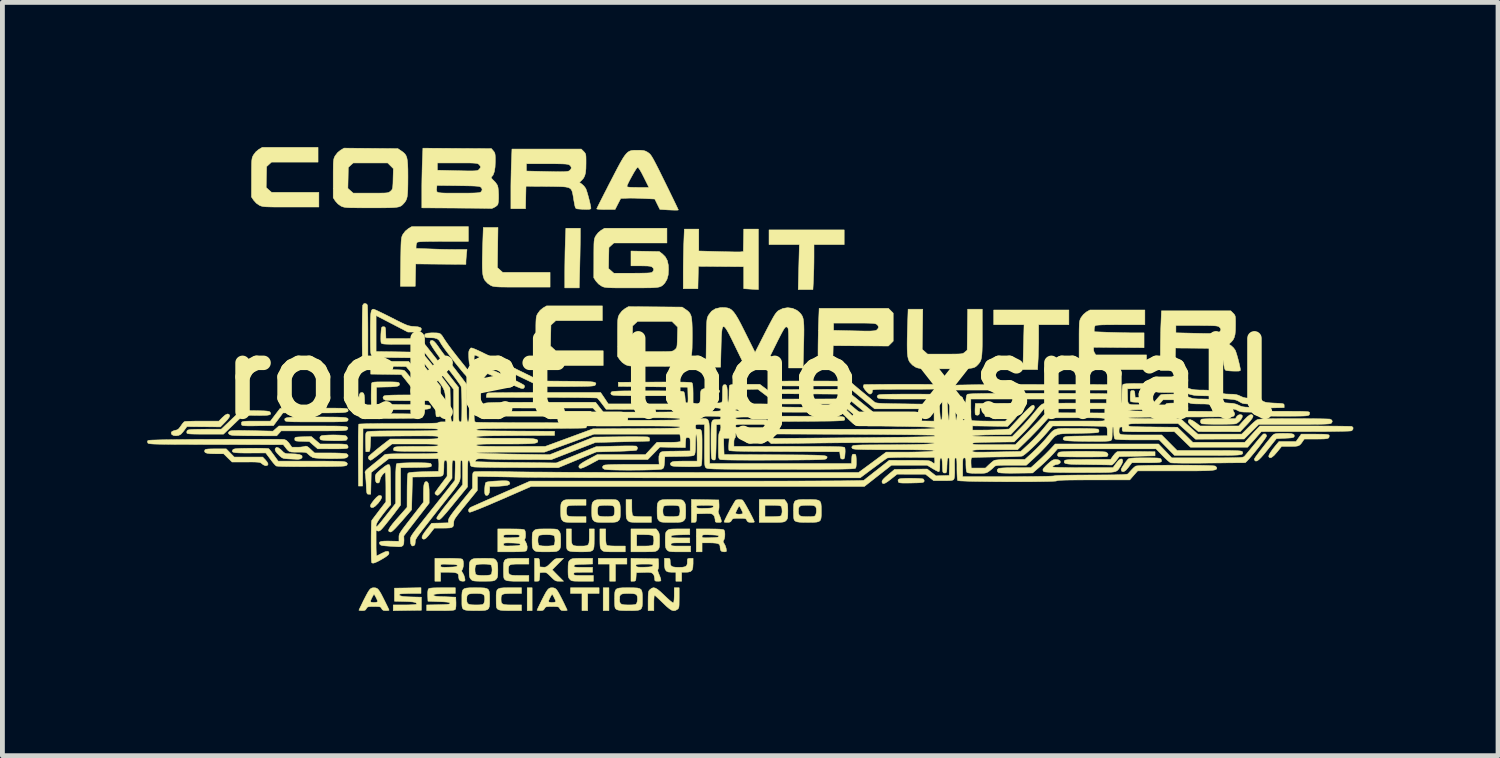
<source format=kicad_pcb>
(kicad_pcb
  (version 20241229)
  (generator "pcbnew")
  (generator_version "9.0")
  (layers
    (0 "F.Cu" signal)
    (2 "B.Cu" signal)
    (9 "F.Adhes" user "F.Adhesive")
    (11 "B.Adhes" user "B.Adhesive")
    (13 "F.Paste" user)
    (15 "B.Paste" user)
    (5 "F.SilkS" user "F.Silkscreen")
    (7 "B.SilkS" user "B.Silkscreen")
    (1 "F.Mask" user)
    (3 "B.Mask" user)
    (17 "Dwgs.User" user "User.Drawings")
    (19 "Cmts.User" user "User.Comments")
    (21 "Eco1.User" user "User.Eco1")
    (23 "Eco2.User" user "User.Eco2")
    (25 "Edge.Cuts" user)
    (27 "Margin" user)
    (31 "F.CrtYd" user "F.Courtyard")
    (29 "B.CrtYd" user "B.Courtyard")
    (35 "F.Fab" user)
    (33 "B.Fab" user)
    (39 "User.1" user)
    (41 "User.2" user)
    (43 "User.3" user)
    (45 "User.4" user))
  (footprint "rocket_logo_xsmall"
    (layer "F.Cu")
    (at 12.5 4.797)
    (property "Reference" "rocket_logo_xsmall" (at 0 0 0) (layer "F.SilkS") (effects (font (size 1.524 1.524) (thickness 0.3))))
    (attr through_hole)
    (fp_poly (pts (xy -4.521 4.809) (xy -4.623 4.809) (xy -4.623 4.335) (xy -4.521 4.335) (xy -4.521 4.809)) (stroke (width 0.01) (type solid)) (fill yes) (layer "F.SilkS"))
    (fp_poly (pts (xy -2.929 4.809) (xy -3.048 4.809) (xy -3.048 4.335) (xy -2.929 4.335) (xy -2.929 4.809)) (stroke (width 0.01) (type solid)) (fill yes) (layer "F.SilkS"))
    (fp_poly (pts (xy -3.133 4.453) (xy -3.37 4.453) (xy -3.37 4.809) (xy -3.488 4.809) (xy -3.488 4.453) (xy -3.725 4.453) (xy -3.725 4.335) (xy -3.133 4.335) (xy -3.133 4.453)) (stroke (width 0.01) (type solid)) (fill yes) (layer "F.SilkS"))
    (fp_poly (pts (xy -2.557 3.844) (xy -2.794 3.844) (xy -2.794 4.199) (xy -2.913 4.199) (xy -2.913 3.844) (xy -3.15 3.844) (xy -3.15 3.725) (xy -2.557 3.725) (xy -2.557 3.844)) (stroke (width 0.01) (type solid)) (fill yes) (layer "F.SilkS"))
    (fp_poly (pts (xy 1.947 -2.777) (xy 1.321 -2.777) (xy 1.321 -2.517) (xy 1.32 -2.404) (xy 1.318 -2.281) (xy 1.314 -2.163) (xy 1.31 -2.063) (xy 1.31 -2.052) (xy 1.299 -1.846) (xy 0.994 -1.846) (xy 1.018 -2.777) (xy 0.389 -2.777) (xy 0.389 -3.082) (xy 1.947 -3.082) (xy 1.947 -2.777)) (stroke (width 0.01) (type solid)) (fill yes) (layer "F.SilkS"))
    (fp_poly (pts (xy 6.604 -1.118) (xy 5.977 -1.118) (xy 5.977 -0.858) (xy 5.977 -0.745) (xy 5.974 -0.622) (xy 5.971 -0.503) (xy 5.967 -0.403) (xy 5.966 -0.392) (xy 5.955 -0.186) (xy 5.651 -0.186) (xy 5.675 -1.118) (xy 5.046 -1.118) (xy 5.046 -1.422) (xy 6.604 -1.422) (xy 6.604 -1.118)) (stroke (width 0.01) (type solid)) (fill yes) (layer "F.SilkS"))
    (fp_poly (pts (xy -7.645 2.432) (xy -7.638 2.461) (xy -7.658 2.508) (xy -7.703 2.571) (xy -7.714 2.585) (xy -7.773 2.644) (xy -7.819 2.673) (xy -7.854 2.671) (xy -7.863 2.664) (xy -7.873 2.643) (xy -7.866 2.613) (xy -7.838 2.57) (xy -7.797 2.516) (xy -7.746 2.46) (xy -7.707 2.429) (xy -7.678 2.421) (xy -7.645 2.432)) (stroke (width 0.01) (type solid)) (fill yes) (layer "F.SilkS"))
    (fp_poly (pts (xy -3.522 -2.942) (xy -3.523 -2.876) (xy -3.524 -2.783) (xy -3.526 -2.671) (xy -3.528 -2.545) (xy -3.531 -2.414) (xy -3.533 -2.324) (xy -3.545 -1.88) (xy -3.844 -1.88) (xy -3.844 -2.216) (xy -3.843 -2.345) (xy -3.841 -2.487) (xy -3.839 -2.63) (xy -3.835 -2.76) (xy -3.833 -2.834) (xy -3.822 -3.116) (xy -3.522 -3.116) (xy -3.522 -2.942)) (stroke (width 0.01) (type solid)) (fill yes) (layer "F.SilkS"))
    (fp_poly (pts (xy 5.11 0.696) (xy 5.171 0.699) (xy 5.215 0.705) (xy 5.23 0.709) (xy 5.246 0.736) (xy 5.247 0.756) (xy 5.24 0.77) (xy 5.225 0.78) (xy 5.193 0.786) (xy 5.14 0.79) (xy 5.062 0.792) (xy 4.987 0.793) (xy 4.926 0.792) (xy 4.884 0.789) (xy 4.872 0.785) (xy 4.86 0.754) (xy 4.869 0.72) (xy 4.887 0.705) (xy 4.919 0.699) (xy 4.974 0.696) (xy 5.04 0.695) (xy 5.11 0.696)) (stroke (width 0.01) (type solid)) (fill yes) (layer "F.SilkS"))
    (fp_poly (pts (xy 8.867 0.51) (xy 8.931 0.515) (xy 8.979 0.523) (xy 8.998 0.53) (xy 9.018 0.56) (xy 9.009 0.591) (xy 8.976 0.614) (xy 8.969 0.616) (xy 8.933 0.621) (xy 8.875 0.623) (xy 8.804 0.624) (xy 8.733 0.623) (xy 8.673 0.62) (xy 8.634 0.615) (xy 8.632 0.615) (xy 8.609 0.595) (xy 8.603 0.561) (xy 8.614 0.529) (xy 8.629 0.518) (xy 8.666 0.511) (xy 8.724 0.508) (xy 8.794 0.507) (xy 8.867 0.51)) (stroke (width 0.01) (type solid)) (fill yes) (layer "F.SilkS"))
    (fp_poly (pts (xy 10.417 0.764) (xy 10.42 0.77) (xy 10.419 0.793) (xy 10.399 0.829) (xy 10.36 0.88) (xy 10.299 0.948) (xy 10.246 1.003) (xy 10.153 1.101) (xy 9.288 1.099) (xy 9.182 1.012) (xy 9.121 0.957) (xy 9.086 0.916) (xy 9.076 0.886) (xy 9.087 0.854) (xy 9.118 0.849) (xy 9.168 0.869) (xy 9.235 0.914) (xy 9.325 0.982) (xy 10.124 0.982) (xy 10.23 0.864) (xy 10.299 0.793) (xy 10.353 0.753) (xy 10.392 0.744) (xy 10.417 0.764)) (stroke (width 0.01) (type solid)) (fill yes) (layer "F.SilkS"))
    (fp_poly (pts (xy -8.55 1.17) (xy -8.474 1.173) (xy -8.416 1.178) (xy -8.383 1.185) (xy -8.381 1.186) (xy -8.355 1.213) (xy -8.35 1.247) (xy -8.368 1.273) (xy -8.375 1.277) (xy -8.407 1.282) (xy -8.464 1.286) (xy -8.536 1.288) (xy -8.618 1.288) (xy -8.702 1.286) (xy -8.78 1.283) (xy -8.845 1.278) (xy -8.889 1.272) (xy -8.904 1.267) (xy -8.923 1.231) (xy -8.909 1.198) (xy -8.891 1.186) (xy -8.862 1.179) (xy -8.807 1.174) (xy -8.734 1.17) (xy -8.648 1.168) (xy -8.636 1.168) (xy -8.55 1.17)) (stroke (width 0.01) (type solid)) (fill yes) (layer "F.SilkS"))
    (fp_poly (pts (xy -2.997 3.273) (xy -2.995 3.36) (xy -2.988 3.42) (xy -2.977 3.45) (xy -2.977 3.451) (xy -2.948 3.462) (xy -2.886 3.468) (xy -2.794 3.471) (xy -2.774 3.471) (xy -2.591 3.471) (xy -2.591 3.59) (xy -2.816 3.59) (xy -2.908 3.59) (xy -2.973 3.588) (xy -3.016 3.584) (xy -3.044 3.577) (xy -3.063 3.566) (xy -3.079 3.551) (xy -3.095 3.531) (xy -3.105 3.507) (xy -3.112 3.472) (xy -3.115 3.42) (xy -3.116 3.342) (xy -3.116 3.314) (xy -3.116 3.116) (xy -2.997 3.116) (xy -2.997 3.273)) (stroke (width 0.01) (type solid)) (fill yes) (layer "F.SilkS"))
    (fp_poly (pts (xy -2.455 2.664) (xy -2.453 2.75) (xy -2.446 2.81) (xy -2.436 2.841) (xy -2.435 2.841) (xy -2.406 2.852) (xy -2.345 2.859) (xy -2.252 2.862) (xy -2.232 2.862) (xy -2.049 2.862) (xy -2.049 2.98) (xy -2.275 2.98) (xy -2.366 2.98) (xy -2.431 2.978) (xy -2.474 2.974) (xy -2.502 2.968) (xy -2.521 2.956) (xy -2.537 2.941) (xy -2.553 2.921) (xy -2.564 2.897) (xy -2.57 2.863) (xy -2.573 2.81) (xy -2.574 2.733) (xy -2.574 2.704) (xy -2.574 2.506) (xy -2.455 2.506) (xy -2.455 2.664)) (stroke (width 0.01) (type solid)) (fill yes) (layer "F.SilkS"))
    (fp_poly (pts (xy 3.411 2.067) (xy 3.488 2.07) (xy 3.548 2.074) (xy 3.582 2.079) (xy 3.587 2.081) (xy 3.604 2.108) (xy 3.604 2.127) (xy 3.599 2.139) (xy 3.587 2.148) (xy 3.562 2.154) (xy 3.519 2.158) (xy 3.454 2.161) (xy 3.36 2.163) (xy 3.34 2.164) (xy 3.239 2.165) (xy 3.167 2.165) (xy 3.119 2.162) (xy 3.09 2.157) (xy 3.075 2.149) (xy 3.071 2.143) (xy 3.063 2.114) (xy 3.067 2.094) (xy 3.087 2.08) (xy 3.127 2.072) (xy 3.191 2.068) (xy 3.283 2.066) (xy 3.323 2.066) (xy 3.411 2.067)) (stroke (width 0.01) (type solid)) (fill yes) (layer "F.SilkS"))
    (fp_poly (pts (xy -7.31 -0.183) (xy -7.242 -0.18) (xy -7.197 -0.176) (xy -7.172 -0.169) (xy -7.167 -0.165) (xy -7.138 -0.136) (xy -7.097 -0.089) (xy -7.05 -0.03) (xy -7.005 0.029) (xy -6.967 0.082) (xy -6.943 0.12) (xy -6.941 0.125) (xy -6.929 0.171) (xy -6.939 0.206) (xy -6.966 0.22) (xy -6.967 0.22) (xy -6.992 0.208) (xy -7.025 0.176) (xy -7.039 0.159) (xy -7.076 0.112) (xy -7.122 0.054) (xy -7.159 0.007) (xy -7.232 -0.084) (xy -7.549 -0.089) (xy -7.866 -0.093) (xy -7.866 -0.178) (xy -7.529 -0.182) (xy -7.404 -0.184) (xy -7.31 -0.183)) (stroke (width 0.01) (type solid)) (fill yes) (layer "F.SilkS"))
    (fp_poly (pts (xy -9.786 1.431) (xy -9.736 1.466) (xy -9.711 1.49) (xy -9.674 1.527) (xy -9.643 1.547) (xy -9.606 1.556) (xy -9.55 1.558) (xy -9.534 1.558) (xy -9.424 1.562) (xy -9.346 1.573) (xy -9.3 1.591) (xy -9.289 1.604) (xy -9.289 1.64) (xy -9.318 1.664) (xy -9.371 1.673) (xy -9.387 1.673) (xy -9.442 1.67) (xy -9.513 1.667) (xy -9.576 1.664) (xy -9.641 1.659) (xy -9.684 1.65) (xy -9.717 1.632) (xy -9.753 1.601) (xy -9.759 1.595) (xy -9.812 1.54) (xy -9.841 1.498) (xy -9.849 1.465) (xy -9.845 1.449) (xy -9.822 1.425) (xy -9.786 1.431)) (stroke (width 0.01) (type solid)) (fill yes) (layer "F.SilkS"))
    (fp_poly (pts (xy 2.254 0.457) (xy 2.547 0.694) (xy 3.112 0.694) (xy 3.276 0.695) (xy 3.409 0.696) (xy 3.514 0.697) (xy 3.595 0.701) (xy 3.655 0.706) (xy 3.696 0.712) (xy 3.722 0.721) (xy 3.737 0.733) (xy 3.742 0.747) (xy 3.742 0.754) (xy 3.74 0.769) (xy 3.73 0.781) (xy 3.709 0.791) (xy 3.675 0.799) (xy 3.624 0.804) (xy 3.554 0.808) (xy 3.46 0.81) (xy 3.341 0.811) (xy 3.192 0.812) (xy 3.096 0.811) (xy 2.515 0.81) (xy 2.214 0.566) (xy 1.914 0.322) (xy 0.635 0.313) (xy 0.635 0.229) (xy 1.96 0.22) (xy 2.254 0.457)) (stroke (width 0.01) (type solid)) (fill yes) (layer "F.SilkS"))
    (fp_poly (pts (xy 7.952 0.249) (xy 7.965 0.267) (xy 7.972 0.308) (xy 7.972 0.318) (xy 7.978 0.389) (xy 8.135 0.389) (xy 8.225 0.392) (xy 8.285 0.401) (xy 8.317 0.417) (xy 8.326 0.441) (xy 8.321 0.464) (xy 8.312 0.475) (xy 8.292 0.483) (xy 8.255 0.488) (xy 8.195 0.49) (xy 8.108 0.491) (xy 8.1 0.491) (xy 8.007 0.49) (xy 7.943 0.487) (xy 7.904 0.482) (xy 7.884 0.473) (xy 7.881 0.468) (xy 7.877 0.439) (xy 7.876 0.389) (xy 7.877 0.345) (xy 7.881 0.29) (xy 7.888 0.26) (xy 7.902 0.248) (xy 7.925 0.246) (xy 7.952 0.249)) (stroke (width 0.01) (type solid)) (fill yes) (layer "F.SilkS"))
    (fp_poly (pts (xy 5.501 0.511) (xy 5.564 0.512) (xy 5.608 0.515) (xy 5.637 0.519) (xy 5.653 0.525) (xy 5.661 0.532) (xy 5.663 0.535) (xy 5.669 0.557) (xy 5.667 0.574) (xy 5.653 0.586) (xy 5.625 0.596) (xy 5.579 0.602) (xy 5.51 0.606) (xy 5.418 0.609) (xy 5.296 0.609) (xy 5.197 0.61) (xy 4.76 0.61) (xy 4.755 0.682) (xy 4.749 0.729) (xy 4.735 0.751) (xy 4.712 0.759) (xy 4.677 0.754) (xy 4.664 0.74) (xy 4.66 0.711) (xy 4.659 0.66) (xy 4.66 0.616) (xy 4.665 0.516) (xy 5.159 0.512) (xy 5.302 0.511) (xy 5.415 0.51) (xy 5.501 0.511)) (stroke (width 0.01) (type solid)) (fill yes) (layer "F.SilkS"))
    (fp_poly (pts (xy -5.235 -2.716) (xy -5.241 -2.3) (xy -5.186 -2.251) (xy -5.13 -2.201) (xy -4.149 -2.201) (xy -4.149 -1.897) (xy -4.729 -1.897) (xy -4.885 -1.897) (xy -5.01 -1.897) (xy -5.11 -1.898) (xy -5.187 -1.899) (xy -5.245 -1.902) (xy -5.288 -1.906) (xy -5.321 -1.911) (xy -5.345 -1.917) (xy -5.366 -1.925) (xy -5.382 -1.933) (xy -5.443 -1.975) (xy -5.494 -2.029) (xy -5.499 -2.035) (xy -5.517 -2.067) (xy -5.531 -2.106) (xy -5.542 -2.154) (xy -5.549 -2.217) (xy -5.553 -2.296) (xy -5.554 -2.397) (xy -5.552 -2.522) (xy -5.548 -2.677) (xy -5.546 -2.751) (xy -5.533 -3.133) (xy -5.229 -3.133) (xy -5.235 -2.716)) (stroke (width 0.01) (type solid)) (fill yes) (layer "F.SilkS"))
    (fp_poly (pts (xy -5.039 2.12) (xy -5.014 2.127) (xy -4.999 2.137) (xy -4.999 2.138) (xy -4.982 2.17) (xy -4.993 2.194) (xy -5.033 2.211) (xy -5.105 2.222) (xy -5.126 2.224) (xy -5.201 2.23) (xy -5.273 2.234) (xy -5.328 2.235) (xy -5.402 2.235) (xy -5.402 2.308) (xy -5.409 2.366) (xy -5.429 2.406) (xy -5.457 2.424) (xy -5.488 2.414) (xy -5.492 2.41) (xy -5.501 2.384) (xy -5.505 2.335) (xy -5.503 2.276) (xy -5.498 2.218) (xy -5.489 2.172) (xy -5.479 2.151) (xy -5.452 2.142) (xy -5.396 2.133) (xy -5.317 2.126) (xy -5.238 2.122) (xy -5.145 2.118) (xy -5.081 2.118) (xy -5.039 2.12)) (stroke (width 0.01) (type solid)) (fill yes) (layer "F.SilkS"))
    (fp_poly (pts (xy 10.186 0.753) (xy 10.2 0.769) (xy 10.196 0.802) (xy 10.173 0.845) (xy 10.136 0.888) (xy 10.093 0.922) (xy 10.058 0.937) (xy 10.024 0.941) (xy 9.964 0.943) (xy 9.885 0.945) (xy 9.793 0.946) (xy 9.695 0.946) (xy 9.598 0.946) (xy 9.509 0.944) (xy 9.435 0.942) (xy 9.382 0.939) (xy 9.36 0.937) (xy 9.337 0.916) (xy 9.331 0.882) (xy 9.342 0.851) (xy 9.357 0.84) (xy 9.382 0.837) (xy 9.434 0.834) (xy 9.51 0.832) (xy 9.602 0.83) (xy 9.706 0.83) (xy 9.719 0.83) (xy 10.055 0.83) (xy 10.082 0.787) (xy 10.114 0.757) (xy 10.153 0.745) (xy 10.186 0.753)) (stroke (width 0.01) (type solid)) (fill yes) (layer "F.SilkS"))
    (fp_poly (pts (xy -6.824 4.453) (xy -7.043 4.453) (xy -7.126 4.455) (xy -7.196 4.458) (xy -7.246 4.462) (xy -7.271 4.468) (xy -7.272 4.468) (xy -7.273 4.488) (xy -7.249 4.504) (xy -7.196 4.515) (xy -7.113 4.522) (xy -7.026 4.525) (xy -6.816 4.53) (xy -6.816 4.801) (xy -7.108 4.805) (xy -7.4 4.81) (xy -7.4 4.691) (xy -7.164 4.691) (xy -7.078 4.69) (xy -7.004 4.687) (xy -6.95 4.683) (xy -6.921 4.677) (xy -6.918 4.676) (xy -6.917 4.656) (xy -6.941 4.64) (xy -6.994 4.629) (xy -7.077 4.622) (xy -7.164 4.619) (xy -7.374 4.614) (xy -7.374 4.343) (xy -7.099 4.339) (xy -6.824 4.334) (xy -6.824 4.453)) (stroke (width 0.01) (type solid)) (fill yes) (layer "F.SilkS"))
    (fp_poly (pts (xy 7.015 1.508) (xy 7.127 1.509) (xy 7.224 1.512) (xy 7.301 1.516) (xy 7.353 1.52) (xy 7.373 1.524) (xy 7.406 1.548) (xy 7.417 1.579) (xy 7.404 1.607) (xy 7.39 1.615) (xy 7.366 1.618) (xy 7.314 1.62) (xy 7.239 1.622) (xy 7.146 1.623) (xy 7.041 1.624) (xy 6.928 1.624) (xy 6.814 1.624) (xy 6.703 1.623) (xy 6.601 1.622) (xy 6.513 1.621) (xy 6.444 1.619) (xy 6.401 1.616) (xy 6.388 1.614) (xy 6.368 1.592) (xy 6.371 1.561) (xy 6.394 1.532) (xy 6.41 1.524) (xy 6.439 1.519) (xy 6.497 1.515) (xy 6.578 1.512) (xy 6.679 1.509) (xy 6.794 1.507) (xy 6.892 1.507) (xy 7.015 1.508)) (stroke (width 0.01) (type solid)) (fill yes) (layer "F.SilkS"))
    (fp_poly (pts (xy -10.778 1.541) (xy -10.695 1.626) (xy -10.105 1.626) (xy -10.047 1.687) (xy -10.014 1.728) (xy -9.996 1.763) (xy -9.994 1.776) (xy -10.012 1.801) (xy -10.048 1.805) (xy -10.091 1.787) (xy -10.114 1.77) (xy -10.132 1.755) (xy -10.151 1.744) (xy -10.176 1.736) (xy -10.213 1.732) (xy -10.266 1.729) (xy -10.343 1.728) (xy -10.447 1.729) (xy -10.451 1.729) (xy -10.741 1.729) (xy -10.828 1.644) (xy -10.915 1.558) (xy -11.094 1.558) (xy -11.19 1.556) (xy -11.256 1.548) (xy -11.295 1.534) (xy -11.31 1.512) (xy -11.305 1.482) (xy -11.296 1.471) (xy -11.273 1.464) (xy -11.231 1.459) (xy -11.166 1.457) (xy -11.079 1.456) (xy -10.861 1.456) (xy -10.778 1.541)) (stroke (width 0.01) (type solid)) (fill yes) (layer "F.SilkS"))
    (fp_poly (pts (xy -8.917 1.355) (xy -8.643 1.355) (xy -8.537 1.355) (xy -8.459 1.357) (xy -8.406 1.361) (xy -8.372 1.367) (xy -8.353 1.375) (xy -8.348 1.38) (xy -8.335 1.413) (xy -8.337 1.431) (xy -8.345 1.44) (xy -8.365 1.447) (xy -8.4 1.451) (xy -8.455 1.454) (xy -8.534 1.456) (xy -8.642 1.456) (xy -8.657 1.456) (xy -8.966 1.455) (xy -9.053 1.38) (xy -9.139 1.305) (xy -9.29 1.3) (xy -9.361 1.298) (xy -9.406 1.294) (xy -9.429 1.287) (xy -9.439 1.275) (xy -9.44 1.255) (xy -9.44 1.253) (xy -9.439 1.234) (xy -9.432 1.221) (xy -9.412 1.214) (xy -9.373 1.21) (xy -9.31 1.207) (xy -9.269 1.206) (xy -9.097 1.201) (xy -8.917 1.355)) (stroke (width 0.01) (type solid)) (fill yes) (layer "F.SilkS"))
    (fp_poly (pts (xy 8.294 1.643) (xy 8.377 1.644) (xy 8.435 1.646) (xy 8.473 1.65) (xy 8.497 1.656) (xy 8.51 1.665) (xy 8.515 1.672) (xy 8.525 1.697) (xy 8.525 1.715) (xy 8.511 1.728) (xy 8.48 1.736) (xy 8.426 1.741) (xy 8.348 1.743) (xy 8.24 1.744) (xy 8.212 1.744) (xy 7.909 1.744) (xy 7.839 1.837) (xy 7.785 1.899) (xy 7.742 1.928) (xy 7.707 1.926) (xy 7.699 1.919) (xy 7.688 1.893) (xy 7.688 1.885) (xy 7.697 1.86) (xy 7.722 1.817) (xy 7.755 1.767) (xy 7.791 1.717) (xy 7.823 1.678) (xy 7.838 1.664) (xy 7.86 1.655) (xy 7.904 1.649) (xy 7.973 1.645) (xy 8.071 1.643) (xy 8.181 1.643) (xy 8.294 1.643)) (stroke (width 0.01) (type solid)) (fill yes) (layer "F.SilkS"))
    (fp_poly (pts (xy 11.149 1.136) (xy 11.213 1.141) (xy 11.253 1.151) (xy 11.272 1.166) (xy 11.276 1.189) (xy 11.275 1.196) (xy 11.269 1.21) (xy 11.252 1.22) (xy 11.22 1.227) (xy 11.166 1.232) (xy 11.087 1.236) (xy 10.905 1.245) (xy 10.723 1.473) (xy 10.646 1.568) (xy 10.586 1.636) (xy 10.54 1.681) (xy 10.505 1.705) (xy 10.478 1.71) (xy 10.46 1.7) (xy 10.448 1.673) (xy 10.448 1.668) (xy 10.458 1.649) (xy 10.485 1.608) (xy 10.526 1.553) (xy 10.576 1.486) (xy 10.632 1.415) (xy 10.688 1.343) (xy 10.742 1.277) (xy 10.788 1.221) (xy 10.823 1.181) (xy 10.84 1.164) (xy 10.862 1.15) (xy 10.895 1.142) (xy 10.945 1.137) (xy 11.02 1.135) (xy 11.055 1.135) (xy 11.149 1.136)) (stroke (width 0.01) (type solid)) (fill yes) (layer "F.SilkS"))
    (fp_poly (pts (xy -10.263 0.665) (xy -10.155 0.667) (xy -10.076 0.669) (xy -10.021 0.673) (xy -9.985 0.678) (xy -9.964 0.685) (xy -9.952 0.695) (xy -9.951 0.698) (xy -9.94 0.722) (xy -9.944 0.739) (xy -9.966 0.751) (xy -10.01 0.759) (xy -10.079 0.763) (xy -10.177 0.764) (xy -10.241 0.763) (xy -10.51 0.76) (xy -10.714 0.956) (xy -10.918 1.151) (xy -11.293 1.151) (xy -11.418 1.151) (xy -11.512 1.15) (xy -11.581 1.148) (xy -11.628 1.145) (xy -11.657 1.14) (xy -11.673 1.133) (xy -11.678 1.126) (xy -11.677 1.092) (xy -11.667 1.075) (xy -11.654 1.066) (xy -11.63 1.06) (xy -11.589 1.055) (xy -11.529 1.052) (xy -11.444 1.05) (xy -11.33 1.049) (xy -11.305 1.049) (xy -10.964 1.048) (xy -10.558 0.661) (xy -10.263 0.665)) (stroke (width 0.01) (type solid)) (fill yes) (layer "F.SilkS"))
    (fp_poly (pts (xy -4.741 4.453) (xy -4.935 4.453) (xy -5.028 4.455) (xy -5.091 4.46) (xy -5.131 4.471) (xy -5.153 4.492) (xy -5.163 4.525) (xy -5.165 4.572) (xy -5.163 4.62) (xy -5.153 4.652) (xy -5.13 4.673) (xy -5.09 4.685) (xy -5.026 4.69) (xy -4.935 4.691) (xy -4.741 4.691) (xy -4.741 4.809) (xy -4.966 4.809) (xy -5.065 4.808) (xy -5.136 4.805) (xy -5.184 4.799) (xy -5.216 4.79) (xy -5.229 4.783) (xy -5.245 4.769) (xy -5.256 4.75) (xy -5.262 4.719) (xy -5.265 4.671) (xy -5.266 4.597) (xy -5.266 4.572) (xy -5.266 4.487) (xy -5.261 4.426) (xy -5.248 4.383) (xy -5.221 4.357) (xy -5.176 4.342) (xy -5.109 4.336) (xy -5.014 4.335) (xy -4.966 4.335) (xy -4.741 4.335) (xy -4.741 4.453)) (stroke (width 0.01) (type solid)) (fill yes) (layer "F.SilkS"))
    (fp_poly (pts (xy -4.589 3.844) (xy -4.783 3.844) (xy -4.875 3.845) (xy -4.939 3.85) (xy -4.979 3.862) (xy -5.001 3.883) (xy -5.01 3.916) (xy -5.012 3.962) (xy -5.01 4.01) (xy -5.001 4.043) (xy -4.978 4.064) (xy -4.937 4.075) (xy -4.873 4.08) (xy -4.783 4.081) (xy -4.589 4.081) (xy -4.589 4.199) (xy -4.814 4.199) (xy -4.913 4.199) (xy -4.983 4.195) (xy -5.032 4.19) (xy -5.063 4.18) (xy -5.076 4.173) (xy -5.093 4.159) (xy -5.104 4.14) (xy -5.11 4.11) (xy -5.113 4.061) (xy -5.114 3.987) (xy -5.114 3.962) (xy -5.113 3.878) (xy -5.109 3.816) (xy -5.095 3.774) (xy -5.069 3.747) (xy -5.024 3.733) (xy -4.957 3.727) (xy -4.862 3.725) (xy -4.814 3.725) (xy -4.589 3.725) (xy -4.589 3.844)) (stroke (width 0.01) (type solid)) (fill yes) (layer "F.SilkS"))
    (fp_poly (pts (xy -1.682 3.727) (xy -1.665 3.738) (xy -1.66 3.768) (xy -1.659 3.801) (xy -1.655 3.851) (xy -1.638 3.883) (xy -1.603 3.902) (xy -1.545 3.91) (xy -1.482 3.912) (xy -1.401 3.909) (xy -1.349 3.898) (xy -1.319 3.877) (xy -1.306 3.84) (xy -1.304 3.801) (xy -1.303 3.754) (xy -1.294 3.732) (xy -1.27 3.726) (xy -1.245 3.725) (xy -1.185 3.725) (xy -1.185 3.832) (xy -1.19 3.913) (xy -1.205 3.967) (xy -1.237 3.998) (xy -1.288 4.011) (xy -1.33 4.013) (xy -1.422 4.013) (xy -1.422 4.199) (xy -1.541 4.199) (xy -1.541 4.013) (xy -1.633 4.013) (xy -1.698 4.008) (xy -1.741 3.988) (xy -1.766 3.949) (xy -1.777 3.885) (xy -1.778 3.832) (xy -1.778 3.725) (xy -1.719 3.725) (xy -1.682 3.727)) (stroke (width 0.01) (type solid)) (fill yes) (layer "F.SilkS"))
    (fp_poly (pts (xy 11.812 1.152) (xy 11.889 1.153) (xy 11.943 1.157) (xy 11.976 1.162) (xy 11.993 1.169) (xy 12 1.177) (xy 11.998 1.21) (xy 11.989 1.228) (xy 11.973 1.238) (xy 11.945 1.245) (xy 11.897 1.25) (xy 11.826 1.252) (xy 11.726 1.253) (xy 11.483 1.253) (xy 11.445 1.308) (xy 11.415 1.35) (xy 11.386 1.378) (xy 11.351 1.395) (xy 11.301 1.403) (xy 11.23 1.405) (xy 11.185 1.405) (xy 11.014 1.405) (xy 10.917 1.524) (xy 10.855 1.594) (xy 10.806 1.633) (xy 10.771 1.642) (xy 10.748 1.621) (xy 10.747 1.618) (xy 10.751 1.586) (xy 10.78 1.533) (xy 10.832 1.459) (xy 10.892 1.384) (xy 10.959 1.304) (xy 11.312 1.304) (xy 11.366 1.228) (xy 11.42 1.151) (xy 11.705 1.151) (xy 11.812 1.152)) (stroke (width 0.01) (type solid)) (fill yes) (layer "F.SilkS"))
    (fp_poly (pts (xy -10.805 0.739) (xy -10.789 0.768) (xy -10.799 0.8) (xy -10.835 0.85) (xy -10.882 0.9) (xy -10.981 1.001) (xy -11.328 0.998) (xy -11.676 0.995) (xy -11.723 1.06) (xy -11.759 1.107) (xy -11.794 1.146) (xy -11.805 1.156) (xy -11.848 1.177) (xy -11.902 1.185) (xy -11.953 1.179) (xy -11.988 1.16) (xy -11.989 1.16) (xy -12.003 1.125) (xy -11.986 1.096) (xy -11.939 1.077) (xy -11.922 1.073) (xy -11.879 1.062) (xy -11.846 1.04) (xy -11.813 0.998) (xy -11.802 0.982) (xy -11.769 0.935) (xy -11.739 0.901) (xy -11.724 0.891) (xy -11.7 0.887) (xy -11.647 0.885) (xy -11.572 0.883) (xy -11.479 0.881) (xy -11.375 0.881) (xy -11.356 0.881) (xy -11.014 0.881) (xy -10.938 0.804) (xy -10.882 0.755) (xy -10.837 0.733) (xy -10.805 0.739)) (stroke (width 0.01) (type solid)) (fill yes) (layer "F.SilkS"))
    (fp_poly (pts (xy -1.067 -2.645) (xy -0.656 -2.633) (xy -0.539 -2.63) (xy -0.43 -2.628) (xy -0.336 -2.626) (xy -0.261 -2.626) (xy -0.211 -2.626) (xy -0.195 -2.627) (xy -0.144 -2.633) (xy -0.139 -2.866) (xy -0.135 -3.099) (xy 0.169 -3.099) (xy 0.169 -1.846) (xy 0.106 -1.849) (xy 0.05 -1.852) (xy -0.018 -1.856) (xy -0.047 -1.858) (xy -0.135 -1.864) (xy -0.135 -2.32) (xy -0.55 -2.323) (xy -0.669 -2.324) (xy -0.778 -2.325) (xy -0.874 -2.326) (xy -0.951 -2.327) (xy -1.002 -2.327) (xy -1.02 -2.327) (xy -1.075 -2.328) (xy -1.08 -2.095) (xy -1.085 -1.863) (xy -1.389 -1.863) (xy -1.389 -2.199) (xy -1.388 -2.328) (xy -1.386 -2.471) (xy -1.383 -2.613) (xy -1.38 -2.743) (xy -1.377 -2.817) (xy -1.366 -3.099) (xy -1.067 -3.099) (xy -1.067 -2.645)) (stroke (width 0.01) (type solid)) (fill yes) (layer "F.SilkS"))
    (fp_poly (pts (xy -3.708 3.261) (xy -3.707 3.348) (xy -3.701 3.407) (xy -3.684 3.444) (xy -3.652 3.463) (xy -3.6 3.47) (xy -3.523 3.471) (xy -3.522 3.471) (xy -3.445 3.47) (xy -3.393 3.463) (xy -3.36 3.444) (xy -3.343 3.408) (xy -3.337 3.349) (xy -3.336 3.262) (xy -3.336 3.261) (xy -3.336 3.116) (xy -3.234 3.116) (xy -3.234 3.326) (xy -3.235 3.422) (xy -3.239 3.492) (xy -3.252 3.539) (xy -3.278 3.568) (xy -3.323 3.583) (xy -3.39 3.589) (xy -3.485 3.59) (xy -3.522 3.59) (xy -3.619 3.589) (xy -3.687 3.585) (xy -3.734 3.579) (xy -3.764 3.569) (xy -3.772 3.564) (xy -3.788 3.55) (xy -3.799 3.533) (xy -3.805 3.505) (xy -3.809 3.461) (xy -3.81 3.393) (xy -3.81 3.326) (xy -3.81 3.116) (xy -3.708 3.116) (xy -3.708 3.261)) (stroke (width 0.01) (type solid)) (fill yes) (layer "F.SilkS"))
    (fp_poly (pts (xy -3.065 -1.202) (xy -4.03 -1.202) (xy -4.131 -1.109) (xy -4.136 -0.892) (xy -4.14 -0.675) (xy -4.085 -0.625) (xy -4.03 -0.576) (xy -3.048 -0.576) (xy -3.048 -0.271) (xy -3.628 -0.271) (xy -3.784 -0.271) (xy -3.91 -0.271) (xy -4.009 -0.272) (xy -4.086 -0.274) (xy -4.144 -0.276) (xy -4.188 -0.28) (xy -4.22 -0.285) (xy -4.245 -0.292) (xy -4.266 -0.3) (xy -4.281 -0.307) (xy -4.347 -0.352) (xy -4.4 -0.412) (xy -4.4 -0.412) (xy -4.445 -0.48) (xy -4.445 -0.879) (xy -4.444 -1.006) (xy -4.444 -1.103) (xy -4.442 -1.176) (xy -4.439 -1.23) (xy -4.435 -1.269) (xy -4.428 -1.298) (xy -4.419 -1.322) (xy -4.406 -1.345) (xy -4.402 -1.352) (xy -4.355 -1.415) (xy -4.295 -1.464) (xy -4.291 -1.466) (xy -4.222 -1.507) (xy -3.065 -1.507) (xy -3.065 -1.202)) (stroke (width 0.01) (type solid)) (fill yes) (layer "F.SilkS"))
    (fp_poly (pts (xy -8.958 -4.487) (xy -9.922 -4.487) (xy -9.973 -4.441) (xy -10.024 -4.394) (xy -10.029 -4.177) (xy -10.033 -3.96) (xy -9.978 -3.91) (xy -9.922 -3.861) (xy -8.941 -3.861) (xy -8.941 -3.556) (xy -9.521 -3.556) (xy -9.677 -3.556) (xy -9.802 -3.556) (xy -9.902 -3.557) (xy -9.979 -3.559) (xy -10.037 -3.561) (xy -10.081 -3.565) (xy -10.113 -3.57) (xy -10.137 -3.577) (xy -10.159 -3.585) (xy -10.174 -3.592) (xy -10.239 -3.637) (xy -10.292 -3.697) (xy -10.293 -3.697) (xy -10.338 -3.765) (xy -10.337 -4.164) (xy -10.337 -4.291) (xy -10.336 -4.388) (xy -10.335 -4.462) (xy -10.332 -4.515) (xy -10.327 -4.554) (xy -10.321 -4.583) (xy -10.311 -4.607) (xy -10.299 -4.631) (xy -10.295 -4.637) (xy -10.247 -4.7) (xy -10.187 -4.75) (xy -10.184 -4.751) (xy -10.115 -4.792) (xy -8.958 -4.792) (xy -8.958 -4.487)) (stroke (width 0.01) (type solid)) (fill yes) (layer "F.SilkS"))
    (fp_poly (pts (xy -4.391 3.727) (xy -4.376 3.739) (xy -4.369 3.769) (xy -4.365 3.814) (xy -4.36 3.903) (xy -4.293 3.908) (xy -4.256 3.909) (xy -4.226 3.9) (xy -4.195 3.879) (xy -4.152 3.839) (xy -4.132 3.819) (xy -4.084 3.772) (xy -4.049 3.744) (xy -4.018 3.73) (xy -3.98 3.726) (xy -3.955 3.725) (xy -3.87 3.725) (xy -4.105 3.962) (xy -3.988 4.081) (xy -3.87 4.199) (xy -3.955 4.199) (xy -4 4.198) (xy -4.033 4.19) (xy -4.065 4.17) (xy -4.105 4.133) (xy -4.132 4.106) (xy -4.181 4.058) (xy -4.216 4.03) (xy -4.245 4.018) (xy -4.278 4.016) (xy -4.293 4.017) (xy -4.36 4.022) (xy -4.365 4.111) (xy -4.37 4.162) (xy -4.378 4.189) (xy -4.395 4.198) (xy -4.42 4.199) (xy -4.47 4.199) (xy -4.47 3.725) (xy -4.42 3.725) (xy -4.391 3.727)) (stroke (width 0.01) (type solid)) (fill yes) (layer "F.SilkS"))
    (fp_poly (pts (xy -1.915 3.16) (xy -1.897 3.187) (xy -1.887 3.22) (xy -1.881 3.268) (xy -1.88 3.339) (xy -1.88 3.361) (xy -1.88 3.436) (xy -1.884 3.485) (xy -1.892 3.517) (xy -1.906 3.539) (xy -1.919 3.553) (xy -1.936 3.567) (xy -1.956 3.577) (xy -1.986 3.584) (xy -2.03 3.588) (xy -2.094 3.589) (xy -2.185 3.59) (xy -2.215 3.59) (xy -2.472 3.59) (xy -2.472 3.234) (xy -2.354 3.234) (xy -2.354 3.471) (xy -2.196 3.471) (xy -2.11 3.469) (xy -2.049 3.462) (xy -2.019 3.452) (xy -2.018 3.451) (xy -2.006 3.423) (xy -1.999 3.375) (xy -1.998 3.353) (xy -2.002 3.301) (xy -2.013 3.263) (xy -2.018 3.255) (xy -2.047 3.244) (xy -2.106 3.237) (xy -2.192 3.234) (xy -2.196 3.234) (xy -2.354 3.234) (xy -2.472 3.234) (xy -2.472 3.116) (xy -1.95 3.116) (xy -1.915 3.16)) (stroke (width 0.01) (type solid)) (fill yes) (layer "F.SilkS"))
    (fp_poly (pts (xy 0.744 2.551) (xy 0.761 2.578) (xy 0.772 2.611) (xy 0.777 2.659) (xy 0.779 2.73) (xy 0.779 2.751) (xy 0.778 2.826) (xy 0.775 2.876) (xy 0.767 2.907) (xy 0.753 2.93) (xy 0.74 2.943) (xy 0.723 2.958) (xy 0.702 2.968) (xy 0.673 2.974) (xy 0.629 2.978) (xy 0.564 2.98) (xy 0.473 2.98) (xy 0.443 2.98) (xy 0.186 2.98) (xy 0.186 2.625) (xy 0.305 2.625) (xy 0.305 2.862) (xy 0.462 2.862) (xy 0.549 2.859) (xy 0.609 2.853) (xy 0.639 2.842) (xy 0.64 2.841) (xy 0.652 2.813) (xy 0.66 2.765) (xy 0.66 2.743) (xy 0.656 2.692) (xy 0.646 2.654) (xy 0.64 2.645) (xy 0.611 2.634) (xy 0.552 2.627) (xy 0.467 2.625) (xy 0.462 2.625) (xy 0.305 2.625) (xy 0.186 2.625) (xy 0.186 2.506) (xy 0.709 2.506) (xy 0.744 2.551)) (stroke (width 0.01) (type solid)) (fill yes) (layer "F.SilkS"))
    (fp_poly (pts (xy -8.822 0.796) (xy -8.684 0.797) (xy -8.574 0.798) (xy -8.488 0.801) (xy -8.425 0.805) (xy -8.381 0.811) (xy -8.353 0.819) (xy -8.339 0.829) (xy -8.334 0.843) (xy -8.337 0.859) (xy -8.341 0.87) (xy -8.347 0.877) (xy -8.359 0.883) (xy -8.381 0.887) (xy -8.417 0.891) (xy -8.469 0.894) (xy -8.54 0.895) (xy -8.635 0.897) (xy -8.755 0.897) (xy -8.905 0.897) (xy -8.992 0.897) (xy -9.157 0.897) (xy -9.291 0.897) (xy -9.398 0.896) (xy -9.481 0.895) (xy -9.542 0.892) (xy -9.586 0.889) (xy -9.615 0.885) (xy -9.632 0.88) (xy -9.64 0.874) (xy -9.642 0.87) (xy -9.648 0.851) (xy -9.648 0.836) (xy -9.64 0.824) (xy -9.62 0.815) (xy -9.585 0.808) (xy -9.533 0.803) (xy -9.46 0.799) (xy -9.364 0.797) (xy -9.242 0.796) (xy -9.091 0.796) (xy -8.992 0.796) (xy -8.822 0.796)) (stroke (width 0.01) (type solid)) (fill yes) (layer "F.SilkS"))
    (fp_poly (pts (xy -3.404 2.625) (xy -3.586 2.625) (xy -3.684 2.627) (xy -3.752 2.633) (xy -3.787 2.643) (xy -3.79 2.645) (xy -3.802 2.673) (xy -3.809 2.721) (xy -3.81 2.743) (xy -3.806 2.795) (xy -3.795 2.833) (xy -3.79 2.841) (xy -3.761 2.852) (xy -3.699 2.859) (xy -3.607 2.862) (xy -3.586 2.862) (xy -3.404 2.862) (xy -3.404 2.98) (xy -3.629 2.98) (xy -3.721 2.98) (xy -3.785 2.978) (xy -3.828 2.974) (xy -3.856 2.968) (xy -3.876 2.956) (xy -3.892 2.941) (xy -3.909 2.919) (xy -3.92 2.891) (xy -3.926 2.851) (xy -3.928 2.789) (xy -3.929 2.741) (xy -3.928 2.664) (xy -3.925 2.614) (xy -3.917 2.581) (xy -3.904 2.559) (xy -3.889 2.543) (xy -3.871 2.528) (xy -3.849 2.518) (xy -3.817 2.511) (xy -3.768 2.508) (xy -3.697 2.506) (xy -3.627 2.506) (xy -3.404 2.506) (xy -3.404 2.625)) (stroke (width 0.01) (type solid)) (fill yes) (layer "F.SilkS"))
    (fp_poly (pts (xy -6.503 -0.947) (xy -6.453 -0.941) (xy -6.418 -0.924) (xy -6.389 -0.892) (xy -6.356 -0.841) (xy -6.35 -0.831) (xy -6.31 -0.77) (xy -6.251 -0.687) (xy -6.176 -0.586) (xy -6.086 -0.47) (xy -5.986 -0.344) (xy -5.929 -0.273) (xy -5.857 -0.181) (xy -5.808 -0.113) (xy -5.782 -0.066) (xy -5.778 -0.044) (xy -5.793 -0.012) (xy -5.822 -0.008) (xy -5.863 -0.032) (xy -5.886 -0.055) (xy -5.932 -0.105) (xy -5.989 -0.173) (xy -6.054 -0.253) (xy -6.124 -0.34) (xy -6.194 -0.43) (xy -6.26 -0.517) (xy -6.32 -0.596) (xy -6.368 -0.663) (xy -6.402 -0.713) (xy -6.416 -0.737) (xy -6.449 -0.793) (xy -6.491 -0.827) (xy -6.551 -0.843) (xy -6.62 -0.847) (xy -6.685 -0.848) (xy -6.724 -0.855) (xy -6.743 -0.867) (xy -6.746 -0.874) (xy -6.75 -0.907) (xy -6.731 -0.929) (xy -6.685 -0.942) (xy -6.61 -0.948) (xy -6.578 -0.948) (xy -6.503 -0.947)) (stroke (width 0.01) (type solid)) (fill yes) (layer "F.SilkS"))
    (fp_poly (pts (xy 7.973 1.51) (xy 8.018 1.511) (xy 8.39 1.516) (xy 8.39 1.6) (xy 7.646 1.617) (xy 7.58 1.706) (xy 7.539 1.754) (xy 7.505 1.784) (xy 7.486 1.791) (xy 7.463 1.79) (xy 7.41 1.788) (xy 7.333 1.787) (xy 7.236 1.785) (xy 7.124 1.784) (xy 7.001 1.782) (xy 7 1.782) (xy 6.854 1.78) (xy 6.739 1.778) (xy 6.652 1.775) (xy 6.588 1.77) (xy 6.545 1.762) (xy 6.519 1.752) (xy 6.508 1.739) (xy 6.507 1.723) (xy 6.512 1.704) (xy 6.519 1.696) (xy 6.532 1.689) (xy 6.558 1.685) (xy 6.598 1.681) (xy 6.657 1.679) (xy 6.739 1.677) (xy 6.846 1.677) (xy 6.984 1.676) (xy 6.996 1.676) (xy 7.468 1.676) (xy 7.522 1.6) (xy 7.559 1.555) (xy 7.594 1.523) (xy 7.611 1.514) (xy 7.638 1.512) (xy 7.693 1.511) (xy 7.77 1.51) (xy 7.866 1.51) (xy 7.973 1.51)) (stroke (width 0.01) (type solid)) (fill yes) (layer "F.SilkS"))
    (fp_poly (pts (xy -5.842 -2.845) (xy -6.364 -2.845) (xy -6.524 -2.844) (xy -6.652 -2.843) (xy -6.752 -2.841) (xy -6.824 -2.838) (xy -6.873 -2.833) (xy -6.899 -2.828) (xy -6.905 -2.824) (xy -6.92 -2.794) (xy -6.926 -2.751) (xy -6.926 -2.698) (xy -6.618 -2.687) (xy -6.499 -2.683) (xy -6.371 -2.679) (xy -6.247 -2.677) (xy -6.139 -2.676) (xy -6.091 -2.675) (xy -5.871 -2.675) (xy -5.882 -2.571) (xy -5.888 -2.506) (xy -5.892 -2.448) (xy -5.893 -2.418) (xy -5.893 -2.368) (xy -6.413 -2.372) (xy -6.934 -2.377) (xy -6.944 -1.913) (xy -7.251 -1.913) (xy -7.245 -2.417) (xy -7.243 -2.561) (xy -7.241 -2.675) (xy -7.239 -2.764) (xy -7.236 -2.831) (xy -7.232 -2.88) (xy -7.227 -2.917) (xy -7.22 -2.944) (xy -7.212 -2.966) (xy -7.201 -2.987) (xy -7.196 -2.995) (xy -7.148 -3.058) (xy -7.088 -3.107) (xy -7.085 -3.109) (xy -7.016 -3.15) (xy -5.842 -3.15) (xy -5.842 -2.845)) (stroke (width 0.01) (type solid)) (fill yes) (layer "F.SilkS"))
    (fp_poly (pts (xy -8.619 0.612) (xy -8.53 0.613) (xy -8.462 0.614) (xy -8.413 0.617) (xy -8.379 0.62) (xy -8.358 0.624) (xy -8.346 0.63) (xy -8.341 0.637) (xy -8.341 0.637) (xy -8.335 0.655) (xy -8.335 0.67) (xy -8.343 0.682) (xy -8.362 0.691) (xy -8.395 0.698) (xy -8.444 0.704) (xy -8.514 0.707) (xy -8.606 0.709) (xy -8.724 0.711) (xy -8.87 0.711) (xy -9.027 0.711) (xy -9.685 0.711) (xy -9.783 0.842) (xy -9.882 0.974) (xy -10.208 0.978) (xy -10.322 0.98) (xy -10.407 0.98) (xy -10.468 0.978) (xy -10.507 0.975) (xy -10.53 0.969) (xy -10.541 0.961) (xy -10.543 0.957) (xy -10.546 0.919) (xy -10.543 0.906) (xy -10.535 0.897) (xy -10.515 0.89) (xy -10.478 0.885) (xy -10.421 0.882) (xy -10.338 0.881) (xy -10.239 0.881) (xy -9.945 0.881) (xy -9.845 0.749) (xy -9.744 0.618) (xy -9.048 0.614) (xy -8.875 0.613) (xy -8.733 0.612) (xy -8.619 0.612)) (stroke (width 0.01) (type solid)) (fill yes) (layer "F.SilkS"))
    (fp_poly (pts (xy 2.914 -1.407) (xy 2.963 -1.357) (xy 2.963 -0.776) (xy 2.913 -0.726) (xy 2.862 -0.675) (xy 2.29 -0.679) (xy 1.719 -0.683) (xy 1.709 -0.22) (xy 1.405 -0.22) (xy 1.405 -0.556) (xy 1.406 -0.686) (xy 1.408 -0.828) (xy 1.411 -0.971) (xy 1.414 -1.101) (xy 1.416 -1.151) (xy 1.727 -1.151) (xy 1.727 -1) (xy 1.935 -0.995) (xy 2.101 -0.991) (xy 2.237 -0.988) (xy 2.345 -0.986) (xy 2.43 -0.985) (xy 2.495 -0.986) (xy 2.542 -0.989) (xy 2.575 -0.992) (xy 2.598 -0.998) (xy 2.615 -1.004) (xy 2.621 -1.008) (xy 2.649 -1.039) (xy 2.659 -1.067) (xy 2.646 -1.1) (xy 2.621 -1.125) (xy 2.604 -1.133) (xy 2.579 -1.14) (xy 2.54 -1.145) (xy 2.484 -1.148) (xy 2.407 -1.15) (xy 2.305 -1.151) (xy 2.173 -1.151) (xy 2.155 -1.151) (xy 1.727 -1.151) (xy 1.416 -1.151) (xy 1.417 -1.174) (xy 1.428 -1.456) (xy 2.864 -1.456) (xy 2.914 -1.407)) (stroke (width 0.01) (type solid)) (fill yes) (layer "F.SilkS"))
    (fp_poly (pts (xy -6.69 2.143) (xy -6.673 2.172) (xy -6.662 2.225) (xy -6.656 2.305) (xy -6.655 2.391) (xy -6.655 2.582) (xy -6.918 2.921) (xy -7.18 3.26) (xy -7.177 3.348) (xy -7.181 3.419) (xy -7.199 3.462) (xy -7.234 3.482) (xy -7.279 3.485) (xy -7.324 3.483) (xy -7.391 3.479) (xy -7.468 3.474) (xy -7.5 3.472) (xy -7.579 3.466) (xy -7.631 3.459) (xy -7.662 3.448) (xy -7.677 3.434) (xy -7.688 3.406) (xy -7.679 3.387) (xy -7.646 3.374) (xy -7.586 3.368) (xy -7.497 3.367) (xy -7.468 3.368) (xy -7.281 3.372) (xy -7.281 3.298) (xy -7.281 3.274) (xy -7.279 3.252) (xy -7.274 3.23) (xy -7.262 3.204) (xy -7.241 3.171) (xy -7.21 3.126) (xy -7.166 3.067) (xy -7.106 2.989) (xy -7.029 2.89) (xy -6.999 2.851) (xy -6.773 2.561) (xy -6.773 2.38) (xy -6.771 2.277) (xy -6.764 2.205) (xy -6.75 2.159) (xy -6.73 2.137) (xy -6.714 2.134) (xy -6.69 2.143)) (stroke (width 0.01) (type solid)) (fill yes) (layer "F.SilkS"))
    (fp_poly (pts (xy -8.029 0.292) (xy -8.013 0.307) (xy -8.002 0.338) (xy -7.996 0.389) (xy -7.993 0.466) (xy -7.993 0.546) (xy -7.993 0.728) (xy -7.413 0.728) (xy -7.275 0.729) (xy -7.148 0.73) (xy -7.035 0.732) (xy -6.941 0.734) (xy -6.869 0.737) (xy -6.824 0.74) (xy -6.81 0.743) (xy -6.793 0.77) (xy -6.793 0.789) (xy -6.796 0.798) (xy -6.804 0.804) (xy -6.819 0.81) (xy -6.845 0.814) (xy -6.886 0.817) (xy -6.943 0.82) (xy -7.022 0.822) (xy -7.124 0.823) (xy -7.253 0.824) (xy -7.413 0.826) (xy -7.437 0.826) (xy -7.601 0.827) (xy -7.735 0.827) (xy -7.841 0.827) (xy -7.922 0.827) (xy -7.984 0.825) (xy -8.027 0.823) (xy -8.057 0.819) (xy -8.075 0.814) (xy -8.086 0.808) (xy -8.092 0.8) (xy -8.093 0.797) (xy -8.1 0.768) (xy -8.105 0.714) (xy -8.109 0.642) (xy -8.111 0.561) (xy -8.111 0.481) (xy -8.109 0.408) (xy -8.105 0.352) (xy -8.1 0.326) (xy -8.078 0.294) (xy -8.052 0.288) (xy -8.029 0.292)) (stroke (width 0.01) (type solid)) (fill yes) (layer "F.SilkS"))
    (fp_poly (pts (xy -1.969 4.341) (xy -1.922 4.368) (xy -1.862 4.417) (xy -1.785 4.49) (xy -1.777 4.498) (xy -1.715 4.556) (xy -1.661 4.604) (xy -1.62 4.636) (xy -1.596 4.649) (xy -1.593 4.649) (xy -1.584 4.627) (xy -1.578 4.577) (xy -1.575 4.506) (xy -1.575 4.486) (xy -1.575 4.335) (xy -1.473 4.335) (xy -1.473 4.546) (xy -1.474 4.634) (xy -1.475 4.694) (xy -1.479 4.734) (xy -1.487 4.758) (xy -1.499 4.773) (xy -1.511 4.783) (xy -1.549 4.805) (xy -1.586 4.811) (xy -1.627 4.801) (xy -1.675 4.771) (xy -1.736 4.72) (xy -1.811 4.648) (xy -1.872 4.589) (xy -1.924 4.54) (xy -1.963 4.505) (xy -1.984 4.488) (xy -1.986 4.487) (xy -1.991 4.503) (xy -1.995 4.545) (xy -1.998 4.607) (xy -1.998 4.648) (xy -1.998 4.809) (xy -2.117 4.809) (xy -2.117 4.609) (xy -2.116 4.523) (xy -2.114 4.464) (xy -2.109 4.425) (xy -2.101 4.4) (xy -2.087 4.381) (xy -2.077 4.372) (xy -2.042 4.345) (xy -2.008 4.334) (xy -1.969 4.341)) (stroke (width 0.01) (type solid)) (fill yes) (layer "F.SilkS"))
    (fp_poly (pts (xy -8.882 0.982) (xy -8.735 0.983) (xy -8.616 0.983) (xy -8.523 0.985) (xy -8.452 0.988) (xy -8.401 0.993) (xy -8.367 0.999) (xy -8.348 1.007) (xy -8.34 1.017) (xy -8.34 1.03) (xy -8.347 1.046) (xy -8.351 1.054) (xy -8.357 1.062) (xy -8.368 1.068) (xy -8.387 1.072) (xy -8.418 1.076) (xy -8.464 1.079) (xy -8.527 1.081) (xy -8.612 1.082) (xy -8.72 1.083) (xy -8.856 1.084) (xy -9.022 1.084) (xy -9.044 1.084) (xy -9.722 1.084) (xy -9.768 1.135) (xy -9.815 1.186) (xy -10.293 1.185) (xy -10.436 1.184) (xy -10.549 1.182) (xy -10.636 1.18) (xy -10.7 1.178) (xy -10.744 1.174) (xy -10.773 1.168) (xy -10.79 1.161) (xy -10.795 1.157) (xy -10.817 1.133) (xy -10.814 1.115) (xy -10.795 1.095) (xy -10.783 1.087) (xy -10.762 1.082) (xy -10.728 1.078) (xy -10.677 1.076) (xy -10.605 1.075) (xy -10.508 1.076) (xy -10.382 1.078) (xy -10.331 1.079) (xy -9.891 1.089) (xy -9.83 1.035) (xy -9.769 0.982) (xy -9.06 0.982) (xy -8.882 0.982)) (stroke (width 0.01) (type solid)) (fill yes) (layer "F.SilkS"))
    (fp_poly (pts (xy -6.113 4.452) (xy -6.337 4.457) (xy -6.43 4.46) (xy -6.494 4.463) (xy -6.534 4.468) (xy -6.555 4.476) (xy -6.562 4.486) (xy -6.562 4.487) (xy -6.556 4.498) (xy -6.537 4.506) (xy -6.498 4.512) (xy -6.436 4.517) (xy -6.346 4.521) (xy -6.333 4.521) (xy -6.104 4.53) (xy -6.099 4.645) (xy -6.1 4.717) (xy -6.106 4.767) (xy -6.114 4.785) (xy -6.129 4.794) (xy -6.158 4.801) (xy -6.207 4.805) (xy -6.279 4.808) (xy -6.379 4.809) (xy -6.42 4.809) (xy -6.706 4.809) (xy -6.706 4.691) (xy -6.464 4.687) (xy -6.367 4.684) (xy -6.3 4.681) (xy -6.256 4.676) (xy -6.232 4.67) (xy -6.224 4.661) (xy -6.223 4.657) (xy -6.228 4.646) (xy -6.248 4.638) (xy -6.286 4.632) (xy -6.348 4.627) (xy -6.439 4.623) (xy -6.452 4.623) (xy -6.68 4.614) (xy -6.685 4.499) (xy -6.685 4.427) (xy -6.678 4.377) (xy -6.67 4.359) (xy -6.655 4.349) (xy -6.625 4.343) (xy -6.575 4.338) (xy -6.5 4.336) (xy -6.397 4.335) (xy -6.382 4.335) (xy -6.113 4.335) (xy -6.113 4.452)) (stroke (width 0.01) (type solid)) (fill yes) (layer "F.SilkS"))
    (fp_poly (pts (xy -3.268 3.843) (xy -3.458 3.848) (xy -3.542 3.85) (xy -3.598 3.854) (xy -3.631 3.86) (xy -3.648 3.869) (xy -3.654 3.882) (xy -3.654 3.895) (xy -3.643 3.903) (xy -3.617 3.908) (xy -3.569 3.911) (xy -3.494 3.912) (xy -3.464 3.912) (xy -3.268 3.912) (xy -3.268 4.013) (xy -3.463 4.013) (xy -3.547 4.014) (xy -3.602 4.015) (xy -3.635 4.019) (xy -3.652 4.027) (xy -3.657 4.039) (xy -3.658 4.047) (xy -3.656 4.061) (xy -3.646 4.071) (xy -3.623 4.077) (xy -3.581 4.08) (xy -3.514 4.081) (xy -3.454 4.081) (xy -3.251 4.081) (xy -3.251 4.199) (xy -3.477 4.199) (xy -3.569 4.199) (xy -3.633 4.198) (xy -3.676 4.194) (xy -3.704 4.187) (xy -3.723 4.176) (xy -3.739 4.16) (xy -3.757 4.138) (xy -3.768 4.111) (xy -3.774 4.07) (xy -3.776 4.009) (xy -3.776 3.96) (xy -3.775 3.884) (xy -3.772 3.833) (xy -3.765 3.8) (xy -3.752 3.778) (xy -3.737 3.762) (xy -3.718 3.747) (xy -3.695 3.736) (xy -3.663 3.73) (xy -3.613 3.727) (xy -3.54 3.725) (xy -3.483 3.725) (xy -3.268 3.725) (xy -3.268 3.843)) (stroke (width 0.01) (type solid)) (fill yes) (layer "F.SilkS"))
    (fp_poly (pts (xy -1.253 3.233) (xy -1.443 3.238) (xy -1.527 3.241) (xy -1.583 3.244) (xy -1.616 3.25) (xy -1.633 3.259) (xy -1.639 3.272) (xy -1.639 3.285) (xy -1.628 3.294) (xy -1.602 3.299) (xy -1.554 3.301) (xy -1.479 3.302) (xy -1.449 3.302) (xy -1.253 3.302) (xy -1.253 3.404) (xy -1.448 3.404) (xy -1.531 3.404) (xy -1.587 3.406) (xy -1.62 3.41) (xy -1.637 3.417) (xy -1.642 3.429) (xy -1.643 3.437) (xy -1.641 3.452) (xy -1.631 3.461) (xy -1.608 3.467) (xy -1.566 3.47) (xy -1.499 3.471) (xy -1.439 3.471) (xy -1.236 3.471) (xy -1.236 3.59) (xy -1.462 3.59) (xy -1.554 3.59) (xy -1.618 3.588) (xy -1.661 3.584) (xy -1.689 3.577) (xy -1.708 3.566) (xy -1.724 3.551) (xy -1.742 3.528) (xy -1.753 3.501) (xy -1.759 3.461) (xy -1.761 3.399) (xy -1.761 3.35) (xy -1.76 3.274) (xy -1.757 3.223) (xy -1.75 3.191) (xy -1.737 3.168) (xy -1.722 3.153) (xy -1.703 3.137) (xy -1.68 3.127) (xy -1.647 3.12) (xy -1.598 3.117) (xy -1.525 3.116) (xy -1.468 3.116) (xy -1.253 3.116) (xy -1.253 3.233)) (stroke (width 0.01) (type solid)) (fill yes) (layer "F.SilkS"))
    (fp_poly (pts (xy 3.366 0.119) (xy 3.525 0.119) (xy 3.656 0.12) (xy 3.761 0.121) (xy 3.843 0.123) (xy 3.905 0.125) (xy 3.949 0.128) (xy 3.979 0.131) (xy 3.997 0.136) (xy 4.006 0.142) (xy 4.007 0.144) (xy 4.006 0.178) (xy 3.996 0.195) (xy 3.987 0.201) (xy 3.969 0.206) (xy 3.94 0.21) (xy 3.895 0.214) (xy 3.834 0.216) (xy 3.751 0.218) (xy 3.646 0.219) (xy 3.514 0.22) (xy 3.352 0.22) (xy 3.247 0.22) (xy 3.071 0.22) (xy 2.925 0.221) (xy 2.808 0.221) (xy 2.715 0.222) (xy 2.645 0.224) (xy 2.595 0.227) (xy 2.561 0.23) (xy 2.541 0.234) (xy 2.531 0.239) (xy 2.529 0.245) (xy 2.53 0.248) (xy 2.529 0.283) (xy 2.506 0.313) (xy 2.481 0.322) (xy 2.458 0.31) (xy 2.423 0.28) (xy 2.397 0.253) (xy 2.361 0.206) (xy 2.344 0.17) (xy 2.344 0.158) (xy 2.353 0.132) (xy 2.354 0.126) (xy 2.37 0.124) (xy 2.417 0.123) (xy 2.491 0.122) (xy 2.59 0.121) (xy 2.709 0.12) (xy 2.846 0.119) (xy 2.997 0.119) (xy 3.16 0.119) (xy 3.176 0.119) (xy 3.366 0.119)) (stroke (width 0.01) (type solid)) (fill yes) (layer "F.SilkS"))
    (fp_poly (pts (xy -7.457 0.068) (xy -7.382 0.07) (xy -7.331 0.073) (xy -7.299 0.078) (xy -7.282 0.085) (xy -7.274 0.095) (xy -7.269 0.122) (xy -7.279 0.142) (xy -7.308 0.156) (xy -7.361 0.165) (xy -7.441 0.171) (xy -7.524 0.173) (xy -7.747 0.178) (xy -7.747 0.533) (xy -7.194 0.538) (xy -7.041 0.539) (xy -6.919 0.541) (xy -6.824 0.543) (xy -6.752 0.545) (xy -6.701 0.548) (xy -6.666 0.552) (xy -6.645 0.558) (xy -6.634 0.564) (xy -6.631 0.57) (xy -6.625 0.588) (xy -6.625 0.604) (xy -6.634 0.616) (xy -6.656 0.625) (xy -6.692 0.632) (xy -6.747 0.637) (xy -6.822 0.641) (xy -6.922 0.642) (xy -7.049 0.643) (xy -7.207 0.643) (xy -7.247 0.643) (xy -7.385 0.643) (xy -7.512 0.642) (xy -7.624 0.641) (xy -7.717 0.639) (xy -7.788 0.637) (xy -7.832 0.634) (xy -7.846 0.632) (xy -7.85 0.612) (xy -7.853 0.565) (xy -7.855 0.498) (xy -7.857 0.42) (xy -7.857 0.336) (xy -7.856 0.255) (xy -7.854 0.183) (xy -7.851 0.128) (xy -7.847 0.097) (xy -7.847 0.095) (xy -7.839 0.084) (xy -7.82 0.077) (xy -7.786 0.072) (xy -7.732 0.069) (xy -7.653 0.068) (xy -7.561 0.068) (xy -7.457 0.068)) (stroke (width 0.01) (type solid)) (fill yes) (layer "F.SilkS"))
    (fp_poly (pts (xy 7.706 1.669) (xy 7.721 1.696) (xy 7.713 1.743) (xy 7.682 1.803) (xy 7.671 1.82) (xy 7.651 1.851) (xy 7.634 1.876) (xy 7.617 1.896) (xy 7.597 1.912) (xy 7.571 1.925) (xy 7.535 1.934) (xy 7.487 1.94) (xy 7.422 1.944) (xy 7.339 1.946) (xy 7.232 1.947) (xy 7.101 1.948) (xy 6.94 1.947) (xy 6.835 1.947) (xy 6.645 1.947) (xy 6.487 1.946) (xy 6.358 1.945) (xy 6.257 1.943) (xy 6.181 1.94) (xy 6.128 1.936) (xy 6.096 1.932) (xy 6.082 1.927) (xy 6.067 1.905) (xy 6.067 1.881) (xy 6.087 1.85) (xy 6.128 1.806) (xy 6.165 1.771) (xy 6.22 1.723) (xy 6.26 1.694) (xy 6.294 1.68) (xy 6.331 1.676) (xy 6.332 1.676) (xy 6.387 1.684) (xy 6.421 1.704) (xy 6.428 1.733) (xy 6.418 1.753) (xy 6.384 1.774) (xy 6.364 1.778) (xy 6.323 1.786) (xy 6.285 1.804) (xy 6.266 1.825) (xy 6.265 1.829) (xy 6.282 1.834) (xy 6.331 1.838) (xy 6.41 1.841) (xy 6.517 1.843) (xy 6.652 1.845) (xy 6.811 1.846) (xy 6.892 1.846) (xy 7.518 1.846) (xy 7.578 1.763) (xy 7.628 1.701) (xy 7.669 1.669) (xy 7.701 1.666) (xy 7.706 1.669)) (stroke (width 0.01) (type solid)) (fill yes) (layer "F.SilkS"))
    (fp_poly (pts (xy 8.179 -1.118) (xy 7.674 -1.118) (xy 7.517 -1.117) (xy 7.391 -1.116) (xy 7.294 -1.114) (xy 7.224 -1.11) (xy 7.178 -1.106) (xy 7.153 -1.1) (xy 7.149 -1.097) (xy 7.135 -1.067) (xy 7.129 -1.024) (xy 7.129 -0.971) (xy 7.436 -0.959) (xy 7.555 -0.956) (xy 7.68 -0.952) (xy 7.801 -0.95) (xy 7.905 -0.948) (xy 7.953 -0.948) (xy 8.162 -0.948) (xy 8.162 -0.641) (xy 7.641 -0.645) (xy 7.12 -0.65) (xy 7.115 -0.612) (xy 7.12 -0.57) (xy 7.136 -0.532) (xy 7.164 -0.491) (xy 8.213 -0.491) (xy 8.213 -0.186) (xy 7.633 -0.186) (xy 7.477 -0.186) (xy 7.351 -0.187) (xy 7.251 -0.188) (xy 7.174 -0.189) (xy 7.116 -0.192) (xy 7.073 -0.195) (xy 7.041 -0.2) (xy 7.016 -0.207) (xy 6.995 -0.215) (xy 6.979 -0.223) (xy 6.914 -0.268) (xy 6.861 -0.327) (xy 6.861 -0.327) (xy 6.816 -0.396) (xy 6.816 -0.795) (xy 6.816 -0.921) (xy 6.817 -1.019) (xy 6.819 -1.092) (xy 6.821 -1.145) (xy 6.826 -1.184) (xy 6.833 -1.213) (xy 6.842 -1.237) (xy 6.854 -1.261) (xy 6.858 -1.267) (xy 6.906 -1.33) (xy 6.966 -1.38) (xy 6.969 -1.382) (xy 7.039 -1.422) (xy 8.179 -1.422) (xy 8.179 -1.118)) (stroke (width 0.01) (type solid)) (fill yes) (layer "F.SilkS"))
    (fp_poly (pts (xy -6.141 3.726) (xy -6.054 3.73) (xy -5.997 3.735) (xy -5.967 3.743) (xy -5.964 3.746) (xy -5.95 3.778) (xy -5.944 3.83) (xy -5.947 3.887) (xy -5.958 3.935) (xy -5.967 3.954) (xy -5.981 3.981) (xy -5.974 4.008) (xy -5.959 4.029) (xy -5.935 4.076) (xy -5.918 4.132) (xy -5.917 4.136) (xy -5.911 4.177) (xy -5.919 4.195) (xy -5.948 4.199) (xy -5.965 4.199) (xy -6.009 4.192) (xy -6.034 4.166) (xy -6.044 4.116) (xy -6.045 4.086) (xy -6.053 4.055) (xy -6.079 4.033) (xy -6.127 4.02) (xy -6.201 4.014) (xy -6.264 4.013) (xy -6.418 4.013) (xy -6.418 4.199) (xy -6.536 4.199) (xy -6.536 3.878) (xy -6.418 3.878) (xy -6.416 3.893) (xy -6.406 3.903) (xy -6.383 3.908) (xy -6.34 3.91) (xy -6.27 3.909) (xy -6.244 3.908) (xy -6.164 3.905) (xy -6.112 3.9) (xy -6.083 3.893) (xy -6.071 3.883) (xy -6.071 3.878) (xy -6.077 3.866) (xy -6.098 3.858) (xy -6.141 3.852) (xy -6.21 3.849) (xy -6.244 3.848) (xy -6.322 3.846) (xy -6.373 3.846) (xy -6.401 3.85) (xy -6.414 3.859) (xy -6.418 3.872) (xy -6.418 3.878) (xy -6.536 3.878) (xy -6.536 3.725) (xy -6.26 3.725) (xy -6.141 3.726)) (stroke (width 0.01) (type solid)) (fill yes) (layer "F.SilkS"))
    (fp_poly (pts (xy -2.189 3.729) (xy -1.905 3.734) (xy -1.9 3.833) (xy -1.9 3.89) (xy -1.905 3.934) (xy -1.912 3.952) (xy -1.918 3.981) (xy -1.903 4.029) (xy -1.898 4.04) (xy -1.875 4.094) (xy -1.858 4.143) (xy -1.856 4.153) (xy -1.851 4.183) (xy -1.861 4.196) (xy -1.895 4.199) (xy -1.913 4.199) (xy -1.957 4.198) (xy -1.976 4.187) (xy -1.981 4.158) (xy -1.981 4.14) (xy -1.994 4.079) (xy -2.016 4.046) (xy -2.036 4.03) (xy -2.062 4.02) (xy -2.101 4.016) (xy -2.161 4.016) (xy -2.206 4.017) (xy -2.362 4.022) (xy -2.367 4.111) (xy -2.371 4.162) (xy -2.38 4.189) (xy -2.397 4.198) (xy -2.422 4.199) (xy -2.472 4.199) (xy -2.472 3.866) (xy -2.371 3.866) (xy -2.367 3.887) (xy -2.352 3.9) (xy -2.321 3.907) (xy -2.267 3.909) (xy -2.185 3.908) (xy -2.109 3.905) (xy -2.06 3.9) (xy -2.033 3.893) (xy -2.021 3.881) (xy -2.018 3.873) (xy -2.019 3.86) (xy -2.03 3.852) (xy -2.058 3.847) (xy -2.108 3.844) (xy -2.186 3.844) (xy -2.192 3.844) (xy -2.275 3.845) (xy -2.33 3.848) (xy -2.36 3.855) (xy -2.371 3.865) (xy -2.371 3.866) (xy -2.472 3.866) (xy -2.472 3.725) (xy -2.189 3.729)) (stroke (width 0.01) (type solid)) (fill yes) (layer "F.SilkS"))
    (fp_poly (pts (xy -0.936 2.51) (xy -0.652 2.515) (xy -0.647 2.613) (xy -0.647 2.671) (xy -0.652 2.715) (xy -0.659 2.733) (xy -0.665 2.761) (xy -0.65 2.809) (xy -0.645 2.82) (xy -0.622 2.874) (xy -0.605 2.924) (xy -0.603 2.934) (xy -0.598 2.963) (xy -0.608 2.977) (xy -0.642 2.98) (xy -0.66 2.98) (xy -0.704 2.978) (xy -0.723 2.968) (xy -0.728 2.939) (xy -0.728 2.921) (xy -0.741 2.86) (xy -0.763 2.827) (xy -0.783 2.811) (xy -0.809 2.801) (xy -0.848 2.797) (xy -0.908 2.796) (xy -0.953 2.798) (xy -1.109 2.802) (xy -1.114 2.891) (xy -1.118 2.943) (xy -1.126 2.969) (xy -1.144 2.979) (xy -1.169 2.98) (xy -1.219 2.98) (xy -1.219 2.647) (xy -1.118 2.647) (xy -1.114 2.668) (xy -1.099 2.681) (xy -1.068 2.688) (xy -1.014 2.69) (xy -0.932 2.689) (xy -0.856 2.686) (xy -0.807 2.681) (xy -0.78 2.674) (xy -0.768 2.662) (xy -0.765 2.654) (xy -0.766 2.641) (xy -0.777 2.632) (xy -0.805 2.628) (xy -0.855 2.625) (xy -0.933 2.625) (xy -0.939 2.625) (xy -1.022 2.626) (xy -1.077 2.629) (xy -1.107 2.635) (xy -1.117 2.645) (xy -1.118 2.647) (xy -1.219 2.647) (xy -1.219 2.505) (xy -0.936 2.51)) (stroke (width 0.01) (type solid)) (fill yes) (layer "F.SilkS"))
    (fp_poly (pts (xy -0.723 3.117) (xy -0.636 3.12) (xy -0.578 3.126) (xy -0.549 3.134) (xy -0.545 3.136) (xy -0.531 3.168) (xy -0.526 3.22) (xy -0.528 3.277) (xy -0.539 3.326) (xy -0.548 3.344) (xy -0.562 3.371) (xy -0.555 3.398) (xy -0.541 3.42) (xy -0.516 3.467) (xy -0.499 3.522) (xy -0.499 3.526) (xy -0.493 3.568) (xy -0.5 3.586) (xy -0.529 3.59) (xy -0.546 3.59) (xy -0.59 3.583) (xy -0.615 3.557) (xy -0.625 3.506) (xy -0.626 3.476) (xy -0.634 3.445) (xy -0.66 3.424) (xy -0.708 3.411) (xy -0.783 3.405) (xy -0.846 3.404) (xy -0.999 3.404) (xy -0.999 3.59) (xy -1.118 3.59) (xy -1.118 3.268) (xy -0.999 3.268) (xy -0.997 3.284) (xy -0.988 3.294) (xy -0.964 3.299) (xy -0.921 3.3) (xy -0.852 3.299) (xy -0.826 3.298) (xy -0.745 3.295) (xy -0.693 3.291) (xy -0.664 3.284) (xy -0.653 3.273) (xy -0.652 3.268) (xy -0.658 3.256) (xy -0.68 3.248) (xy -0.722 3.243) (xy -0.791 3.239) (xy -0.826 3.238) (xy -0.904 3.236) (xy -0.954 3.237) (xy -0.982 3.241) (xy -0.995 3.249) (xy -0.999 3.263) (xy -0.999 3.268) (xy -1.118 3.268) (xy -1.118 3.116) (xy -0.842 3.116) (xy -0.723 3.117)) (stroke (width 0.01) (type solid)) (fill yes) (layer "F.SilkS"))
    (fp_poly (pts (xy -7.948 -1.544) (xy -7.935 -1.52) (xy -7.933 -1.494) (xy -7.931 -1.439) (xy -7.929 -1.358) (xy -7.927 -1.257) (xy -7.926 -1.139) (xy -7.925 -1.009) (xy -7.925 -0.93) (xy -7.925 -0.378) (xy -7.795 -0.367) (xy -7.733 -0.363) (xy -7.647 -0.36) (xy -7.544 -0.357) (xy -7.436 -0.356) (xy -7.373 -0.356) (xy -7.08 -0.356) (xy -6.849 -0.076) (xy -6.766 0.026) (xy -6.703 0.106) (xy -6.661 0.166) (xy -6.636 0.21) (xy -6.628 0.239) (xy -6.635 0.257) (xy -6.656 0.266) (xy -6.665 0.267) (xy -6.682 0.263) (xy -6.708 0.245) (xy -6.745 0.209) (xy -6.795 0.154) (xy -6.862 0.076) (xy -6.916 0.011) (xy -7.133 -0.25) (xy -7.565 -0.257) (xy -7.697 -0.259) (xy -7.8 -0.261) (xy -7.877 -0.264) (xy -7.933 -0.267) (xy -7.97 -0.272) (xy -7.995 -0.278) (xy -8.01 -0.285) (xy -8.019 -0.295) (xy -8.02 -0.296) (xy -8.026 -0.311) (xy -8.032 -0.338) (xy -8.036 -0.379) (xy -8.039 -0.44) (xy -8.041 -0.521) (xy -8.042 -0.628) (xy -8.043 -0.762) (xy -8.043 -0.905) (xy -8.043 -1.043) (xy -8.042 -1.171) (xy -8.041 -1.286) (xy -8.039 -1.382) (xy -8.037 -1.457) (xy -8.034 -1.504) (xy -8.033 -1.52) (xy -8.01 -1.552) (xy -7.984 -1.558) (xy -7.948 -1.544)) (stroke (width 0.01) (type solid)) (fill yes) (layer "F.SilkS"))
    (fp_poly (pts (xy -5.582 4.336) (xy -5.507 4.34) (xy -5.456 4.353) (xy -5.425 4.378) (xy -5.409 4.42) (xy -5.403 4.482) (xy -5.402 4.569) (xy -5.402 4.58) (xy -5.402 4.663) (xy -5.408 4.723) (xy -5.422 4.764) (xy -5.451 4.79) (xy -5.498 4.803) (xy -5.568 4.808) (xy -5.667 4.809) (xy -5.69 4.809) (xy -5.786 4.808) (xy -5.855 4.805) (xy -5.901 4.798) (xy -5.931 4.788) (xy -5.94 4.783) (xy -5.956 4.769) (xy -5.967 4.75) (xy -5.974 4.719) (xy -5.977 4.671) (xy -5.977 4.597) (xy -5.977 4.572) (xy -5.876 4.572) (xy -5.873 4.624) (xy -5.86 4.658) (xy -5.831 4.678) (xy -5.781 4.688) (xy -5.704 4.691) (xy -5.69 4.691) (xy -5.616 4.69) (xy -5.569 4.686) (xy -5.541 4.679) (xy -5.526 4.666) (xy -5.521 4.658) (xy -5.508 4.617) (xy -5.503 4.572) (xy -5.506 4.52) (xy -5.519 4.486) (xy -5.548 4.466) (xy -5.598 4.456) (xy -5.675 4.453) (xy -5.69 4.453) (xy -5.771 4.455) (xy -5.825 4.464) (xy -5.857 4.482) (xy -5.872 4.514) (xy -5.876 4.563) (xy -5.876 4.572) (xy -5.977 4.572) (xy -5.977 4.486) (xy -5.972 4.424) (xy -5.958 4.382) (xy -5.931 4.356) (xy -5.885 4.342) (xy -5.816 4.336) (xy -5.719 4.335) (xy -5.686 4.335) (xy -5.582 4.336)) (stroke (width 0.01) (type solid)) (fill yes) (layer "F.SilkS"))
    (fp_poly (pts (xy -2.415 4.336) (xy -2.34 4.34) (xy -2.29 4.353) (xy -2.259 4.378) (xy -2.243 4.42) (xy -2.236 4.482) (xy -2.235 4.569) (xy -2.235 4.58) (xy -2.236 4.663) (xy -2.241 4.723) (xy -2.256 4.764) (xy -2.284 4.79) (xy -2.331 4.803) (xy -2.402 4.808) (xy -2.501 4.809) (xy -2.523 4.809) (xy -2.62 4.808) (xy -2.688 4.805) (xy -2.735 4.798) (xy -2.765 4.788) (xy -2.773 4.783) (xy -2.79 4.769) (xy -2.801 4.75) (xy -2.807 4.719) (xy -2.81 4.671) (xy -2.811 4.597) (xy -2.811 4.572) (xy -2.709 4.572) (xy -2.706 4.624) (xy -2.693 4.658) (xy -2.665 4.678) (xy -2.615 4.688) (xy -2.537 4.691) (xy -2.523 4.691) (xy -2.449 4.69) (xy -2.402 4.686) (xy -2.375 4.679) (xy -2.359 4.666) (xy -2.354 4.658) (xy -2.342 4.617) (xy -2.337 4.572) (xy -2.34 4.52) (xy -2.353 4.486) (xy -2.381 4.466) (xy -2.432 4.456) (xy -2.509 4.453) (xy -2.523 4.453) (xy -2.605 4.455) (xy -2.659 4.464) (xy -2.69 4.482) (xy -2.705 4.514) (xy -2.709 4.563) (xy -2.709 4.572) (xy -2.811 4.572) (xy -2.81 4.486) (xy -2.806 4.424) (xy -2.792 4.382) (xy -2.764 4.356) (xy -2.718 4.342) (xy -2.649 4.336) (xy -2.552 4.335) (xy -2.519 4.335) (xy -2.415 4.336)) (stroke (width 0.01) (type solid)) (fill yes) (layer "F.SilkS"))
    (fp_poly (pts (xy 1.293 2.507) (xy 1.368 2.512) (xy 1.419 2.524) (xy 1.45 2.55) (xy 1.466 2.591) (xy 1.472 2.653) (xy 1.473 2.74) (xy 1.473 2.751) (xy 1.473 2.834) (xy 1.467 2.895) (xy 1.453 2.936) (xy 1.424 2.961) (xy 1.377 2.974) (xy 1.307 2.979) (xy 1.208 2.98) (xy 1.185 2.98) (xy 1.089 2.979) (xy 1.02 2.976) (xy 0.974 2.969) (xy 0.944 2.959) (xy 0.935 2.954) (xy 0.918 2.94) (xy 0.908 2.921) (xy 0.901 2.891) (xy 0.898 2.842) (xy 0.897 2.768) (xy 0.897 2.743) (xy 0.999 2.743) (xy 1.002 2.795) (xy 1.015 2.829) (xy 1.044 2.85) (xy 1.094 2.859) (xy 1.171 2.862) (xy 1.185 2.862) (xy 1.259 2.861) (xy 1.306 2.857) (xy 1.334 2.85) (xy 1.349 2.837) (xy 1.354 2.829) (xy 1.367 2.788) (xy 1.372 2.743) (xy 1.369 2.691) (xy 1.356 2.657) (xy 1.327 2.637) (xy 1.277 2.627) (xy 1.2 2.625) (xy 1.185 2.625) (xy 1.104 2.627) (xy 1.05 2.635) (xy 1.018 2.653) (xy 1.003 2.685) (xy 0.999 2.734) (xy 0.999 2.743) (xy 0.897 2.743) (xy 0.898 2.657) (xy 0.903 2.595) (xy 0.917 2.553) (xy 0.944 2.527) (xy 0.99 2.513) (xy 1.059 2.507) (xy 1.156 2.506) (xy 1.189 2.506) (xy 1.293 2.507)) (stroke (width 0.01) (type solid)) (fill yes) (layer "F.SilkS"))
    (fp_poly (pts (xy -10.151 1.444) (xy -10.071 1.445) (xy -10.014 1.448) (xy -9.984 1.451) (xy -9.981 1.452) (xy -9.963 1.471) (xy -9.931 1.51) (xy -9.892 1.563) (xy -9.874 1.587) (xy -9.785 1.71) (xy -9.095 1.71) (xy -8.919 1.71) (xy -8.774 1.711) (xy -8.657 1.712) (xy -8.565 1.714) (xy -8.495 1.716) (xy -8.443 1.719) (xy -8.408 1.724) (xy -8.385 1.729) (xy -8.373 1.735) (xy -8.35 1.759) (xy -8.356 1.786) (xy -8.358 1.79) (xy -8.365 1.797) (xy -8.376 1.803) (xy -8.395 1.809) (xy -8.424 1.813) (xy -8.468 1.816) (xy -8.529 1.818) (xy -8.609 1.82) (xy -8.713 1.822) (xy -8.844 1.823) (xy -9.003 1.824) (xy -9.087 1.824) (xy -9.284 1.825) (xy -9.452 1.824) (xy -9.59 1.823) (xy -9.697 1.821) (xy -9.773 1.817) (xy -9.816 1.813) (xy -9.825 1.811) (xy -9.848 1.79) (xy -9.885 1.749) (xy -9.928 1.694) (xy -9.948 1.667) (xy -10.042 1.541) (xy -10.374 1.542) (xy -10.499 1.542) (xy -10.594 1.54) (xy -10.661 1.536) (xy -10.705 1.529) (xy -10.729 1.518) (xy -10.736 1.504) (xy -10.729 1.484) (xy -10.725 1.477) (xy -10.716 1.467) (xy -10.699 1.46) (xy -10.669 1.454) (xy -10.624 1.45) (xy -10.557 1.447) (xy -10.465 1.445) (xy -10.353 1.444) (xy -10.246 1.443) (xy -10.151 1.444)) (stroke (width 0.01) (type solid)) (fill yes) (layer "F.SilkS"))
    (fp_poly (pts (xy 3.57 -1.023) (xy 3.564 -0.607) (xy 3.62 -0.557) (xy 3.675 -0.508) (xy 4.038 -0.508) (xy 4.158 -0.508) (xy 4.248 -0.509) (xy 4.315 -0.51) (xy 4.362 -0.513) (xy 4.394 -0.518) (xy 4.416 -0.526) (xy 4.433 -0.536) (xy 4.448 -0.549) (xy 4.496 -0.59) (xy 4.501 -1.015) (xy 4.506 -1.439) (xy 4.809 -1.439) (xy 4.809 -0.948) (xy 4.809 -0.794) (xy 4.808 -0.67) (xy 4.805 -0.571) (xy 4.8 -0.495) (xy 4.793 -0.436) (xy 4.782 -0.391) (xy 4.768 -0.356) (xy 4.75 -0.327) (xy 4.727 -0.299) (xy 4.719 -0.291) (xy 4.697 -0.268) (xy 4.675 -0.249) (xy 4.649 -0.234) (xy 4.617 -0.223) (xy 4.573 -0.215) (xy 4.515 -0.209) (xy 4.438 -0.206) (xy 4.339 -0.204) (xy 4.214 -0.203) (xy 4.059 -0.203) (xy 4.044 -0.203) (xy 3.893 -0.203) (xy 3.772 -0.204) (xy 3.676 -0.205) (xy 3.603 -0.206) (xy 3.549 -0.209) (xy 3.508 -0.213) (xy 3.478 -0.219) (xy 3.454 -0.226) (xy 3.432 -0.235) (xy 3.423 -0.24) (xy 3.362 -0.281) (xy 3.311 -0.335) (xy 3.306 -0.342) (xy 3.288 -0.374) (xy 3.274 -0.413) (xy 3.264 -0.461) (xy 3.257 -0.523) (xy 3.253 -0.603) (xy 3.252 -0.704) (xy 3.253 -0.829) (xy 3.257 -0.983) (xy 3.259 -1.057) (xy 3.272 -1.439) (xy 3.576 -1.439) (xy 3.57 -1.023)) (stroke (width 0.01) (type solid)) (fill yes) (layer "F.SilkS"))
    (fp_poly (pts (xy -0.179 2.512) (xy -0.161 2.517) (xy -0.147 2.534) (xy -0.121 2.574) (xy -0.087 2.632) (xy -0.049 2.701) (xy -0.01 2.773) (xy 0.027 2.843) (xy 0.057 2.904) (xy 0.078 2.949) (xy 0.085 2.972) (xy 0.07 2.977) (xy 0.032 2.98) (xy 0.017 2.98) (xy -0.031 2.976) (xy -0.058 2.96) (xy -0.071 2.938) (xy -0.082 2.917) (xy -0.099 2.904) (xy -0.129 2.898) (xy -0.179 2.896) (xy -0.229 2.896) (xy -0.297 2.896) (xy -0.34 2.9) (xy -0.365 2.908) (xy -0.379 2.923) (xy -0.386 2.938) (xy -0.406 2.966) (xy -0.437 2.978) (xy -0.474 2.98) (xy -0.516 2.978) (xy -0.54 2.974) (xy -0.542 2.972) (xy -0.534 2.947) (xy -0.513 2.901) (xy -0.483 2.84) (xy -0.458 2.793) (xy -0.305 2.793) (xy -0.305 2.793) (xy -0.29 2.804) (xy -0.251 2.81) (xy -0.229 2.811) (xy -0.183 2.807) (xy -0.156 2.799) (xy -0.152 2.793) (xy -0.159 2.769) (xy -0.176 2.731) (xy -0.197 2.689) (xy -0.217 2.655) (xy -0.229 2.642) (xy -0.229 2.642) (xy -0.241 2.655) (xy -0.26 2.689) (xy -0.281 2.731) (xy -0.298 2.769) (xy -0.305 2.793) (xy -0.458 2.793) (xy -0.446 2.77) (xy -0.407 2.697) (xy -0.368 2.629) (xy -0.335 2.572) (xy -0.309 2.532) (xy -0.296 2.517) (xy -0.24 2.507) (xy -0.179 2.512)) (stroke (width 0.01) (type solid)) (fill yes) (layer "F.SilkS"))
    (fp_poly (pts (xy -7.764 4.338) (xy -7.736 4.348) (xy -7.71 4.371) (xy -7.681 4.411) (xy -7.645 4.473) (xy -7.601 4.56) (xy -7.594 4.574) (xy -7.555 4.652) (xy -7.522 4.719) (xy -7.498 4.769) (xy -7.486 4.797) (xy -7.485 4.8) (xy -7.5 4.806) (xy -7.537 4.809) (xy -7.553 4.809) (xy -7.6 4.805) (xy -7.627 4.789) (xy -7.64 4.767) (xy -7.652 4.746) (xy -7.668 4.733) (xy -7.698 4.727) (xy -7.748 4.725) (xy -7.798 4.724) (xy -7.867 4.725) (xy -7.909 4.728) (xy -7.934 4.737) (xy -7.948 4.752) (xy -7.956 4.767) (xy -7.975 4.795) (xy -8.006 4.807) (xy -8.043 4.809) (xy -8.086 4.807) (xy -8.109 4.802) (xy -8.111 4.8) (xy -8.104 4.783) (xy -8.084 4.741) (xy -8.054 4.68) (xy -8.026 4.622) (xy -7.874 4.622) (xy -7.874 4.622) (xy -7.859 4.633) (xy -7.821 4.639) (xy -7.798 4.64) (xy -7.752 4.636) (xy -7.725 4.627) (xy -7.722 4.622) (xy -7.728 4.598) (xy -7.745 4.559) (xy -7.766 4.518) (xy -7.786 4.484) (xy -7.798 4.47) (xy -7.798 4.47) (xy -7.81 4.484) (xy -7.829 4.518) (xy -7.85 4.559) (xy -7.867 4.598) (xy -7.874 4.622) (xy -8.026 4.622) (xy -8.018 4.605) (xy -8.002 4.574) (xy -7.955 4.483) (xy -7.919 4.418) (xy -7.89 4.376) (xy -7.863 4.35) (xy -7.835 4.338) (xy -7.803 4.335) (xy -7.798 4.335) (xy -7.764 4.338)) (stroke (width 0.01) (type solid)) (fill yes) (layer "F.SilkS"))
    (fp_poly (pts (xy -4.073 4.338) (xy -4.045 4.348) (xy -4.018 4.371) (xy -3.989 4.411) (xy -3.954 4.473) (xy -3.909 4.56) (xy -3.902 4.574) (xy -3.863 4.652) (xy -3.831 4.719) (xy -3.807 4.769) (xy -3.794 4.797) (xy -3.793 4.8) (xy -3.808 4.806) (xy -3.846 4.809) (xy -3.861 4.809) (xy -3.909 4.805) (xy -3.935 4.789) (xy -3.949 4.767) (xy -3.96 4.746) (xy -3.977 4.733) (xy -4.007 4.727) (xy -4.057 4.725) (xy -4.106 4.724) (xy -4.175 4.725) (xy -4.218 4.728) (xy -4.242 4.737) (xy -4.256 4.752) (xy -4.264 4.767) (xy -4.284 4.795) (xy -4.315 4.807) (xy -4.352 4.809) (xy -4.394 4.807) (xy -4.418 4.802) (xy -4.42 4.8) (xy -4.412 4.783) (xy -4.393 4.741) (xy -4.363 4.68) (xy -4.334 4.622) (xy -4.183 4.622) (xy -4.183 4.622) (xy -4.167 4.633) (xy -4.129 4.639) (xy -4.106 4.64) (xy -4.061 4.636) (xy -4.034 4.627) (xy -4.03 4.622) (xy -4.037 4.598) (xy -4.054 4.559) (xy -4.075 4.518) (xy -4.094 4.484) (xy -4.106 4.47) (xy -4.106 4.47) (xy -4.118 4.484) (xy -4.138 4.518) (xy -4.159 4.559) (xy -4.176 4.598) (xy -4.183 4.622) (xy -4.334 4.622) (xy -4.326 4.605) (xy -4.311 4.574) (xy -4.264 4.483) (xy -4.228 4.418) (xy -4.198 4.376) (xy -4.171 4.35) (xy -4.144 4.338) (xy -4.111 4.335) (xy -4.106 4.335) (xy -4.073 4.338)) (stroke (width 0.01) (type solid)) (fill yes) (layer "F.SilkS"))
    (fp_poly (pts (xy -5.434 3.726) (xy -5.371 3.727) (xy -5.33 3.731) (xy -5.303 3.738) (xy -5.286 3.749) (xy -5.271 3.766) (xy -5.267 3.77) (xy -5.25 3.797) (xy -5.24 3.83) (xy -5.234 3.878) (xy -5.232 3.949) (xy -5.232 3.97) (xy -5.233 4.045) (xy -5.237 4.095) (xy -5.245 4.127) (xy -5.258 4.149) (xy -5.272 4.163) (xy -5.29 4.178) (xy -5.313 4.188) (xy -5.345 4.195) (xy -5.394 4.198) (xy -5.465 4.199) (xy -5.531 4.199) (xy -5.622 4.199) (xy -5.685 4.197) (xy -5.727 4.193) (xy -5.754 4.186) (xy -5.773 4.175) (xy -5.788 4.16) (xy -5.806 4.138) (xy -5.817 4.111) (xy -5.823 4.07) (xy -5.825 4.009) (xy -5.825 3.96) (xy -5.825 3.945) (xy -5.706 3.945) (xy -5.704 4) (xy -5.695 4.044) (xy -5.686 4.061) (xy -5.658 4.072) (xy -5.601 4.079) (xy -5.529 4.081) (xy -5.452 4.078) (xy -5.397 4.071) (xy -5.371 4.061) (xy -5.359 4.032) (xy -5.352 3.985) (xy -5.351 3.962) (xy -5.355 3.911) (xy -5.366 3.873) (xy -5.371 3.864) (xy -5.4 3.853) (xy -5.456 3.846) (xy -5.529 3.844) (xy -5.606 3.846) (xy -5.66 3.854) (xy -5.686 3.864) (xy -5.7 3.895) (xy -5.706 3.945) (xy -5.825 3.945) (xy -5.824 3.884) (xy -5.821 3.833) (xy -5.814 3.8) (xy -5.801 3.778) (xy -5.786 3.762) (xy -5.767 3.747) (xy -5.745 3.737) (xy -5.713 3.73) (xy -5.664 3.727) (xy -5.593 3.726) (xy -5.525 3.725) (xy -5.434 3.726)) (stroke (width 0.01) (type solid)) (fill yes) (layer "F.SilkS"))
    (fp_poly (pts (xy -4.13 3.116) (xy -4.068 3.117) (xy -4.026 3.121) (xy -4 3.128) (xy -3.982 3.139) (xy -3.967 3.156) (xy -3.964 3.16) (xy -3.946 3.187) (xy -3.936 3.22) (xy -3.93 3.268) (xy -3.929 3.339) (xy -3.929 3.361) (xy -3.929 3.436) (xy -3.933 3.485) (xy -3.941 3.517) (xy -3.955 3.539) (xy -3.968 3.553) (xy -3.986 3.568) (xy -4.009 3.579) (xy -4.041 3.585) (xy -4.09 3.588) (xy -4.162 3.59) (xy -4.227 3.59) (xy -4.318 3.59) (xy -4.381 3.588) (xy -4.423 3.584) (xy -4.45 3.577) (xy -4.47 3.565) (xy -4.484 3.551) (xy -4.502 3.528) (xy -4.513 3.501) (xy -4.519 3.461) (xy -4.521 3.399) (xy -4.521 3.35) (xy -4.521 3.336) (xy -4.402 3.336) (xy -4.4 3.39) (xy -4.391 3.435) (xy -4.382 3.451) (xy -4.355 3.462) (xy -4.304 3.469) (xy -4.24 3.471) (xy -4.174 3.47) (xy -4.116 3.465) (xy -4.076 3.456) (xy -4.067 3.451) (xy -4.055 3.423) (xy -4.048 3.375) (xy -4.047 3.353) (xy -4.051 3.301) (xy -4.062 3.263) (xy -4.067 3.255) (xy -4.096 3.244) (xy -4.152 3.237) (xy -4.225 3.234) (xy -4.302 3.237) (xy -4.356 3.244) (xy -4.382 3.255) (xy -4.396 3.286) (xy -4.402 3.336) (xy -4.521 3.336) (xy -4.52 3.274) (xy -4.517 3.223) (xy -4.51 3.191) (xy -4.497 3.168) (xy -4.482 3.153) (xy -4.463 3.137) (xy -4.441 3.127) (xy -4.409 3.121) (xy -4.361 3.117) (xy -4.289 3.116) (xy -4.221 3.116) (xy -4.13 3.116)) (stroke (width 0.01) (type solid)) (fill yes) (layer "F.SilkS"))
    (fp_poly (pts (xy -2.894 2.506) (xy -2.831 2.508) (xy -2.79 2.511) (xy -2.764 2.518) (xy -2.746 2.53) (xy -2.731 2.547) (xy -2.727 2.551) (xy -2.71 2.578) (xy -2.7 2.611) (xy -2.694 2.659) (xy -2.692 2.73) (xy -2.692 2.751) (xy -2.693 2.826) (xy -2.697 2.876) (xy -2.705 2.907) (xy -2.718 2.93) (xy -2.732 2.943) (xy -2.75 2.959) (xy -2.773 2.969) (xy -2.805 2.975) (xy -2.854 2.979) (xy -2.925 2.98) (xy -2.991 2.98) (xy -3.082 2.98) (xy -3.145 2.978) (xy -3.187 2.974) (xy -3.214 2.967) (xy -3.233 2.955) (xy -3.248 2.941) (xy -3.266 2.919) (xy -3.277 2.891) (xy -3.283 2.851) (xy -3.285 2.789) (xy -3.285 2.743) (xy -3.167 2.743) (xy -3.162 2.795) (xy -3.152 2.833) (xy -3.146 2.841) (xy -3.118 2.852) (xy -3.067 2.859) (xy -3.004 2.862) (xy -2.938 2.861) (xy -2.88 2.856) (xy -2.84 2.847) (xy -2.831 2.841) (xy -2.819 2.813) (xy -2.812 2.765) (xy -2.811 2.743) (xy -2.815 2.692) (xy -2.826 2.654) (xy -2.831 2.645) (xy -2.86 2.634) (xy -2.916 2.627) (xy -2.989 2.625) (xy -3.066 2.627) (xy -3.12 2.635) (xy -3.146 2.645) (xy -3.159 2.673) (xy -3.166 2.721) (xy -3.167 2.743) (xy -3.285 2.743) (xy -3.285 2.741) (xy -3.284 2.664) (xy -3.281 2.614) (xy -3.274 2.581) (xy -3.261 2.559) (xy -3.246 2.543) (xy -3.227 2.528) (xy -3.205 2.518) (xy -3.173 2.511) (xy -3.124 2.508) (xy -3.053 2.506) (xy -2.985 2.506) (xy -2.894 2.506)) (stroke (width 0.01) (type solid)) (fill yes) (layer "F.SilkS"))
    (fp_poly (pts (xy -1.54 2.506) (xy -1.477 2.508) (xy -1.435 2.511) (xy -1.409 2.518) (xy -1.391 2.53) (xy -1.376 2.547) (xy -1.373 2.551) (xy -1.356 2.578) (xy -1.345 2.611) (xy -1.34 2.659) (xy -1.338 2.73) (xy -1.338 2.751) (xy -1.339 2.826) (xy -1.342 2.876) (xy -1.35 2.907) (xy -1.364 2.93) (xy -1.377 2.943) (xy -1.396 2.959) (xy -1.418 2.969) (xy -1.45 2.975) (xy -1.499 2.979) (xy -1.571 2.98) (xy -1.636 2.98) (xy -1.727 2.98) (xy -1.79 2.978) (xy -1.832 2.974) (xy -1.86 2.967) (xy -1.879 2.955) (xy -1.894 2.941) (xy -1.911 2.919) (xy -1.922 2.891) (xy -1.928 2.851) (xy -1.93 2.789) (xy -1.93 2.743) (xy -1.812 2.743) (xy -1.808 2.795) (xy -1.797 2.833) (xy -1.792 2.841) (xy -1.764 2.852) (xy -1.713 2.859) (xy -1.649 2.862) (xy -1.583 2.861) (xy -1.525 2.856) (xy -1.485 2.847) (xy -1.477 2.841) (xy -1.464 2.813) (xy -1.457 2.765) (xy -1.456 2.743) (xy -1.46 2.692) (xy -1.471 2.654) (xy -1.477 2.645) (xy -1.505 2.634) (xy -1.561 2.627) (xy -1.634 2.625) (xy -1.711 2.627) (xy -1.766 2.635) (xy -1.792 2.645) (xy -1.804 2.673) (xy -1.811 2.721) (xy -1.812 2.743) (xy -1.93 2.743) (xy -1.93 2.741) (xy -1.93 2.664) (xy -1.926 2.614) (xy -1.919 2.581) (xy -1.906 2.559) (xy -1.891 2.543) (xy -1.873 2.528) (xy -1.85 2.518) (xy -1.818 2.511) (xy -1.77 2.508) (xy -1.698 2.506) (xy -1.63 2.506) (xy -1.54 2.506)) (stroke (width 0.01) (type solid)) (fill yes) (layer "F.SilkS"))
    (fp_poly (pts (xy -4.847 3.117) (xy -4.762 3.12) (xy -4.706 3.126) (xy -4.679 3.135) (xy -4.677 3.136) (xy -4.665 3.164) (xy -4.658 3.21) (xy -4.658 3.262) (xy -4.663 3.305) (xy -4.674 3.328) (xy -4.677 3.347) (xy -4.657 3.382) (xy -4.634 3.429) (xy -4.623 3.485) (xy -4.627 3.538) (xy -4.643 3.57) (xy -4.666 3.578) (xy -4.715 3.584) (xy -4.793 3.588) (xy -4.902 3.59) (xy -4.948 3.59) (xy -5.232 3.59) (xy -5.232 3.437) (xy -5.114 3.437) (xy -5.112 3.453) (xy -5.102 3.463) (xy -5.079 3.468) (xy -5.036 3.47) (xy -4.966 3.468) (xy -4.94 3.468) (xy -4.86 3.465) (xy -4.808 3.46) (xy -4.779 3.453) (xy -4.768 3.442) (xy -4.767 3.437) (xy -4.773 3.426) (xy -4.794 3.417) (xy -4.837 3.412) (xy -4.906 3.408) (xy -4.94 3.407) (xy -5.018 3.405) (xy -5.069 3.406) (xy -5.097 3.41) (xy -5.11 3.418) (xy -5.114 3.432) (xy -5.114 3.437) (xy -5.232 3.437) (xy -5.232 3.269) (xy -5.114 3.269) (xy -5.112 3.285) (xy -5.102 3.294) (xy -5.077 3.299) (xy -5.031 3.3) (xy -4.959 3.299) (xy -4.949 3.298) (xy -4.872 3.295) (xy -4.822 3.291) (xy -4.794 3.284) (xy -4.781 3.272) (xy -4.778 3.264) (xy -4.779 3.25) (xy -4.791 3.242) (xy -4.819 3.237) (xy -4.871 3.235) (xy -4.943 3.234) (xy -5.021 3.235) (xy -5.07 3.237) (xy -5.098 3.242) (xy -5.111 3.251) (xy -5.114 3.266) (xy -5.114 3.269) (xy -5.232 3.269) (xy -5.232 3.116) (xy -4.965 3.116) (xy -4.847 3.117)) (stroke (width 0.01) (type solid)) (fill yes) (layer "F.SilkS"))
    (fp_poly (pts (xy -1.727 -2.811) (xy -2.827 -2.811) (xy -2.878 -2.764) (xy -2.929 -2.718) (xy -2.934 -2.501) (xy -2.938 -2.283) (xy -2.883 -2.234) (xy -2.827 -2.184) (xy -2.439 -2.184) (xy -2.312 -2.185) (xy -2.214 -2.186) (xy -2.142 -2.188) (xy -2.091 -2.191) (xy -2.057 -2.196) (xy -2.036 -2.203) (xy -2.025 -2.211) (xy -2 -2.25) (xy -2.009 -2.287) (xy -2.029 -2.309) (xy -2.049 -2.321) (xy -2.08 -2.329) (xy -2.128 -2.334) (xy -2.2 -2.336) (xy -2.266 -2.337) (xy -2.472 -2.337) (xy -2.472 -2.644) (xy -1.885 -2.633) (xy -1.821 -2.584) (xy -1.76 -2.523) (xy -1.719 -2.447) (xy -1.698 -2.351) (xy -1.694 -2.264) (xy -1.701 -2.148) (xy -1.726 -2.057) (xy -1.769 -1.984) (xy -1.783 -1.967) (xy -1.806 -1.944) (xy -1.828 -1.925) (xy -1.853 -1.911) (xy -1.886 -1.899) (xy -1.929 -1.891) (xy -1.988 -1.886) (xy -2.064 -1.882) (xy -2.163 -1.881) (xy -2.288 -1.88) (xy -2.443 -1.88) (xy -2.459 -1.88) (xy -2.61 -1.88) (xy -2.731 -1.88) (xy -2.826 -1.881) (xy -2.899 -1.883) (xy -2.954 -1.886) (xy -2.994 -1.89) (xy -3.025 -1.895) (xy -3.049 -1.902) (xy -3.07 -1.912) (xy -3.079 -1.916) (xy -3.144 -1.961) (xy -3.197 -2.02) (xy -3.198 -2.021) (xy -3.243 -2.089) (xy -3.242 -2.488) (xy -3.242 -2.615) (xy -3.241 -2.712) (xy -3.24 -2.785) (xy -3.237 -2.839) (xy -3.232 -2.878) (xy -3.226 -2.907) (xy -3.216 -2.931) (xy -3.204 -2.954) (xy -3.2 -2.961) (xy -3.152 -3.024) (xy -3.092 -3.073) (xy -3.089 -3.075) (xy -3.02 -3.116) (xy -1.727 -3.116) (xy -1.727 -2.811)) (stroke (width 0.01) (type solid)) (fill yes) (layer "F.SilkS"))
    (fp_poly (pts (xy -5.764 -0.633) (xy -5.737 -0.624) (xy -5.7 -0.609) (xy -5.648 -0.586) (xy -5.579 -0.554) (xy -5.492 -0.511) (xy -5.382 -0.458) (xy -5.249 -0.393) (xy -5.088 -0.314) (xy -5.006 -0.273) (xy -4.347 0.05) (xy -3.792 0.054) (xy -3.63 0.056) (xy -3.499 0.058) (xy -3.396 0.061) (xy -3.318 0.065) (xy -3.262 0.07) (xy -3.226 0.078) (xy -3.206 0.088) (xy -3.199 0.1) (xy -3.202 0.116) (xy -3.211 0.132) (xy -3.219 0.14) (xy -3.232 0.146) (xy -3.256 0.151) (xy -3.292 0.155) (xy -3.346 0.158) (xy -3.419 0.16) (xy -3.516 0.162) (xy -3.641 0.163) (xy -3.778 0.164) (xy -3.931 0.165) (xy -4.054 0.165) (xy -4.151 0.165) (xy -4.225 0.163) (xy -4.282 0.161) (xy -4.325 0.157) (xy -4.357 0.151) (xy -4.383 0.144) (xy -4.403 0.137) (xy -4.435 0.122) (xy -4.494 0.095) (xy -4.575 0.056) (xy -4.675 0.008) (xy -4.791 -0.048) (xy -4.917 -0.109) (xy -5.051 -0.175) (xy -5.069 -0.184) (xy -5.201 -0.248) (xy -5.324 -0.308) (xy -5.435 -0.362) (xy -5.531 -0.408) (xy -5.607 -0.445) (xy -5.661 -0.47) (xy -5.689 -0.482) (xy -5.691 -0.483) (xy -5.711 -0.486) (xy -5.72 -0.472) (xy -5.723 -0.434) (xy -5.723 -0.415) (xy -5.73 -0.343) (xy -5.748 -0.293) (xy -5.776 -0.272) (xy -5.782 -0.271) (xy -5.802 -0.275) (xy -5.816 -0.292) (xy -5.825 -0.326) (xy -5.831 -0.385) (xy -5.834 -0.439) (xy -5.836 -0.512) (xy -5.833 -0.56) (xy -5.823 -0.592) (xy -5.811 -0.61) (xy -5.804 -0.62) (xy -5.799 -0.628) (xy -5.792 -0.634) (xy -5.781 -0.636) (xy -5.764 -0.633)) (stroke (width 0.01) (type solid)) (fill yes) (layer "F.SilkS"))
    (fp_poly (pts (xy -1.969 -1.487) (xy -1.411 -1.482) (xy -1.341 -1.435) (xy -1.299 -1.405) (xy -1.267 -1.375) (xy -1.243 -1.339) (xy -1.225 -1.294) (xy -1.214 -1.234) (xy -1.207 -1.155) (xy -1.203 -1.053) (xy -1.202 -0.923) (xy -1.202 -0.881) (xy -1.203 -0.744) (xy -1.205 -0.636) (xy -1.21 -0.553) (xy -1.218 -0.489) (xy -1.23 -0.44) (xy -1.246 -0.401) (xy -1.269 -0.368) (xy -1.292 -0.342) (xy -1.314 -0.318) (xy -1.337 -0.3) (xy -1.362 -0.285) (xy -1.395 -0.274) (xy -1.438 -0.266) (xy -1.497 -0.26) (xy -1.573 -0.257) (xy -1.672 -0.255) (xy -1.797 -0.254) (xy -1.952 -0.254) (xy -1.968 -0.254) (xy -2.119 -0.254) (xy -2.24 -0.255) (xy -2.335 -0.255) (xy -2.408 -0.257) (xy -2.463 -0.26) (xy -2.503 -0.264) (xy -2.534 -0.27) (xy -2.557 -0.277) (xy -2.579 -0.286) (xy -2.588 -0.29) (xy -2.653 -0.335) (xy -2.706 -0.395) (xy -2.706 -0.395) (xy -2.752 -0.463) (xy -2.751 -0.658) (xy -2.447 -0.658) (xy -2.336 -0.559) (xy -1.973 -0.559) (xy -1.854 -0.559) (xy -1.763 -0.56) (xy -1.697 -0.561) (xy -1.65 -0.564) (xy -1.618 -0.569) (xy -1.595 -0.577) (xy -1.578 -0.587) (xy -1.563 -0.6) (xy -1.543 -0.618) (xy -1.53 -0.636) (xy -1.521 -0.663) (xy -1.516 -0.702) (xy -1.513 -0.763) (xy -1.51 -0.85) (xy -1.51 -0.854) (xy -1.504 -1.067) (xy -1.622 -1.185) (xy -2.336 -1.185) (xy -2.387 -1.139) (xy -2.438 -1.092) (xy -2.447 -0.658) (xy -2.751 -0.658) (xy -2.751 -0.862) (xy -2.751 -0.989) (xy -2.75 -1.086) (xy -2.749 -1.16) (xy -2.746 -1.213) (xy -2.741 -1.252) (xy -2.735 -1.281) (xy -2.725 -1.305) (xy -2.713 -1.329) (xy -2.709 -1.335) (xy -2.659 -1.4) (xy -2.597 -1.45) (xy -2.526 -1.491) (xy -1.969 -1.487)) (stroke (width 0.01) (type solid)) (fill yes) (layer "F.SilkS"))
    (fp_poly (pts (xy -7.862 -4.772) (xy -7.304 -4.767) (xy -7.234 -4.72) (xy -7.192 -4.69) (xy -7.16 -4.66) (xy -7.136 -4.625) (xy -7.118 -4.579) (xy -7.107 -4.519) (xy -7.1 -4.44) (xy -7.096 -4.338) (xy -7.095 -4.208) (xy -7.095 -4.166) (xy -7.096 -4.029) (xy -7.098 -3.921) (xy -7.103 -3.838) (xy -7.11 -3.774) (xy -7.122 -3.725) (xy -7.139 -3.687) (xy -7.162 -3.653) (xy -7.185 -3.627) (xy -7.207 -3.603) (xy -7.229 -3.585) (xy -7.255 -3.57) (xy -7.288 -3.559) (xy -7.331 -3.551) (xy -7.389 -3.545) (xy -7.466 -3.542) (xy -7.565 -3.54) (xy -7.69 -3.539) (xy -7.845 -3.539) (xy -7.86 -3.539) (xy -8.011 -3.539) (xy -8.133 -3.54) (xy -8.228 -3.541) (xy -8.301 -3.542) (xy -8.356 -3.545) (xy -8.396 -3.549) (xy -8.426 -3.555) (xy -8.45 -3.562) (xy -8.472 -3.571) (xy -8.481 -3.575) (xy -8.546 -3.621) (xy -8.599 -3.68) (xy -8.599 -3.68) (xy -8.644 -3.749) (xy -8.644 -3.943) (xy -8.34 -3.943) (xy -8.284 -3.893) (xy -8.229 -3.844) (xy -7.866 -3.844) (xy -7.746 -3.844) (xy -7.656 -3.845) (xy -7.589 -3.846) (xy -7.543 -3.849) (xy -7.51 -3.854) (xy -7.488 -3.862) (xy -7.471 -3.872) (xy -7.456 -3.885) (xy -7.436 -3.903) (xy -7.423 -3.922) (xy -7.414 -3.948) (xy -7.409 -3.987) (xy -7.405 -4.048) (xy -7.403 -4.135) (xy -7.403 -4.139) (xy -7.397 -4.352) (xy -7.515 -4.47) (xy -8.229 -4.47) (xy -8.28 -4.424) (xy -8.331 -4.377) (xy -8.335 -4.16) (xy -8.34 -3.943) (xy -8.644 -3.943) (xy -8.644 -4.148) (xy -8.644 -4.274) (xy -8.643 -4.371) (xy -8.642 -4.445) (xy -8.639 -4.498) (xy -8.634 -4.537) (xy -8.627 -4.566) (xy -8.618 -4.59) (xy -8.606 -4.614) (xy -8.602 -4.62) (xy -8.552 -4.685) (xy -8.49 -4.735) (xy -8.419 -4.777) (xy -7.862 -4.772)) (stroke (width 0.01) (type solid)) (fill yes) (layer "F.SilkS"))
    (fp_poly (pts (xy -2.264 -4.732) (xy -2.212 -4.727) (xy -2.174 -4.716) (xy -2.138 -4.698) (xy -2.118 -4.685) (xy -2.099 -4.671) (xy -2.08 -4.655) (xy -2.061 -4.632) (xy -2.04 -4.601) (xy -2.014 -4.557) (xy -1.982 -4.498) (xy -1.942 -4.421) (xy -1.892 -4.323) (xy -1.831 -4.199) (xy -1.768 -4.071) (xy -1.705 -3.943) (xy -1.647 -3.824) (xy -1.596 -3.719) (xy -1.553 -3.63) (xy -1.52 -3.561) (xy -1.499 -3.516) (xy -1.49 -3.497) (xy -1.49 -3.496) (xy -1.506 -3.492) (xy -1.552 -3.491) (xy -1.623 -3.493) (xy -1.714 -3.497) (xy -1.779 -3.501) (xy -1.873 -3.507) (xy -1.926 -3.614) (xy -1.979 -3.722) (xy -2.205 -3.733) (xy -2.303 -3.737) (xy -2.403 -3.74) (xy -2.492 -3.741) (xy -2.557 -3.739) (xy -2.684 -3.734) (xy -2.743 -3.62) (xy -2.802 -3.505) (xy -2.993 -3.505) (xy -3.069 -3.506) (xy -3.13 -3.509) (xy -3.17 -3.513) (xy -3.183 -3.518) (xy -3.175 -3.535) (xy -3.154 -3.579) (xy -3.12 -3.647) (xy -3.076 -3.734) (xy -3.024 -3.837) (xy -2.964 -3.953) (xy -2.949 -3.984) (xy -2.557 -3.984) (xy -2.548 -3.975) (xy -2.518 -3.968) (xy -2.465 -3.964) (xy -2.383 -3.963) (xy -2.328 -3.962) (xy -2.1 -3.962) (xy -2.206 -4.175) (xy -2.253 -4.267) (xy -2.292 -4.333) (xy -2.32 -4.372) (xy -2.335 -4.382) (xy -2.35 -4.366) (xy -2.377 -4.327) (xy -2.411 -4.272) (xy -2.448 -4.206) (xy -2.485 -4.139) (xy -2.518 -4.075) (xy -2.543 -4.023) (xy -2.556 -3.989) (xy -2.557 -3.984) (xy -2.949 -3.984) (xy -2.9 -4.079) (xy -2.899 -4.08) (xy -2.818 -4.237) (xy -2.751 -4.366) (xy -2.694 -4.471) (xy -2.646 -4.554) (xy -2.605 -4.617) (xy -2.568 -4.663) (xy -2.534 -4.695) (xy -2.499 -4.715) (xy -2.461 -4.727) (xy -2.419 -4.732) (xy -2.37 -4.733) (xy -2.338 -4.733) (xy -2.264 -4.732)) (stroke (width 0.01) (type solid)) (fill yes) (layer "F.SilkS"))
    (fp_poly (pts (xy -0.519 -1.471) (xy -0.47 -1.464) (xy -0.426 -1.449) (xy -0.385 -1.422) (xy -0.344 -1.38) (xy -0.302 -1.322) (xy -0.254 -1.243) (xy -0.199 -1.141) (xy -0.134 -1.012) (xy -0.096 -0.936) (xy 0.1 -0.543) (xy 0.309 -0.953) (xy 0.374 -1.079) (xy 0.426 -1.177) (xy 0.467 -1.253) (xy 0.5 -1.31) (xy 0.527 -1.35) (xy 0.551 -1.379) (xy 0.573 -1.4) (xy 0.585 -1.41) (xy 0.677 -1.454) (xy 0.776 -1.47) (xy 0.875 -1.457) (xy 0.966 -1.416) (xy 1.018 -1.374) (xy 1.046 -1.344) (xy 1.068 -1.313) (xy 1.086 -1.278) (xy 1.098 -1.235) (xy 1.106 -1.179) (xy 1.111 -1.107) (xy 1.113 -1.015) (xy 1.112 -0.898) (xy 1.109 -0.752) (xy 1.107 -0.694) (xy 1.095 -0.22) (xy 0.796 -0.22) (xy 0.796 -0.634) (xy 0.796 -0.764) (xy 0.795 -0.863) (xy 0.794 -0.937) (xy 0.791 -0.989) (xy 0.787 -1.024) (xy 0.782 -1.046) (xy 0.774 -1.058) (xy 0.764 -1.066) (xy 0.763 -1.066) (xy 0.751 -1.072) (xy 0.739 -1.071) (xy 0.726 -1.063) (xy 0.71 -1.044) (xy 0.688 -1.01) (xy 0.66 -0.96) (xy 0.623 -0.89) (xy 0.576 -0.798) (xy 0.517 -0.679) (xy 0.472 -0.588) (xy 0.297 -0.237) (xy -0.102 -0.237) (xy -0.308 -0.66) (xy -0.379 -0.806) (xy -0.437 -0.921) (xy -0.484 -1.005) (xy -0.52 -1.058) (xy -0.548 -1.08) (xy -0.568 -1.071) (xy -0.583 -1.03) (xy -0.592 -0.958) (xy -0.599 -0.854) (xy -0.603 -0.719) (xy -0.605 -0.636) (xy -0.615 -0.237) (xy -0.918 -0.237) (xy -0.912 -0.741) (xy -0.91 -0.885) (xy -0.908 -0.999) (xy -0.906 -1.087) (xy -0.903 -1.154) (xy -0.899 -1.204) (xy -0.894 -1.24) (xy -0.887 -1.267) (xy -0.878 -1.29) (xy -0.867 -1.311) (xy -0.863 -1.318) (xy -0.802 -1.397) (xy -0.722 -1.448) (xy -0.622 -1.471) (xy -0.578 -1.473) (xy -0.519 -1.471)) (stroke (width 0.01) (type solid)) (fill yes) (layer "F.SilkS"))
    (fp_poly (pts (xy 10.699 1.171) (xy 10.702 1.188) (xy 10.692 1.21) (xy 10.664 1.253) (xy 10.622 1.311) (xy 10.57 1.38) (xy 10.512 1.454) (xy 10.451 1.529) (xy 10.393 1.599) (xy 10.34 1.661) (xy 10.297 1.708) (xy 10.267 1.737) (xy 10.256 1.743) (xy 10.236 1.743) (xy 10.185 1.744) (xy 10.107 1.744) (xy 10.006 1.745) (xy 9.885 1.746) (xy 9.748 1.748) (xy 9.599 1.749) (xy 9.492 1.75) (xy 9.336 1.752) (xy 9.189 1.752) (xy 9.055 1.752) (xy 8.938 1.752) (xy 8.842 1.75) (xy 8.77 1.749) (xy 8.725 1.746) (xy 8.713 1.744) (xy 8.687 1.727) (xy 8.644 1.691) (xy 8.591 1.641) (xy 8.544 1.594) (xy 8.41 1.456) (xy 6.369 1.456) (xy 6.271 1.567) (xy 6.216 1.625) (xy 6.146 1.694) (xy 6.07 1.766) (xy 6.013 1.817) (xy 5.853 1.956) (xy 5.513 1.96) (xy 5.383 1.961) (xy 5.279 1.959) (xy 5.202 1.956) (xy 5.156 1.95) (xy 5.144 1.947) (xy 5.117 1.917) (xy 5.122 1.884) (xy 5.147 1.863) (xy 5.175 1.857) (xy 5.232 1.852) (xy 5.314 1.848) (xy 5.415 1.846) (xy 5.498 1.846) (xy 5.817 1.845) (xy 5.962 1.714) (xy 6.035 1.647) (xy 6.112 1.573) (xy 6.181 1.503) (xy 6.214 1.469) (xy 6.32 1.355) (xy 8.462 1.355) (xy 8.6 1.499) (xy 8.738 1.643) (xy 9.475 1.643) (xy 9.653 1.642) (xy 9.8 1.642) (xy 9.919 1.641) (xy 10.014 1.64) (xy 10.087 1.638) (xy 10.142 1.636) (xy 10.181 1.633) (xy 10.208 1.628) (xy 10.225 1.623) (xy 10.236 1.616) (xy 10.24 1.613) (xy 10.261 1.59) (xy 10.298 1.546) (xy 10.348 1.486) (xy 10.406 1.415) (xy 10.444 1.369) (xy 10.504 1.296) (xy 10.557 1.233) (xy 10.601 1.184) (xy 10.629 1.154) (xy 10.639 1.147) (xy 10.677 1.146) (xy 10.699 1.171)) (stroke (width 0.01) (type solid)) (fill yes) (layer "F.SilkS"))
    (fp_poly (pts (xy -10.133 1.257) (xy -9.99 1.257) (xy -9.869 1.258) (xy -9.773 1.258) (xy -9.705 1.259) (xy -9.666 1.261) (xy -9.659 1.261) (xy -9.614 1.281) (xy -9.57 1.325) (xy -9.554 1.346) (xy -9.5 1.422) (xy -9.391 1.422) (xy -9.326 1.42) (xy -9.269 1.413) (xy -9.237 1.406) (xy -9.211 1.399) (xy -9.186 1.405) (xy -9.153 1.427) (xy -9.112 1.465) (xy -9.03 1.541) (xy -8.714 1.541) (xy -8.601 1.542) (xy -8.505 1.545) (xy -8.43 1.549) (xy -8.381 1.554) (xy -8.364 1.558) (xy -8.335 1.586) (xy -8.338 1.616) (xy -8.371 1.641) (xy -8.375 1.643) (xy -8.412 1.65) (xy -8.475 1.655) (xy -8.558 1.658) (xy -8.652 1.659) (xy -8.752 1.659) (xy -8.849 1.656) (xy -8.937 1.652) (xy -9.008 1.647) (xy -9.056 1.639) (xy -9.068 1.636) (xy -9.116 1.606) (xy -9.16 1.568) (xy -9.18 1.549) (xy -9.201 1.536) (xy -9.232 1.528) (xy -9.278 1.525) (xy -9.349 1.524) (xy -9.377 1.524) (xy -9.457 1.524) (xy -9.511 1.521) (xy -9.549 1.512) (xy -9.578 1.492) (xy -9.608 1.46) (xy -9.647 1.409) (xy -9.648 1.409) (xy -9.678 1.37) (xy -11.073 1.366) (xy -11.323 1.366) (xy -11.542 1.365) (xy -11.731 1.364) (xy -11.893 1.364) (xy -12.03 1.363) (xy -12.143 1.361) (xy -12.236 1.36) (xy -12.31 1.358) (xy -12.368 1.356) (xy -12.411 1.353) (xy -12.442 1.35) (xy -12.463 1.346) (xy -12.476 1.342) (xy -12.484 1.337) (xy -12.486 1.334) (xy -12.495 1.303) (xy -12.485 1.285) (xy -12.472 1.281) (xy -12.44 1.277) (xy -12.388 1.274) (xy -12.314 1.272) (xy -12.216 1.269) (xy -12.094 1.267) (xy -11.945 1.265) (xy -11.769 1.263) (xy -11.563 1.261) (xy -11.326 1.26) (xy -11.088 1.259) (xy -10.874 1.258) (xy -10.669 1.257) (xy -10.475 1.257) (xy -10.296 1.257) (xy -10.133 1.257)) (stroke (width 0.01) (type solid)) (fill yes) (layer "F.SilkS"))
    (fp_poly (pts (xy -3.453 -4.709) (xy -3.432 -4.686) (xy -3.418 -4.665) (xy -3.409 -4.638) (xy -3.405 -4.597) (xy -3.404 -4.535) (xy -3.404 -4.463) (xy -3.406 -4.351) (xy -3.414 -4.267) (xy -3.431 -4.203) (xy -3.456 -4.154) (xy -3.493 -4.111) (xy -3.497 -4.108) (xy -3.54 -4.067) (xy -3.489 -4.03) (xy -3.445 -3.989) (xy -3.41 -3.941) (xy -3.409 -3.94) (xy -3.395 -3.903) (xy -3.376 -3.844) (xy -3.355 -3.77) (xy -3.335 -3.693) (xy -3.318 -3.62) (xy -3.306 -3.562) (xy -3.302 -3.529) (xy -3.31 -3.516) (xy -3.338 -3.509) (xy -3.392 -3.507) (xy -3.416 -3.508) (xy -3.483 -3.51) (xy -3.542 -3.514) (xy -3.577 -3.517) (xy -3.598 -3.521) (xy -3.613 -3.528) (xy -3.624 -3.545) (xy -3.634 -3.576) (xy -3.644 -3.627) (xy -3.658 -3.703) (xy -3.665 -3.751) (xy -3.677 -3.819) (xy -3.689 -3.872) (xy -3.705 -3.911) (xy -3.73 -3.94) (xy -3.767 -3.959) (xy -3.821 -3.971) (xy -3.895 -3.978) (xy -3.994 -3.981) (xy -4.123 -3.982) (xy -4.158 -3.983) (xy -4.272 -3.984) (xy -4.377 -3.985) (xy -4.467 -3.985) (xy -4.538 -3.986) (xy -4.583 -3.987) (xy -4.593 -3.987) (xy -4.648 -3.988) (xy -4.653 -3.755) (xy -4.658 -3.522) (xy -4.961 -3.522) (xy -4.961 -3.858) (xy -4.961 -3.988) (xy -4.959 -4.13) (xy -4.956 -4.273) (xy -4.953 -4.403) (xy -4.951 -4.453) (xy -4.64 -4.453) (xy -4.64 -4.302) (xy -4.432 -4.297) (xy -4.266 -4.293) (xy -4.13 -4.29) (xy -4.022 -4.288) (xy -3.937 -4.287) (xy -3.872 -4.288) (xy -3.825 -4.291) (xy -3.792 -4.294) (xy -3.768 -4.3) (xy -3.752 -4.306) (xy -3.746 -4.31) (xy -3.718 -4.341) (xy -3.708 -4.369) (xy -3.721 -4.402) (xy -3.746 -4.427) (xy -3.763 -4.435) (xy -3.788 -4.442) (xy -3.827 -4.447) (xy -3.883 -4.45) (xy -3.96 -4.452) (xy -4.062 -4.453) (xy -4.194 -4.453) (xy -4.212 -4.453) (xy -4.64 -4.453) (xy -4.951 -4.453) (xy -4.95 -4.476) (xy -4.939 -4.758) (xy -3.503 -4.758) (xy -3.453 -4.709)) (stroke (width 0.01) (type solid)) (fill yes) (layer "F.SilkS"))
    (fp_poly (pts (xy 10.009 -1.356) (xy 10.03 -1.334) (xy 10.044 -1.312) (xy 10.053 -1.285) (xy 10.057 -1.244) (xy 10.058 -1.183) (xy 10.058 -1.11) (xy 10.056 -0.999) (xy 10.048 -0.914) (xy 10.031 -0.851) (xy 10.006 -0.801) (xy 9.969 -0.758) (xy 9.965 -0.755) (xy 9.922 -0.714) (xy 9.973 -0.678) (xy 10.017 -0.637) (xy 10.052 -0.589) (xy 10.053 -0.587) (xy 10.067 -0.55) (xy 10.086 -0.491) (xy 10.107 -0.417) (xy 10.127 -0.34) (xy 10.144 -0.267) (xy 10.156 -0.209) (xy 10.16 -0.176) (xy 10.152 -0.163) (xy 10.124 -0.156) (xy 10.07 -0.155) (xy 10.046 -0.155) (xy 9.979 -0.157) (xy 9.92 -0.161) (xy 9.885 -0.165) (xy 9.864 -0.168) (xy 9.849 -0.176) (xy 9.838 -0.192) (xy 9.828 -0.223) (xy 9.818 -0.274) (xy 9.804 -0.351) (xy 9.797 -0.398) (xy 9.785 -0.466) (xy 9.773 -0.519) (xy 9.757 -0.559) (xy 9.732 -0.587) (xy 9.695 -0.607) (xy 9.641 -0.619) (xy 9.567 -0.625) (xy 9.468 -0.628) (xy 9.339 -0.63) (xy 9.304 -0.63) (xy 9.19 -0.631) (xy 9.085 -0.632) (xy 8.995 -0.633) (xy 8.924 -0.633) (xy 8.879 -0.634) (xy 8.869 -0.634) (xy 8.814 -0.635) (xy 8.809 -0.402) (xy 8.804 -0.169) (xy 8.501 -0.169) (xy 8.501 -0.505) (xy 8.501 -0.635) (xy 8.503 -0.777) (xy 8.506 -0.92) (xy 8.509 -1.05) (xy 8.511 -1.101) (xy 8.822 -1.101) (xy 8.822 -0.949) (xy 9.03 -0.944) (xy 9.196 -0.94) (xy 9.332 -0.937) (xy 9.44 -0.935) (xy 9.525 -0.935) (xy 9.59 -0.935) (xy 9.637 -0.938) (xy 9.67 -0.941) (xy 9.694 -0.947) (xy 9.71 -0.954) (xy 9.716 -0.958) (xy 9.744 -0.989) (xy 9.754 -1.016) (xy 9.741 -1.049) (xy 9.716 -1.074) (xy 9.699 -1.083) (xy 9.674 -1.089) (xy 9.635 -1.094) (xy 9.579 -1.097) (xy 9.502 -1.099) (xy 9.4 -1.1) (xy 9.268 -1.101) (xy 9.25 -1.101) (xy 8.822 -1.101) (xy 8.511 -1.101) (xy 8.512 -1.123) (xy 8.523 -1.405) (xy 9.959 -1.405) (xy 10.009 -1.356)) (stroke (width 0.01) (type solid)) (fill yes) (layer "F.SilkS"))
    (fp_poly (pts (xy -7.787 -1.432) (xy -7.739 -1.411) (xy -7.67 -1.378) (xy -7.585 -1.337) (xy -7.489 -1.289) (xy -7.437 -1.263) (xy -7.326 -1.206) (xy -7.239 -1.163) (xy -7.173 -1.132) (xy -7.122 -1.11) (xy -7.08 -1.096) (xy -7.043 -1.088) (xy -7.006 -1.083) (xy -6.966 -1.081) (xy -6.887 -1.073) (xy -6.838 -1.059) (xy -6.817 -1.037) (xy -6.822 -1.005) (xy -6.826 -0.996) (xy -6.84 -0.98) (xy -6.867 -0.97) (xy -6.914 -0.966) (xy -6.969 -0.965) (xy -7.096 -0.965) (xy -7.426 -1.136) (xy -7.755 -1.307) (xy -7.755 -0.561) (xy -7.383 -0.556) (xy -7.011 -0.55) (xy -6.961 -0.5) (xy -6.936 -0.472) (xy -6.894 -0.422) (xy -6.838 -0.355) (xy -6.772 -0.276) (xy -6.7 -0.188) (xy -6.664 -0.144) (xy -6.418 0.161) (xy -6.422 0.474) (xy -6.424 0.584) (xy -6.425 0.665) (xy -6.428 0.721) (xy -6.432 0.758) (xy -6.438 0.778) (xy -6.447 0.788) (xy -6.459 0.792) (xy -6.461 0.792) (xy -6.494 0.791) (xy -6.507 0.785) (xy -6.513 0.764) (xy -6.517 0.717) (xy -6.519 0.653) (xy -6.519 0.615) (xy -6.519 0.457) (xy -7.023 0.457) (xy -7.152 0.457) (xy -7.271 0.456) (xy -7.376 0.454) (xy -7.462 0.452) (xy -7.525 0.45) (xy -7.56 0.448) (xy -7.564 0.447) (xy -7.601 0.426) (xy -7.613 0.395) (xy -7.597 0.364) (xy -7.592 0.36) (xy -7.575 0.354) (xy -7.541 0.349) (xy -7.486 0.345) (xy -7.409 0.342) (xy -7.307 0.34) (xy -7.175 0.339) (xy -7.041 0.339) (xy -6.519 0.339) (xy -6.519 0.272) (xy -6.521 0.249) (xy -6.527 0.225) (xy -6.541 0.196) (xy -6.565 0.159) (xy -6.601 0.109) (xy -6.652 0.044) (xy -6.72 -0.042) (xy -6.778 -0.113) (xy -7.036 -0.432) (xy -7.426 -0.436) (xy -7.55 -0.438) (xy -7.646 -0.439) (xy -7.716 -0.441) (xy -7.766 -0.445) (xy -7.799 -0.45) (xy -7.82 -0.456) (xy -7.834 -0.465) (xy -7.844 -0.476) (xy -7.854 -0.49) (xy -7.861 -0.51) (xy -7.866 -0.54) (xy -7.87 -0.584) (xy -7.872 -0.647) (xy -7.873 -0.732) (xy -7.874 -0.843) (xy -7.874 -0.943) (xy -7.874 -1.087) (xy -7.872 -1.2) (xy -7.869 -1.287) (xy -7.864 -1.35) (xy -7.856 -1.394) (xy -7.846 -1.42) (xy -7.832 -1.434) (xy -7.814 -1.439) (xy -7.81 -1.439) (xy -7.787 -1.432)) (stroke (width 0.01) (type solid)) (fill yes) (layer "F.SilkS"))
    (fp_poly (pts (xy -6.075 -4.771) (xy -5.365 -4.767) (xy -5.324 -4.719) (xy -5.305 -4.695) (xy -5.293 -4.668) (xy -5.287 -4.632) (xy -5.284 -4.578) (xy -5.284 -4.499) (xy -5.289 -4.382) (xy -5.305 -4.286) (xy -5.331 -4.217) (xy -5.365 -4.176) (xy -5.366 -4.175) (xy -5.366 -4.158) (xy -5.341 -4.127) (xy -5.323 -4.11) (xy -5.28 -4.065) (xy -5.246 -4.016) (xy -5.238 -4.001) (xy -5.227 -3.957) (xy -5.22 -3.891) (xy -5.216 -3.814) (xy -5.216 -3.736) (xy -5.22 -3.667) (xy -5.229 -3.618) (xy -5.234 -3.604) (xy -5.255 -3.582) (xy -5.291 -3.557) (xy -5.331 -3.536) (xy -5.362 -3.525) (xy -5.372 -3.526) (xy -5.389 -3.527) (xy -5.437 -3.528) (xy -5.511 -3.529) (xy -5.609 -3.531) (xy -5.727 -3.532) (xy -5.861 -3.533) (xy -6.007 -3.534) (xy -6.092 -3.535) (xy -6.807 -3.539) (xy -6.807 -3.875) (xy -6.807 -3.917) (xy -6.502 -3.917) (xy -6.502 -3.893) (xy -6.495 -3.875) (xy -6.478 -3.862) (xy -6.447 -3.853) (xy -6.398 -3.848) (xy -6.328 -3.845) (xy -6.232 -3.844) (xy -6.108 -3.844) (xy -6.047 -3.844) (xy -5.911 -3.844) (xy -5.805 -3.845) (xy -5.724 -3.847) (xy -5.666 -3.85) (xy -5.626 -3.854) (xy -5.6 -3.859) (xy -5.585 -3.867) (xy -5.581 -3.87) (xy -5.556 -3.909) (xy -5.566 -3.947) (xy -5.584 -3.967) (xy -5.598 -3.975) (xy -5.621 -3.982) (xy -5.657 -3.987) (xy -5.711 -3.991) (xy -5.787 -3.994) (xy -5.887 -3.996) (xy -6.016 -3.998) (xy -6.054 -3.999) (xy -6.494 -4.004) (xy -6.499 -3.948) (xy -6.502 -3.917) (xy -6.807 -3.917) (xy -6.807 -4.005) (xy -6.805 -4.147) (xy -6.802 -4.29) (xy -6.799 -4.42) (xy -6.797 -4.47) (xy -6.485 -4.47) (xy -6.485 -4.319) (xy -6.278 -4.314) (xy -6.117 -4.31) (xy -5.986 -4.307) (xy -5.883 -4.305) (xy -5.802 -4.304) (xy -5.742 -4.305) (xy -5.699 -4.307) (xy -5.669 -4.311) (xy -5.649 -4.316) (xy -5.635 -4.323) (xy -5.624 -4.332) (xy -5.622 -4.335) (xy -5.597 -4.365) (xy -5.588 -4.386) (xy -5.599 -4.409) (xy -5.622 -4.437) (xy -5.634 -4.447) (xy -5.65 -4.455) (xy -5.674 -4.461) (xy -5.71 -4.465) (xy -5.762 -4.468) (xy -5.835 -4.47) (xy -5.933 -4.47) (xy -6.06 -4.47) (xy -6.071 -4.47) (xy -6.485 -4.47) (xy -6.797 -4.47) (xy -6.796 -4.494) (xy -6.785 -4.776) (xy -6.075 -4.771)) (stroke (width 0.01) (type solid)) (fill yes) (layer "F.SilkS"))
    (fp_poly (pts (xy -6.817 1.745) (xy -6.736 1.747) (xy -6.672 1.751) (xy -6.632 1.756) (xy -6.623 1.759) (xy -6.607 1.786) (xy -6.607 1.805) (xy -6.611 1.817) (xy -6.622 1.825) (xy -6.644 1.831) (xy -6.682 1.835) (xy -6.741 1.838) (xy -6.824 1.84) (xy -6.93 1.842) (xy -7.247 1.846) (xy -7.247 2.62) (xy -7.301 2.694) (xy -7.332 2.734) (xy -7.377 2.794) (xy -7.433 2.866) (xy -7.494 2.943) (xy -7.515 2.969) (xy -7.577 3.047) (xy -7.623 3.101) (xy -7.656 3.136) (xy -7.68 3.154) (xy -7.699 3.161) (xy -7.715 3.159) (xy -7.755 3.149) (xy -7.755 3.412) (xy -7.755 3.502) (xy -7.753 3.578) (xy -7.75 3.636) (xy -7.747 3.669) (xy -7.745 3.675) (xy -7.726 3.667) (xy -7.686 3.647) (xy -7.637 3.621) (xy -7.566 3.588) (xy -7.517 3.579) (xy -7.491 3.593) (xy -7.488 3.626) (xy -7.503 3.653) (xy -7.545 3.687) (xy -7.614 3.731) (xy -7.637 3.744) (xy -7.72 3.79) (xy -7.778 3.816) (xy -7.818 3.826) (xy -7.841 3.819) (xy -7.847 3.812) (xy -7.85 3.791) (xy -7.853 3.741) (xy -7.855 3.668) (xy -7.856 3.579) (xy -7.857 3.479) (xy -7.857 3.373) (xy -7.857 3.267) (xy -7.856 3.167) (xy -7.854 3.079) (xy -7.852 3.009) (xy -7.849 2.961) (xy -7.846 2.942) (xy -7.832 2.922) (xy -7.801 2.88) (xy -7.757 2.822) (xy -7.706 2.755) (xy -7.693 2.737) (xy -7.552 2.554) (xy -7.552 2.25) (xy -7.553 2.153) (xy -7.555 2.069) (xy -7.558 2.003) (xy -7.562 1.961) (xy -7.566 1.947) (xy -7.594 1.961) (xy -7.626 1.997) (xy -7.655 2.043) (xy -7.672 2.088) (xy -7.674 2.1) (xy -7.685 2.145) (xy -7.709 2.164) (xy -7.711 2.165) (xy -7.745 2.16) (xy -7.764 2.127) (xy -7.772 2.066) (xy -7.772 2.054) (xy -7.771 2.019) (xy -7.763 1.991) (xy -7.743 1.963) (xy -7.707 1.927) (xy -7.652 1.879) (xy -7.58 1.822) (xy -7.529 1.789) (xy -7.496 1.781) (xy -7.484 1.784) (xy -7.476 1.79) (xy -7.469 1.805) (xy -7.464 1.831) (xy -7.461 1.873) (xy -7.458 1.935) (xy -7.457 2.022) (xy -7.455 2.136) (xy -7.455 2.2) (xy -7.45 2.614) (xy -7.49 2.657) (xy -7.517 2.689) (xy -7.558 2.74) (xy -7.607 2.802) (xy -7.643 2.85) (xy -7.7 2.928) (xy -7.735 2.986) (xy -7.753 3.029) (xy -7.755 3.05) (xy -7.754 3.065) (xy -7.746 3.07) (xy -7.731 3.06) (xy -7.705 3.033) (xy -7.666 2.987) (xy -7.612 2.919) (xy -7.552 2.843) (xy -7.349 2.585) (xy -7.349 2.185) (xy -7.348 2.044) (xy -7.347 1.935) (xy -7.343 1.855) (xy -7.339 1.801) (xy -7.333 1.771) (xy -7.329 1.764) (xy -7.306 1.758) (xy -7.256 1.753) (xy -7.185 1.749) (xy -7.099 1.746) (xy -7.004 1.744) (xy -6.908 1.744) (xy -6.817 1.745)) (stroke (width 0.01) (type solid)) (fill yes) (layer "F.SilkS"))
    (fp_poly (pts (xy -7.581 -1.073) (xy -7.568 -1.063) (xy -7.561 -1.037) (xy -7.557 -0.987) (xy -7.556 -0.953) (xy -7.551 -0.83) (xy -7.196 -0.83) (xy -7.076 -0.829) (xy -6.986 -0.829) (xy -6.92 -0.826) (xy -6.875 -0.823) (xy -6.846 -0.818) (xy -6.828 -0.81) (xy -6.817 -0.8) (xy -6.816 -0.8) (xy -6.772 -0.745) (xy -6.71 -0.667) (xy -6.631 -0.567) (xy -6.539 -0.45) (xy -6.436 -0.319) (xy -6.324 -0.175) (xy -6.311 -0.158) (xy -6.045 0.183) (xy -6.045 0.54) (xy -6.045 0.659) (xy -6.044 0.748) (xy -6.043 0.811) (xy -6.04 0.854) (xy -6.035 0.879) (xy -6.029 0.892) (xy -6.02 0.897) (xy -6.011 0.897) (xy -6 0.896) (xy -5.991 0.889) (xy -5.985 0.873) (xy -5.981 0.842) (xy -5.979 0.793) (xy -5.978 0.721) (xy -5.977 0.622) (xy -5.977 0.551) (xy -5.978 0.444) (xy -5.98 0.345) (xy -5.984 0.262) (xy -5.988 0.2) (xy -5.993 0.165) (xy -5.994 0.162) (xy -6.009 0.136) (xy -6.042 0.088) (xy -6.089 0.022) (xy -6.147 -0.056) (xy -6.214 -0.143) (xy -6.244 -0.182) (xy -6.353 -0.324) (xy -6.446 -0.449) (xy -6.522 -0.555) (xy -6.58 -0.641) (xy -6.618 -0.705) (xy -6.637 -0.745) (xy -6.638 -0.753) (xy -6.627 -0.782) (xy -6.621 -0.787) (xy -6.592 -0.793) (xy -6.558 -0.775) (xy -6.516 -0.731) (xy -6.462 -0.658) (xy -6.461 -0.656) (xy -6.42 -0.597) (xy -6.364 -0.521) (xy -6.3 -0.435) (xy -6.235 -0.348) (xy -6.214 -0.322) (xy -6.15 -0.238) (xy -6.084 -0.152) (xy -6.024 -0.073) (xy -5.976 -0.011) (xy -5.964 0.005) (xy -5.876 0.121) (xy -5.876 0.509) (xy -5.876 0.635) (xy -5.875 0.731) (xy -5.873 0.801) (xy -5.87 0.849) (xy -5.865 0.878) (xy -5.859 0.893) (xy -5.851 0.897) (xy -5.85 0.897) (xy -5.842 0.893) (xy -5.835 0.878) (xy -5.83 0.847) (xy -5.827 0.798) (xy -5.826 0.724) (xy -5.825 0.622) (xy -5.825 0.566) (xy -5.825 0.235) (xy -5.67 0.008) (xy -5.616 -0.069) (xy -5.567 -0.136) (xy -5.527 -0.188) (xy -5.499 -0.22) (xy -5.49 -0.228) (xy -5.468 -0.224) (xy -5.421 -0.207) (xy -5.353 -0.18) (xy -5.27 -0.145) (xy -5.178 -0.104) (xy -5.081 -0.06) (xy -4.984 -0.015) (xy -4.892 0.028) (xy -4.811 0.068) (xy -4.746 0.102) (xy -4.701 0.128) (xy -4.683 0.142) (xy -4.677 0.172) (xy -4.693 0.196) (xy -4.704 0.204) (xy -4.719 0.207) (xy -4.743 0.204) (xy -4.778 0.192) (xy -4.83 0.171) (xy -4.901 0.14) (xy -4.997 0.096) (xy -5.072 0.061) (xy -5.174 0.015) (xy -5.265 -0.027) (xy -5.343 -0.061) (xy -5.402 -0.086) (xy -5.437 -0.1) (xy -5.444 -0.102) (xy -5.461 -0.088) (xy -5.492 -0.052) (xy -5.534 0.003) (xy -5.581 0.07) (xy -5.594 0.089) (xy -5.724 0.279) (xy -5.724 0.586) (xy -5.723 0.695) (xy -5.723 0.775) (xy -5.721 0.83) (xy -5.717 0.866) (xy -5.711 0.887) (xy -5.702 0.897) (xy -5.69 0.902) (xy -5.685 0.904) (xy -5.662 0.905) (xy -5.608 0.907) (xy -5.526 0.909) (xy -5.419 0.91) (xy -5.29 0.911) (xy -5.141 0.912) (xy -4.977 0.913) (xy -4.799 0.914) (xy -4.61 0.914) (xy -4.544 0.914) (xy -4.353 0.914) (xy -4.172 0.915) (xy -4.003 0.916) (xy -3.85 0.917) (xy -3.715 0.918) (xy -3.602 0.919) (xy -3.512 0.921) (xy -3.45 0.922) (xy -3.417 0.924) (xy -3.413 0.925) (xy -3.392 0.948) (xy -3.388 0.984) (xy -3.401 1.015) (xy -3.413 1.023) (xy -3.435 1.024) (xy -3.487 1.026) (xy -3.567 1.028) (xy -3.672 1.029) (xy -3.8 1.03) (xy -3.947 1.031) (xy -4.111 1.032) (xy -4.289 1.033) (xy -4.477 1.033) (xy -4.556 1.033) (xy -4.78 1.033) (xy -4.973 1.033) (xy -5.136 1.034) (xy -5.272 1.035) (xy -5.384 1.036) (xy -5.474 1.037) (xy -5.543 1.039) (xy -5.595 1.041) (xy -5.632 1.044) (xy -5.655 1.048) (xy -5.668 1.052) (xy -5.673 1.057) (xy -5.673 1.058) (xy -5.669 1.064) (xy -5.657 1.069) (xy -5.634 1.073) (xy -5.596 1.077) (xy -5.542 1.079) (xy -5.468 1.082) (xy -5.371 1.084) (xy -5.25 1.085) (xy -5.101 1.086) (xy -4.922 1.087) (xy -4.864 1.088) (xy -4.056 1.092) (xy -4.056 1.177) (xy -4.864 1.181) (xy -5.053 1.182) (xy -5.21 1.184) (xy -5.339 1.185) (xy -5.442 1.187) (xy -5.522 1.189) (xy -5.582 1.192) (xy -5.624 1.195) (xy -5.652 1.199) (xy -5.667 1.203) (xy -5.672 1.209) (xy -5.673 1.211) (xy -5.669 1.218) (xy -5.656 1.223) (xy -5.631 1.227) (xy -5.59 1.231) (xy -5.531 1.233) (xy -5.45 1.235) (xy -5.344 1.236) (xy -5.209 1.236) (xy -5.07 1.236) (xy -4.902 1.236) (xy -4.763 1.237) (xy -4.653 1.239) (xy -4.568 1.242) (xy -4.504 1.246) (xy -4.459 1.253) (xy -4.429 1.261) (xy -4.412 1.271) (xy -4.404 1.284) (xy -4.403 1.295) (xy -4.405 1.31) (xy -4.415 1.323) (xy -4.435 1.332) (xy -4.469 1.34) (xy -4.518 1.346) (xy -4.588 1.35) (xy -4.679 1.352) (xy -4.796 1.354) (xy -4.942 1.355) (xy -5.07 1.355) (xy -5.231 1.355) (xy -5.361 1.355) (xy -5.463 1.356) (xy -5.541 1.358) (xy -5.597 1.361) (xy -5.635 1.364) (xy -5.659 1.368) (xy -5.67 1.374) (xy -5.673 1.38) (xy -5.669 1.386) (xy -5.657 1.392) (xy -5.634 1.396) (xy -5.596 1.399) (xy -5.54 1.401) (xy -5.465 1.403) (xy -5.366 1.404) (xy -5.241 1.405) (xy -5.087 1.405) (xy -4.96 1.405) (xy -4.248 1.405) (xy -3.754 1.223) (xy -3.26 1.041) (xy -2.358 1.037) (xy -2.158 1.036) (xy -1.989 1.034) (xy -1.849 1.033) (xy -1.735 1.031) (xy -1.645 1.029) (xy -1.576 1.027) (xy -1.525 1.024) (xy -1.49 1.021) (xy -1.469 1.017) (xy -1.459 1.012) (xy -1.456 1.007) (xy -1.46 1.001) (xy -1.472 0.997) (xy -1.495 0.993) (xy -1.533 0.99) (xy -1.587 0.987) (xy -1.66 0.985) (xy -1.754 0.984) (xy -1.873 0.983) (xy -2.02 0.982) (xy -2.195 0.982) (xy -2.323 0.982) (xy -3.189 0.982) (xy -3.286 0.881) (xy -3.384 0.779) (xy -4.453 0.779) (xy -4.672 0.779) (xy -4.859 0.779) (xy -5.017 0.778) (xy -5.149 0.777) (xy -5.257 0.776) (xy -5.342 0.775) (xy -5.408 0.772) (xy -5.457 0.77) (xy -5.492 0.767) (xy -5.514 0.763) (xy -5.526 0.758) (xy -5.531 0.753) (xy -5.53 0.72) (xy -5.52 0.703) (xy -5.512 0.697) (xy -5.497 0.693) (xy -5.471 0.689) (xy -5.432 0.686) (xy -5.378 0.684) (xy -5.307 0.682) (xy -5.216 0.68) (xy -5.103 0.679) (xy -4.965 0.678) (xy -4.8 0.678) (xy -4.606 0.677) (xy -4.403 0.677) (xy -3.306 0.677) (xy -3.236 0.77) (xy -3.165 0.864) (xy -2.311 0.864) (xy -2.117 0.864) (xy -1.954 0.863) (xy -1.82 0.862) (xy -1.712 0.861) (xy -1.627 0.86) (xy -1.562 0.858) (xy -1.516 0.855) (xy -1.485 0.852) (xy -1.466 0.847) (xy -1.458 0.842) (xy -1.456 0.838) (xy -1.46 0.832) (xy -1.471 0.827) (xy -1.494 0.823) (xy -1.531 0.82) (xy -1.584 0.818) (xy -1.656 0.816) (xy -1.75 0.814) (xy -1.869 0.813) (xy -2.016 0.813) (xy -2.193 0.813) (xy -2.264 0.813) (xy -3.072 0.813) (xy -3.261 0.61) (xy -4.372 0.61) (xy -4.596 0.61) (xy -4.788 0.609) (xy -4.951 0.609) (xy -5.087 0.608) (xy -5.199 0.607) (xy -5.289 0.605) (xy -5.36 0.604) (xy -5.414 0.601) (xy -5.453 0.598) (xy -5.481 0.594) (xy -5.498 0.59) (xy -5.508 0.585) (xy -5.511 0.583) (xy -5.532 0.56) (xy -5.537 0.55) (xy -5.527 0.535) (xy -5.511 0.518) (xy -5.503 0.512) (xy -5.488 0.508) (xy -5.465 0.504) (xy -5.43 0.501) (xy -5.382 0.498) (xy -5.318 0.496) (xy -5.236 0.494) (xy -5.133 0.493) (xy -5.006 0.492) (xy -4.855 0.492) (xy -4.675 0.491) (xy -4.465 0.491) (xy -4.345 0.491) (xy -3.205 0.491) (xy -3.126 0.593) (xy -3.046 0.694) (xy -2.251 0.694) (xy -2.064 0.694) (xy -1.909 0.694) (xy -1.782 0.693) (xy -1.68 0.692) (xy -1.602 0.69) (xy -1.543 0.688) (xy -1.502 0.685) (xy -1.476 0.681) (xy -1.462 0.676) (xy -1.456 0.67) (xy -1.456 0.669) (xy -1.46 0.663) (xy -1.472 0.658) (xy -1.496 0.654) (xy -1.534 0.65) (xy -1.59 0.647) (xy -1.665 0.645) (xy -1.763 0.643) (xy -1.887 0.642) (xy -2.039 0.641) (xy -2.222 0.639) (xy -2.222 0.639) (xy -2.988 0.635) (xy -3.07 0.525) (xy -3.111 0.472) (xy -3.146 0.43) (xy -3.169 0.405) (xy -3.172 0.403) (xy -3.192 0.401) (xy -3.243 0.399) (xy -3.322 0.397) (xy -3.427 0.395) (xy -3.554 0.393) (xy -3.7 0.392) (xy -3.864 0.391) (xy -4.042 0.39) (xy -4.231 0.39) (xy -4.331 0.39) (xy -5.469 0.389) (xy -5.469 0.349) (xy -5.459 0.314) (xy -5.443 0.298) (xy -5.422 0.296) (xy -5.369 0.295) (xy -5.289 0.293) (xy -5.183 0.292) (xy -5.055 0.291) (xy -4.907 0.29) (xy -4.742 0.289) (xy -4.563 0.288) (xy -4.373 0.288) (xy -4.258 0.288) (xy -3.101 0.288) (xy -3.021 0.406) (xy -2.942 0.525) (xy -1.456 0.525) (xy -1.456 0.356) (xy -2.157 0.356) (xy -2.332 0.355) (xy -2.477 0.355) (xy -2.593 0.354) (xy -2.685 0.353) (xy -2.755 0.35) (xy -2.806 0.347) (xy -2.841 0.344) (xy -2.863 0.339) (xy -2.876 0.333) (xy -2.879 0.33) (xy -2.891 0.303) (xy -2.879 0.279) (xy -2.87 0.273) (xy -2.852 0.268) (xy -2.823 0.264) (xy -2.78 0.261) (xy -2.719 0.258) (xy -2.639 0.256) (xy -2.535 0.255) (xy -2.404 0.254) (xy -2.245 0.254) (xy -2.125 0.254) (xy -1.94 0.254) (xy -1.787 0.255) (xy -1.662 0.256) (xy -1.563 0.258) (xy -1.488 0.26) (xy -1.434 0.263) (xy -1.399 0.268) (xy -1.38 0.272) (xy -1.375 0.276) (xy -1.364 0.304) (xy -1.355 0.353) (xy -1.351 0.398) (xy -1.346 0.457) (xy -1.337 0.49) (xy -1.321 0.504) (xy -1.316 0.505) (xy -1.302 0.505) (xy -1.294 0.494) (xy -1.29 0.467) (xy -1.289 0.418) (xy -1.291 0.344) (xy -1.295 0.178) (xy -2.015 0.169) (xy -2.735 0.161) (xy -2.735 0.076) (xy -1.983 0.072) (xy -1.786 0.071) (xy -1.62 0.071) (xy -1.485 0.072) (xy -1.379 0.073) (xy -1.3 0.076) (xy -1.246 0.079) (xy -1.216 0.084) (xy -1.208 0.087) (xy -1.198 0.106) (xy -1.191 0.145) (xy -1.187 0.209) (xy -1.185 0.302) (xy -1.185 0.306) (xy -1.185 0.506) (xy -1.124 0.518) (xy -1.083 0.522) (xy -1.057 0.512) (xy -1.042 0.484) (xy -1.035 0.431) (xy -1.033 0.36) (xy -1.031 0.295) (xy -1.022 0.251) (xy -1.001 0.224) (xy -0.961 0.209) (xy -0.897 0.204) (xy -0.824 0.203) (xy -0.744 0.205) (xy -0.691 0.212) (xy -0.66 0.224) (xy -0.654 0.229) (xy -0.632 0.26) (xy -0.64 0.282) (xy -0.677 0.298) (xy -0.745 0.306) (xy -0.785 0.308) (xy -0.923 0.313) (xy -0.931 0.45) (xy -0.939 0.535) (xy -0.953 0.591) (xy -0.975 0.624) (xy -1.011 0.64) (xy -1.06 0.643) (xy -1.105 0.647) (xy -1.132 0.656) (xy -1.135 0.66) (xy -1.118 0.667) (xy -1.071 0.672) (xy -0.995 0.676) (xy -0.893 0.677) (xy -0.872 0.677) (xy -0.773 0.677) (xy -0.702 0.676) (xy -0.655 0.673) (xy -0.628 0.669) (xy -0.614 0.661) (xy -0.61 0.651) (xy -0.61 0.644) (xy -0.614 0.626) (xy -0.63 0.616) (xy -0.667 0.61) (xy -0.724 0.606) (xy -0.838 0.601) (xy -0.843 0.506) (xy -0.843 0.443) (xy -0.834 0.404) (xy -0.822 0.39) (xy -0.787 0.376) (xy -0.759 0.392) (xy -0.743 0.435) (xy -0.742 0.444) (xy -0.727 0.488) (xy -0.691 0.507) (xy -0.632 0.504) (xy -0.616 0.501) (xy -0.598 0.495) (xy -0.586 0.483) (xy -0.58 0.46) (xy -0.577 0.419) (xy -0.576 0.353) (xy -0.576 0.315) (xy -0.575 0.234) (xy -0.572 0.18) (xy -0.566 0.149) (xy -0.556 0.133) (xy -0.548 0.129) (xy -0.518 0.124) (xy -0.496 0.139) (xy -0.483 0.178) (xy -0.476 0.244) (xy -0.474 0.324) (xy -0.473 0.402) (xy -0.468 0.458) (xy -0.461 0.488) (xy -0.457 0.491) (xy -0.449 0.475) (xy -0.443 0.43) (xy -0.441 0.363) (xy -0.44 0.356) (xy -0.331 0.356) (xy -0.328 0.43) (xy -0.321 0.482) (xy -0.311 0.504) (xy -0.294 0.511) (xy -0.257 0.517) (xy -0.197 0.521) (xy -0.111 0.524) (xy 0.004 0.525) (xy 0.088 0.525) (xy 0.212 0.525) (xy 0.306 0.526) (xy 0.377 0.528) (xy 0.428 0.531) (xy 0.464 0.536) (xy 0.491 0.544) (xy 0.512 0.554) (xy 0.521 0.559) (xy 0.536 0.567) (xy 0.554 0.574) (xy 0.577 0.58) (xy 0.609 0.584) (xy 0.653 0.587) (xy 0.713 0.59) (xy 0.792 0.591) (xy 0.893 0.592) (xy 1.02 0.593) (xy 1.175 0.593) (xy 1.256 0.593) (xy 1.935 0.593) (xy 2.094 0.749) (xy 2.168 0.823) (xy 2.217 0.878) (xy 2.243 0.917) (xy 2.249 0.939) (xy 2.237 0.97) (xy 2.215 0.979) (xy 2.178 0.964) (xy 2.125 0.925) (xy 2.054 0.86) (xy 2.032 0.839) (xy 1.883 0.693) (xy 1.204 0.695) (xy 1.035 0.696) (xy 0.896 0.696) (xy 0.784 0.695) (xy 0.696 0.695) (xy 0.629 0.693) (xy 0.58 0.69) (xy 0.544 0.687) (xy 0.52 0.682) (xy 0.502 0.676) (xy 0.489 0.668) (xy 0.481 0.662) (xy 0.464 0.65) (xy 0.445 0.642) (xy 0.418 0.635) (xy 0.379 0.631) (xy 0.324 0.628) (xy 0.246 0.627) (xy 0.143 0.627) (xy 0.065 0.627) (xy -0.057 0.627) (xy -0.15 0.628) (xy -0.217 0.63) (xy -0.262 0.633) (xy -0.289 0.638) (xy -0.302 0.645) (xy -0.305 0.652) (xy -0.301 0.661) (xy -0.285 0.667) (xy -0.255 0.672) (xy -0.205 0.675) (xy -0.132 0.677) (xy -0.03 0.678) (xy 0.03 0.678) (xy 0.364 0.678) (xy 0.449 0.728) (xy 0.533 0.778) (xy 1.23 0.779) (xy 1.405 0.779) (xy 1.549 0.779) (xy 1.665 0.78) (xy 1.757 0.782) (xy 1.826 0.784) (xy 1.877 0.787) (xy 1.911 0.791) (xy 1.933 0.796) (xy 1.945 0.802) (xy 1.947 0.804) (xy 1.96 0.837) (xy 1.958 0.854) (xy 1.952 0.86) (xy 1.936 0.866) (xy 1.908 0.87) (xy 1.865 0.873) (xy 1.803 0.876) (xy 1.72 0.879) (xy 1.613 0.881) (xy 1.48 0.882) (xy 1.316 0.884) (xy 1.241 0.884) (xy 0.533 0.889) (xy 0.437 0.842) (xy 0.402 0.826) (xy 0.371 0.814) (xy 0.338 0.806) (xy 0.297 0.801) (xy 0.242 0.798) (xy 0.167 0.796) (xy 0.067 0.796) (xy 0.017 0.796) (xy -0.096 0.796) (xy -0.18 0.797) (xy -0.239 0.8) (xy -0.276 0.804) (xy -0.297 0.81) (xy -0.304 0.818) (xy -0.305 0.821) (xy -0.301 0.83) (xy -0.285 0.837) (xy -0.254 0.842) (xy -0.203 0.845) (xy -0.128 0.846) (xy -0.024 0.847) (xy 0.013 0.847) (xy 0.33 0.848) (xy 0.44 0.948) (xy 0.55 1.049) (xy 2.189 1.049) (xy 2.467 1.049) (xy 2.713 1.049) (xy 2.929 1.049) (xy 3.116 1.048) (xy 3.277 1.048) (xy 3.413 1.047) (xy 3.527 1.045) (xy 3.618 1.044) (xy 3.691 1.042) (xy 3.746 1.04) (xy 3.785 1.037) (xy 3.811 1.034) (xy 3.824 1.03) (xy 3.827 1.027) (xy 3.821 1.02) (xy 3.8 1.014) (xy 3.762 1.009) (xy 3.704 1.005) (xy 3.621 1.001) (xy 3.512 0.998) (xy 3.372 0.994) (xy 3.342 0.993) (xy 3.203 0.99) (xy 3.064 0.988) (xy 2.932 0.985) (xy 2.812 0.984) (xy 2.713 0.982) (xy 2.646 0.982) (xy 2.436 0.982) (xy 2.298 0.867) (xy 2.219 0.802) (xy 2.129 0.728) (xy 2.044 0.659) (xy 2.019 0.638) (xy 1.879 0.525) (xy 0.56 0.525) (xy 0.156 0.219) (xy -0.33 0.229) (xy -0.331 0.356) (xy -0.44 0.356) (xy -0.44 0.332) (xy -0.439 0.259) (xy -0.436 0.197) (xy -0.432 0.156) (xy -0.43 0.145) (xy -0.422 0.136) (xy -0.405 0.129) (xy -0.373 0.124) (xy -0.321 0.121) (xy -0.247 0.119) (xy -0.144 0.119) (xy -0.11 0.119) (xy 0.199 0.119) (xy 0.403 0.271) (xy 0.606 0.424) (xy 1.268 0.423) (xy 1.93 0.421) (xy 2.079 0.546) (xy 2.154 0.609) (xy 2.235 0.676) (xy 2.31 0.737) (xy 2.345 0.765) (xy 2.464 0.859) (xy 3.81 0.882) (xy 3.81 0.627) (xy 3.194 0.627) (xy 2.578 0.627) (xy 2.292 0.39) (xy 2.007 0.153) (xy 1.2 0.153) (xy 1.013 0.153) (xy 0.856 0.152) (xy 0.728 0.152) (xy 0.626 0.15) (xy 0.546 0.149) (xy 0.485 0.147) (xy 0.442 0.144) (xy 0.413 0.14) (xy 0.395 0.135) (xy 0.386 0.13) (xy 0.383 0.125) (xy 0.377 0.108) (xy 0.376 0.095) (xy 0.381 0.083) (xy 0.396 0.074) (xy 0.423 0.067) (xy 0.464 0.061) (xy 0.523 0.057) (xy 0.602 0.054) (xy 0.703 0.052) (xy 0.83 0.051) (xy 0.984 0.051) (xy 1.169 0.051) (xy 1.238 0.051) (xy 1.427 0.051) (xy 1.585 0.051) (xy 1.715 0.052) (xy 1.819 0.053) (xy 1.902 0.054) (xy 1.965 0.056) (xy 2.012 0.059) (xy 2.045 0.062) (xy 2.067 0.067) (xy 2.082 0.072) (xy 2.091 0.079) (xy 2.095 0.082) (xy 2.118 0.104) (xy 2.162 0.142) (xy 2.222 0.193) (xy 2.292 0.251) (xy 2.337 0.288) (xy 2.411 0.349) (xy 2.478 0.404) (xy 2.532 0.449) (xy 2.569 0.48) (xy 2.58 0.489) (xy 2.592 0.496) (xy 2.611 0.502) (xy 2.641 0.507) (xy 2.686 0.511) (xy 2.748 0.515) (xy 2.83 0.517) (xy 2.936 0.52) (xy 3.069 0.522) (xy 3.232 0.524) (xy 3.266 0.525) (xy 3.92 0.533) (xy 3.929 0.693) (xy 3.936 0.782) (xy 3.945 0.838) (xy 3.958 0.859) (xy 3.958 0.859) (xy 3.967 0.854) (xy 3.973 0.83) (xy 3.977 0.781) (xy 3.979 0.705) (xy 3.979 0.645) (xy 3.979 0.423) (xy 3.321 0.423) (xy 3.151 0.423) (xy 3.013 0.423) (xy 2.901 0.422) (xy 2.815 0.42) (xy 2.75 0.418) (xy 2.703 0.414) (xy 2.672 0.41) (xy 2.652 0.405) (xy 2.642 0.399) (xy 2.642 0.398) (xy 2.629 0.371) (xy 2.642 0.347) (xy 2.651 0.341) (xy 2.669 0.335) (xy 2.698 0.331) (xy 2.742 0.328) (xy 2.804 0.326) (xy 2.887 0.324) (xy 2.993 0.323) (xy 3.127 0.322) (xy 3.29 0.322) (xy 3.353 0.322) (xy 3.534 0.322) (xy 3.683 0.323) (xy 3.803 0.324) (xy 3.897 0.326) (xy 3.968 0.329) (xy 4.016 0.332) (xy 4.046 0.337) (xy 4.06 0.342) (xy 4.06 0.343) (xy 4.067 0.367) (xy 4.075 0.418) (xy 4.082 0.489) (xy 4.088 0.575) (xy 4.09 0.614) (xy 4.095 0.701) (xy 4.102 0.776) (xy 4.108 0.83) (xy 4.114 0.86) (xy 4.117 0.864) (xy 4.122 0.848) (xy 4.125 0.803) (xy 4.129 0.734) (xy 4.131 0.646) (xy 4.132 0.545) (xy 4.132 0.521) (xy 4.133 0.415) (xy 4.135 0.32) (xy 4.138 0.241) (xy 4.139 0.237) (xy 4.233 0.237) (xy 4.233 0.319) (xy 4.234 0.393) (xy 4.237 0.478) (xy 4.241 0.568) (xy 4.246 0.656) (xy 4.251 0.736) (xy 4.257 0.801) (xy 4.262 0.846) (xy 4.267 0.864) (xy 4.267 0.864) (xy 4.274 0.848) (xy 4.282 0.807) (xy 4.289 0.748) (xy 4.29 0.734) (xy 4.296 0.658) (xy 4.3 0.584) (xy 4.301 0.527) (xy 4.305 0.45) (xy 4.316 0.402) (xy 4.336 0.378) (xy 4.361 0.373) (xy 4.386 0.379) (xy 4.403 0.401) (xy 4.413 0.443) (xy 4.417 0.508) (xy 4.415 0.6) (xy 4.411 0.67) (xy 4.406 0.755) (xy 4.405 0.811) (xy 4.407 0.844) (xy 4.414 0.86) (xy 4.424 0.864) (xy 4.434 0.858) (xy 4.442 0.838) (xy 4.448 0.8) (xy 4.453 0.739) (xy 4.458 0.65) (xy 4.461 0.605) (xy 4.466 0.502) (xy 4.472 0.428) (xy 4.472 0.423) (xy 4.572 0.423) (xy 4.572 0.642) (xy 4.573 0.733) (xy 4.575 0.797) (xy 4.579 0.837) (xy 4.587 0.86) (xy 4.597 0.87) (xy 4.599 0.87) (xy 4.623 0.873) (xy 4.676 0.876) (xy 4.752 0.878) (xy 4.844 0.88) (xy 4.947 0.881) (xy 4.958 0.881) (xy 5.29 0.881) (xy 5.384 0.777) (xy 5.434 0.724) (xy 5.468 0.694) (xy 5.493 0.683) (xy 5.516 0.684) (xy 5.516 0.685) (xy 5.545 0.702) (xy 5.551 0.73) (xy 5.531 0.772) (xy 5.486 0.83) (xy 5.444 0.875) (xy 5.334 0.991) (xy 4.606 0.98) (xy 4.606 1.067) (xy 4.822 1.067) (xy 4.924 1.066) (xy 5.034 1.063) (xy 5.136 1.059) (xy 5.201 1.056) (xy 5.364 1.045) (xy 5.598 0.793) (xy 5.685 0.699) (xy 5.754 0.63) (xy 5.805 0.583) (xy 5.842 0.557) (xy 5.867 0.55) (xy 5.882 0.56) (xy 5.889 0.585) (xy 5.889 0.587) (xy 5.888 0.605) (xy 5.879 0.628) (xy 5.858 0.66) (xy 5.824 0.703) (xy 5.774 0.76) (xy 5.707 0.834) (xy 5.619 0.928) (xy 5.576 0.974) (xy 5.4 1.16) (xy 5.003 1.165) (xy 4.879 1.167) (xy 4.774 1.171) (xy 4.692 1.175) (xy 4.635 1.179) (xy 4.608 1.184) (xy 4.606 1.186) (xy 4.622 1.191) (xy 4.67 1.195) (xy 4.745 1.199) (xy 4.844 1.201) (xy 4.966 1.202) (xy 5.017 1.202) (xy 5.428 1.202) (xy 5.598 1.029) (xy 5.676 0.948) (xy 5.758 0.857) (xy 5.836 0.767) (xy 5.898 0.692) (xy 5.959 0.618) (xy 6.004 0.568) (xy 6.04 0.537) (xy 6.07 0.522) (xy 6.081 0.519) (xy 6.11 0.516) (xy 6.168 0.514) (xy 6.252 0.512) (xy 6.358 0.51) (xy 6.48 0.509) (xy 6.616 0.508) (xy 6.759 0.508) (xy 7.383 0.508) (xy 7.383 0.423) (xy 4.572 0.423) (xy 4.472 0.423) (xy 4.478 0.378) (xy 4.486 0.346) (xy 4.497 0.329) (xy 4.5 0.326) (xy 4.512 0.322) (xy 4.538 0.319) (xy 4.58 0.316) (xy 4.641 0.313) (xy 4.72 0.311) (xy 4.821 0.309) (xy 4.946 0.308) (xy 5.095 0.307) (xy 5.271 0.306) (xy 5.475 0.305) (xy 5.71 0.305) (xy 5.976 0.305) (xy 5.985 0.305) (xy 6.204 0.305) (xy 6.414 0.306) (xy 6.612 0.306) (xy 6.795 0.307) (xy 6.962 0.309) (xy 7.108 0.31) (xy 7.233 0.311) (xy 7.333 0.313) (xy 7.407 0.315) (xy 7.45 0.317) (xy 7.462 0.318) (xy 7.475 0.341) (xy 7.485 0.386) (xy 7.488 0.414) (xy 7.495 0.465) (xy 7.507 0.498) (xy 7.514 0.504) (xy 7.525 0.498) (xy 7.532 0.469) (xy 7.535 0.413) (xy 7.535 0.374) (xy 7.535 0.237) (xy 4.233 0.237) (xy 4.139 0.237) (xy 4.143 0.184) (xy 4.147 0.154) (xy 4.148 0.152) (xy 4.154 0.148) (xy 4.167 0.144) (xy 4.189 0.141) (xy 4.222 0.138) (xy 4.268 0.136) (xy 4.328 0.133) (xy 4.406 0.132) (xy 4.501 0.13) (xy 4.618 0.128) (xy 4.756 0.127) (xy 4.919 0.126) (xy 5.108 0.125) (xy 5.325 0.124) (xy 5.572 0.123) (xy 5.851 0.123) (xy 5.867 0.123) (xy 6.185 0.122) (xy 6.469 0.122) (xy 6.721 0.122) (xy 6.94 0.122) (xy 7.127 0.123) (xy 7.282 0.125) (xy 7.406 0.126) (xy 7.5 0.129) (xy 7.564 0.131) (xy 7.598 0.134) (xy 7.604 0.136) (xy 7.619 0.147) (xy 7.628 0.166) (xy 7.634 0.199) (xy 7.636 0.254) (xy 7.637 0.331) (xy 7.637 0.41) (xy 7.639 0.461) (xy 7.644 0.491) (xy 7.653 0.504) (xy 7.667 0.508) (xy 7.671 0.508) (xy 7.686 0.506) (xy 7.695 0.495) (xy 7.701 0.471) (xy 7.704 0.426) (xy 7.705 0.355) (xy 7.705 0.325) (xy 7.707 0.227) (xy 7.713 0.16) (xy 7.723 0.125) (xy 7.725 0.122) (xy 7.748 0.113) (xy 7.797 0.107) (xy 7.876 0.103) (xy 7.985 0.102) (xy 8.026 0.102) (xy 8.131 0.102) (xy 8.209 0.104) (xy 8.265 0.107) (xy 8.304 0.113) (xy 8.333 0.121) (xy 8.357 0.133) (xy 8.361 0.136) (xy 8.385 0.148) (xy 8.412 0.157) (xy 8.449 0.163) (xy 8.501 0.167) (xy 8.574 0.169) (xy 8.674 0.169) (xy 8.701 0.169) (xy 8.813 0.17) (xy 8.898 0.172) (xy 8.962 0.176) (xy 9.012 0.184) (xy 9.056 0.194) (xy 9.085 0.203) (xy 9.149 0.221) (xy 9.22 0.232) (xy 9.31 0.237) (xy 9.364 0.237) (xy 9.458 0.239) (xy 9.531 0.245) (xy 9.595 0.257) (xy 9.663 0.278) (xy 9.669 0.279) (xy 9.764 0.306) (xy 9.857 0.319) (xy 9.935 0.322) (xy 10.014 0.324) (xy 10.072 0.331) (xy 10.121 0.346) (xy 10.16 0.364) (xy 10.212 0.387) (xy 10.263 0.4) (xy 10.327 0.406) (xy 10.382 0.406) (xy 10.456 0.408) (xy 10.509 0.414) (xy 10.551 0.427) (xy 10.595 0.45) (xy 10.599 0.453) (xy 10.637 0.474) (xy 10.673 0.488) (xy 10.718 0.497) (xy 10.779 0.503) (xy 10.864 0.508) (xy 10.871 0.508) (xy 10.955 0.512) (xy 11.01 0.516) (xy 11.043 0.521) (xy 11.06 0.53) (xy 11.065 0.543) (xy 11.066 0.559) (xy 11.066 0.601) (xy 10.85 0.606) (xy 10.76 0.608) (xy 10.697 0.607) (xy 10.654 0.604) (xy 10.624 0.597) (xy 10.601 0.585) (xy 10.577 0.568) (xy 10.547 0.547) (xy 10.516 0.534) (xy 10.475 0.528) (xy 10.415 0.525) (xy 10.365 0.525) (xy 10.289 0.524) (xy 10.236 0.52) (xy 10.196 0.51) (xy 10.161 0.493) (xy 10.138 0.479) (xy 10.101 0.457) (xy 10.061 0.443) (xy 10.012 0.433) (xy 9.943 0.426) (xy 9.889 0.422) (xy 9.806 0.415) (xy 9.726 0.404) (xy 9.663 0.391) (xy 9.637 0.383) (xy 9.576 0.368) (xy 9.493 0.358) (xy 9.382 0.356) (xy 9.382 0.356) (xy 9.28 0.353) (xy 9.201 0.346) (xy 9.134 0.332) (xy 9.102 0.322) (xy 9.059 0.309) (xy 9.015 0.3) (xy 8.961 0.293) (xy 8.893 0.29) (xy 8.802 0.288) (xy 8.712 0.288) (xy 8.605 0.288) (xy 8.527 0.286) (xy 8.469 0.284) (xy 8.428 0.278) (xy 8.395 0.27) (xy 8.366 0.258) (xy 8.34 0.245) (xy 8.305 0.228) (xy 8.273 0.216) (xy 8.236 0.209) (xy 8.187 0.206) (xy 8.117 0.206) (xy 8.038 0.207) (xy 7.817 0.212) (xy 7.82 0.347) (xy 7.822 0.421) (xy 7.825 0.474) (xy 7.836 0.509) (xy 7.859 0.529) (xy 7.899 0.539) (xy 7.961 0.542) (xy 8.051 0.542) (xy 8.085 0.542) (xy 8.327 0.542) (xy 8.409 0.445) (xy 8.451 0.396) (xy 8.486 0.357) (xy 8.507 0.336) (xy 8.509 0.335) (xy 8.531 0.33) (xy 8.581 0.326) (xy 8.65 0.323) (xy 8.731 0.322) (xy 8.734 0.322) (xy 8.825 0.322) (xy 8.89 0.325) (xy 8.941 0.331) (xy 8.985 0.343) (xy 9.033 0.36) (xy 9.062 0.373) (xy 9.118 0.395) (xy 9.166 0.41) (xy 9.216 0.418) (xy 9.278 0.422) (xy 9.362 0.423) (xy 9.371 0.423) (xy 9.466 0.425) (xy 9.539 0.43) (xy 9.6 0.441) (xy 9.663 0.458) (xy 9.686 0.466) (xy 9.831 0.501) (xy 9.923 0.508) (xy 10.004 0.513) (xy 10.07 0.529) (xy 10.119 0.55) (xy 10.166 0.571) (xy 10.212 0.584) (xy 10.268 0.591) (xy 10.345 0.593) (xy 10.358 0.593) (xy 10.438 0.594) (xy 10.495 0.599) (xy 10.54 0.611) (xy 10.583 0.63) (xy 10.593 0.635) (xy 10.618 0.648) (xy 10.641 0.657) (xy 10.667 0.665) (xy 10.701 0.67) (xy 10.747 0.674) (xy 10.809 0.676) (xy 10.892 0.677) (xy 11 0.677) (xy 11.128 0.677) (xy 11.266 0.678) (xy 11.374 0.678) (xy 11.456 0.68) (xy 11.515 0.683) (xy 11.554 0.686) (xy 11.578 0.691) (xy 11.59 0.698) (xy 11.593 0.703) (xy 11.592 0.736) (xy 11.582 0.754) (xy 11.571 0.761) (xy 11.55 0.767) (xy 11.516 0.772) (xy 11.464 0.775) (xy 11.39 0.777) (xy 11.292 0.778) (xy 11.166 0.779) (xy 11.091 0.779) (xy 10.953 0.779) (xy 10.844 0.778) (xy 10.76 0.777) (xy 10.698 0.775) (xy 10.652 0.772) (xy 10.619 0.767) (xy 10.593 0.76) (xy 10.572 0.751) (xy 10.55 0.738) (xy 10.547 0.737) (xy 10.507 0.716) (xy 10.467 0.704) (xy 10.418 0.697) (xy 10.349 0.695) (xy 10.312 0.694) (xy 10.231 0.693) (xy 10.175 0.688) (xy 10.135 0.678) (xy 10.103 0.662) (xy 10.101 0.66) (xy 10.058 0.64) (xy 10.002 0.629) (xy 9.934 0.627) (xy 9.847 0.621) (xy 9.757 0.602) (xy 9.675 0.576) (xy 9.606 0.553) (xy 9.549 0.538) (xy 9.491 0.53) (xy 9.421 0.526) (xy 9.333 0.525) (xy 9.244 0.524) (xy 9.179 0.521) (xy 9.131 0.513) (xy 9.089 0.501) (xy 9.045 0.483) (xy 9.045 0.482) (xy 9.001 0.464) (xy 8.96 0.452) (xy 8.912 0.444) (xy 8.848 0.441) (xy 8.76 0.44) (xy 8.755 0.44) (xy 8.556 0.44) (xy 8.38 0.643) (xy 8.11 0.643) (xy 8.002 0.645) (xy 7.92 0.647) (xy 7.865 0.652) (xy 7.841 0.659) (xy 7.84 0.66) (xy 7.857 0.664) (xy 7.907 0.668) (xy 7.991 0.671) (xy 8.107 0.673) (xy 8.255 0.675) (xy 8.436 0.676) (xy 8.648 0.677) (xy 8.891 0.677) (xy 8.914 0.677) (xy 9.102 0.677) (xy 9.281 0.678) (xy 9.447 0.679) (xy 9.597 0.68) (xy 9.729 0.681) (xy 9.839 0.682) (xy 9.925 0.684) (xy 9.984 0.685) (xy 10.013 0.687) (xy 10.015 0.688) (xy 10.038 0.711) (xy 10.04 0.745) (xy 10.023 0.775) (xy 10.003 0.785) (xy 9.98 0.787) (xy 9.926 0.789) (xy 9.844 0.79) (xy 9.737 0.792) (xy 9.608 0.793) (xy 9.461 0.794) (xy 9.297 0.795) (xy 9.121 0.795) (xy 8.935 0.796) (xy 8.903 0.796) (xy 8.658 0.796) (xy 8.445 0.797) (xy 8.263 0.798) (xy 8.113 0.8) (xy 7.996 0.802) (xy 7.911 0.805) (xy 7.859 0.809) (xy 7.84 0.813) (xy 7.84 0.813) (xy 7.857 0.818) (xy 7.906 0.822) (xy 7.988 0.826) (xy 8.1 0.828) (xy 8.242 0.829) (xy 8.379 0.83) (xy 8.918 0.83) (xy 9.097 0.991) (xy 9.276 1.151) (xy 10.186 1.151) (xy 10.321 1.015) (xy 10.38 0.957) (xy 10.435 0.907) (xy 10.479 0.87) (xy 10.502 0.854) (xy 10.519 0.848) (xy 10.546 0.843) (xy 10.586 0.839) (xy 10.643 0.836) (xy 10.719 0.833) (xy 10.817 0.832) (xy 10.941 0.831) (xy 11.092 0.83) (xy 11.264 0.83) (xy 11.418 0.83) (xy 11.562 0.831) (xy 11.693 0.832) (xy 11.807 0.833) (xy 11.9 0.835) (xy 11.968 0.837) (xy 12.009 0.839) (xy 12.017 0.84) (xy 12.055 0.861) (xy 12.063 0.893) (xy 12.046 0.922) (xy 12.036 0.929) (xy 12.018 0.934) (xy 11.99 0.938) (xy 11.947 0.941) (xy 11.888 0.944) (xy 11.808 0.946) (xy 11.707 0.947) (xy 11.579 0.948) (xy 11.423 0.948) (xy 11.281 0.948) (xy 10.542 0.948) (xy 10.389 1.1) (xy 10.236 1.252) (xy 9.733 1.254) (xy 9.23 1.256) (xy 9.048 1.094) (xy 8.867 0.931) (xy 8.354 0.931) (xy 8.208 0.931) (xy 8.093 0.932) (xy 8.005 0.933) (xy 7.94 0.934) (xy 7.895 0.937) (xy 7.866 0.941) (xy 7.85 0.946) (xy 7.842 0.953) (xy 7.84 0.962) (xy 7.84 0.964) (xy 7.841 0.974) (xy 7.847 0.981) (xy 7.862 0.987) (xy 7.888 0.992) (xy 7.929 0.995) (xy 7.99 0.997) (xy 8.073 0.999) (xy 8.183 1.001) (xy 8.322 1.002) (xy 8.347 1.003) (xy 8.854 1.008) (xy 9.014 1.164) (xy 9.173 1.321) (xy 10.25 1.321) (xy 10.353 1.207) (xy 10.407 1.148) (xy 10.459 1.091) (xy 10.501 1.047) (xy 10.51 1.037) (xy 10.563 0.982) (xy 11.503 0.982) (xy 11.679 0.982) (xy 11.845 0.983) (xy 11.998 0.984) (xy 12.136 0.985) (xy 12.253 0.986) (xy 12.349 0.988) (xy 12.419 0.989) (xy 12.46 0.991) (xy 12.47 0.992) (xy 12.494 1.015) (xy 12.493 1.047) (xy 12.471 1.076) (xy 12.457 1.083) (xy 12.432 1.086) (xy 12.377 1.089) (xy 12.295 1.091) (xy 12.19 1.093) (xy 12.064 1.095) (xy 11.922 1.097) (xy 11.767 1.097) (xy 11.602 1.098) (xy 11.589 1.098) (xy 11.421 1.098) (xy 11.262 1.098) (xy 11.114 1.098) (xy 10.981 1.098) (xy 10.867 1.098) (xy 10.776 1.098) (xy 10.711 1.099) (xy 10.676 1.099) (xy 10.676 1.099) (xy 10.59 1.101) (xy 10.45 1.262) (xy 10.309 1.422) (xy 9.124 1.422) (xy 8.957 1.26) (xy 8.79 1.099) (xy 8.266 1.102) (xy 8.136 1.102) (xy 8.016 1.102) (xy 7.911 1.101) (xy 7.825 1.099) (xy 7.762 1.097) (xy 7.727 1.094) (xy 7.722 1.092) (xy 7.709 1.068) (xy 7.709 1.039) (xy 7.71 1.008) (xy 7.692 1.001) (xy 7.681 1.002) (xy 7.656 1.014) (xy 7.646 1.043) (xy 7.644 1.067) (xy 7.643 1.097) (xy 7.645 1.121) (xy 7.653 1.139) (xy 7.67 1.151) (xy 7.702 1.16) (xy 7.75 1.165) (xy 7.82 1.167) (xy 7.915 1.168) (xy 8.038 1.168) (xy 8.092 1.168) (xy 8.527 1.168) (xy 8.847 1.49) (xy 9.519 1.49) (xy 9.688 1.49) (xy 9.827 1.491) (xy 9.938 1.491) (xy 10.025 1.493) (xy 10.09 1.495) (xy 10.137 1.498) (xy 10.168 1.502) (xy 10.187 1.506) (xy 10.197 1.512) (xy 10.201 1.518) (xy 10.207 1.535) (xy 10.207 1.55) (xy 10.2 1.562) (xy 10.182 1.571) (xy 10.15 1.578) (xy 10.102 1.584) (xy 10.035 1.587) (xy 9.945 1.59) (xy 9.831 1.591) (xy 9.689 1.592) (xy 9.516 1.592) (xy 9.483 1.592) (xy 8.793 1.592) (xy 8.635 1.431) (xy 8.477 1.27) (xy 8.026 1.27) (xy 7.878 1.27) (xy 7.76 1.268) (xy 7.672 1.265) (xy 7.61 1.261) (xy 7.572 1.256) (xy 7.556 1.25) (xy 7.545 1.222) (xy 7.537 1.169) (xy 7.535 1.114) (xy 7.533 1.055) (xy 7.527 1.014) (xy 7.518 0.999) (xy 7.51 1.015) (xy 7.504 1.058) (xy 7.502 1.122) (xy 7.501 1.134) (xy 7.5 1.203) (xy 7.496 1.246) (xy 7.487 1.271) (xy 7.471 1.285) (xy 7.467 1.287) (xy 7.437 1.293) (xy 7.372 1.298) (xy 7.274 1.301) (xy 7.143 1.301) (xy 6.977 1.3) (xy 6.977 1.3) (xy 6.83 1.298) (xy 6.714 1.296) (xy 6.625 1.292) (xy 6.561 1.287) (xy 6.518 1.279) (xy 6.494 1.269) (xy 6.484 1.256) (xy 6.487 1.239) (xy 6.496 1.223) (xy 6.505 1.214) (xy 6.52 1.207) (xy 6.546 1.202) (xy 6.587 1.198) (xy 6.646 1.195) (xy 6.728 1.192) (xy 6.837 1.191) (xy 6.957 1.189) (xy 7.4 1.185) (xy 7.4 1.094) (xy 7.398 1.04) (xy 7.391 1.011) (xy 7.374 0.997) (xy 7.362 0.993) (xy 7.336 0.99) (xy 7.28 0.988) (xy 7.2 0.986) (xy 7.099 0.984) (xy 6.982 0.983) (xy 6.854 0.982) (xy 6.795 0.982) (xy 6.267 0.982) (xy 6.132 1.139) (xy 6.065 1.213) (xy 5.99 1.292) (xy 5.912 1.37) (xy 5.835 1.444) (xy 5.763 1.509) (xy 5.702 1.561) (xy 5.656 1.595) (xy 5.636 1.606) (xy 5.609 1.609) (xy 5.553 1.613) (xy 5.473 1.617) (xy 5.373 1.62) (xy 5.258 1.622) (xy 5.132 1.624) (xy 5.107 1.624) (xy 4.98 1.626) (xy 4.865 1.628) (xy 4.764 1.63) (xy 4.682 1.632) (xy 4.625 1.635) (xy 4.596 1.637) (xy 4.594 1.638) (xy 4.58 1.654) (xy 4.575 1.694) (xy 4.575 1.75) (xy 4.58 1.854) (xy 4.875 1.854) (xy 4.948 1.784) (xy 4.994 1.743) (xy 5.036 1.709) (xy 5.058 1.695) (xy 5.09 1.688) (xy 5.153 1.682) (xy 5.244 1.678) (xy 5.359 1.676) (xy 5.393 1.676) (xy 5.692 1.676) (xy 5.845 1.537) (xy 5.922 1.463) (xy 6.007 1.377) (xy 6.086 1.292) (xy 6.126 1.247) (xy 6.179 1.183) (xy 6.221 1.133) (xy 6.257 1.096) (xy 6.291 1.069) (xy 6.329 1.051) (xy 6.376 1.04) (xy 6.436 1.034) (xy 6.514 1.032) (xy 6.616 1.033) (xy 6.747 1.033) (xy 6.755 1.033) (xy 6.874 1.034) (xy 6.982 1.035) (xy 7.074 1.038) (xy 7.147 1.041) (xy 7.194 1.045) (xy 7.211 1.048) (xy 7.227 1.075) (xy 7.228 1.094) (xy 7.224 1.104) (xy 7.215 1.112) (xy 7.195 1.118) (xy 7.162 1.122) (xy 7.112 1.126) (xy 7.039 1.129) (xy 6.942 1.131) (xy 6.815 1.134) (xy 6.796 1.135) (xy 6.664 1.137) (xy 6.56 1.139) (xy 6.481 1.143) (xy 6.42 1.149) (xy 6.374 1.161) (xy 6.336 1.179) (xy 6.303 1.205) (xy 6.269 1.242) (xy 6.228 1.289) (xy 6.185 1.342) (xy 6.128 1.405) (xy 6.055 1.481) (xy 5.976 1.561) (xy 5.899 1.633) (xy 5.899 1.634) (xy 5.723 1.795) (xy 5.404 1.795) (xy 5.292 1.795) (xy 5.21 1.796) (xy 5.151 1.798) (xy 5.111 1.802) (xy 5.085 1.808) (xy 5.068 1.817) (xy 5.055 1.829) (xy 5.053 1.831) (xy 5.019 1.864) (xy 4.973 1.902) (xy 4.955 1.916) (xy 4.924 1.937) (xy 4.896 1.951) (xy 4.862 1.959) (xy 4.814 1.963) (xy 4.745 1.964) (xy 4.7 1.964) (xy 4.599 1.962) (xy 4.531 1.956) (xy 4.494 1.947) (xy 4.491 1.944) (xy 4.48 1.915) (xy 4.473 1.858) (xy 4.47 1.783) (xy 4.47 1.714) (xy 4.467 1.672) (xy 4.46 1.651) (xy 4.447 1.643) (xy 4.437 1.643) (xy 4.422 1.645) (xy 4.412 1.655) (xy 4.407 1.678) (xy 4.404 1.721) (xy 4.403 1.79) (xy 4.403 1.837) (xy 4.403 2.032) (xy 5.335 2.032) (xy 5.541 2.032) (xy 5.727 2.031) (xy 5.89 2.029) (xy 6.028 2.027) (xy 6.14 2.025) (xy 6.224 2.022) (xy 6.277 2.019) (xy 6.298 2.016) (xy 6.323 2.012) (xy 6.378 2.008) (xy 6.462 2.005) (xy 6.573 2.002) (xy 6.707 2) (xy 6.863 1.999) (xy 7.037 1.998) (xy 7.067 1.998) (xy 7.255 1.997) (xy 7.41 1.996) (xy 7.537 1.995) (xy 7.637 1.992) (xy 7.714 1.99) (xy 7.769 1.986) (xy 7.804 1.982) (xy 7.824 1.977) (xy 7.827 1.975) (xy 7.851 1.949) (xy 7.886 1.91) (xy 7.902 1.893) (xy 7.941 1.852) (xy 7.978 1.821) (xy 7.989 1.814) (xy 8.014 1.809) (xy 8.069 1.805) (xy 8.149 1.802) (xy 8.25 1.799) (xy 8.369 1.797) (xy 8.501 1.796) (xy 8.642 1.795) (xy 8.788 1.794) (xy 8.935 1.794) (xy 9.078 1.795) (xy 9.213 1.796) (xy 9.337 1.798) (xy 9.445 1.8) (xy 9.532 1.803) (xy 9.596 1.807) (xy 9.631 1.811) (xy 9.636 1.812) (xy 9.663 1.836) (xy 9.669 1.854) (xy 9.667 1.868) (xy 9.659 1.879) (xy 9.643 1.888) (xy 9.616 1.895) (xy 9.574 1.901) (xy 9.516 1.906) (xy 9.439 1.909) (xy 9.34 1.911) (xy 9.215 1.913) (xy 9.063 1.913) (xy 8.881 1.913) (xy 8.816 1.913) (xy 8.029 1.913) (xy 7.947 2.006) (xy 7.866 2.099) (xy 7.12 2.1) (xy 6.925 2.1) (xy 6.762 2.101) (xy 6.63 2.102) (xy 6.525 2.104) (xy 6.447 2.107) (xy 6.394 2.111) (xy 6.363 2.116) (xy 6.354 2.119) (xy 6.333 2.124) (xy 6.282 2.127) (xy 6.205 2.131) (xy 6.104 2.133) (xy 5.985 2.135) (xy 5.849 2.137) (xy 5.702 2.137) (xy 5.546 2.138) (xy 5.385 2.138) (xy 5.223 2.137) (xy 5.063 2.136) (xy 4.909 2.134) (xy 4.765 2.132) (xy 4.633 2.13) (xy 4.518 2.127) (xy 4.424 2.123) (xy 4.353 2.12) (xy 4.31 2.115) (xy 4.298 2.112) (xy 4.293 2.088) (xy 4.289 2.037) (xy 4.286 1.967) (xy 4.284 1.883) (xy 4.284 1.867) (xy 4.284 1.775) (xy 4.282 1.711) (xy 4.278 1.671) (xy 4.271 1.65) (xy 4.261 1.643) (xy 4.258 1.643) (xy 4.247 1.647) (xy 4.24 1.663) (xy 4.236 1.697) (xy 4.235 1.754) (xy 4.236 1.838) (xy 4.236 1.853) (xy 4.237 1.951) (xy 4.234 2.02) (xy 4.228 2.065) (xy 4.218 2.089) (xy 4.218 2.09) (xy 4.202 2.102) (xy 4.173 2.11) (xy 4.126 2.114) (xy 4.054 2.116) (xy 3.998 2.116) (xy 3.802 2.116) (xy 3.717 2.049) (xy 3.632 1.982) (xy 3.044 1.981) (xy 2.916 2.083) (xy 2.843 2.138) (xy 2.791 2.169) (xy 2.756 2.177) (xy 2.736 2.163) (xy 2.73 2.14) (xy 2.735 2.116) (xy 2.758 2.084) (xy 2.802 2.041) (xy 2.858 1.993) (xy 2.991 1.882) (xy 3.329 1.878) (xy 3.668 1.874) (xy 3.758 1.945) (xy 3.849 2.016) (xy 3.986 2.011) (xy 4.123 2.007) (xy 4.128 1.825) (xy 4.13 1.743) (xy 4.128 1.689) (xy 4.124 1.658) (xy 4.116 1.645) (xy 4.108 1.643) (xy 4.095 1.649) (xy 4.087 1.672) (xy 4.081 1.718) (xy 4.078 1.791) (xy 4.077 1.799) (xy 4.075 1.873) (xy 4.071 1.918) (xy 4.064 1.943) (xy 4.053 1.954) (xy 4.035 1.956) (xy 4.03 1.956) (xy 4.01 1.954) (xy 3.998 1.946) (xy 3.99 1.925) (xy 3.986 1.883) (xy 3.983 1.816) (xy 3.983 1.799) (xy 3.979 1.723) (xy 3.974 1.675) (xy 3.966 1.65) (xy 3.954 1.643) (xy 3.953 1.643) (xy 3.941 1.649) (xy 3.933 1.673) (xy 3.929 1.719) (xy 3.929 1.786) (xy 3.927 1.863) (xy 3.922 1.909) (xy 3.912 1.929) (xy 3.907 1.93) (xy 3.884 1.922) (xy 3.84 1.9) (xy 3.785 1.868) (xy 3.776 1.863) (xy 3.666 1.795) (xy 3.296 1.795) (xy 2.927 1.795) (xy 2.646 2.015) (xy 2.366 2.235) (xy -4.54 2.235) (xy -5.165 2.508) (xy -5.303 2.567) (xy -5.43 2.622) (xy -5.546 2.67) (xy -5.645 2.71) (xy -5.725 2.741) (xy -5.782 2.762) (xy -5.812 2.771) (xy -5.816 2.771) (xy -5.839 2.748) (xy -5.838 2.715) (xy -5.815 2.682) (xy -5.795 2.669) (xy -5.77 2.657) (xy -5.717 2.633) (xy -5.64 2.599) (xy -5.544 2.556) (xy -5.431 2.506) (xy -5.306 2.451) (xy -5.172 2.392) (xy -5.156 2.385) (xy -4.564 2.125) (xy -1.116 2.125) (xy -0.676 2.125) (xy -0.27 2.125) (xy 0.104 2.125) (xy 0.447 2.124) (xy 0.758 2.124) (xy 1.04 2.123) (xy 1.291 2.122) (xy 1.515 2.121) (xy 1.71 2.12) (xy 1.878 2.119) (xy 2.019 2.117) (xy 2.135 2.115) (xy 2.225 2.114) (xy 2.291 2.112) (xy 2.334 2.11) (xy 2.354 2.107) (xy 2.355 2.107) (xy 2.376 2.091) (xy 2.418 2.057) (xy 2.478 2.01) (xy 2.55 1.953) (xy 2.63 1.891) (xy 2.881 1.693) (xy 3.299 1.694) (xy 3.43 1.694) (xy 3.531 1.695) (xy 3.606 1.696) (xy 3.661 1.699) (xy 3.7 1.703) (xy 3.726 1.709) (xy 3.745 1.717) (xy 3.759 1.727) (xy 3.799 1.754) (xy 3.819 1.755) (xy 3.825 1.727) (xy 3.824 1.698) (xy 3.818 1.634) (xy 3.345 1.632) (xy 3.198 1.631) (xy 3.072 1.632) (xy 2.971 1.635) (xy 2.896 1.638) (xy 2.851 1.643) (xy 2.839 1.646) (xy 2.816 1.661) (xy 2.771 1.693) (xy 2.708 1.738) (xy 2.632 1.794) (xy 2.548 1.856) (xy 2.542 1.86) (xy 2.278 2.057) (xy -0.855 2.057) (xy -1.193 2.057) (xy -1.53 2.057) (xy -1.863 2.057) (xy -2.192 2.056) (xy -2.513 2.055) (xy -2.824 2.055) (xy -3.122 2.054) (xy -3.406 2.053) (xy -3.673 2.051) (xy -3.921 2.05) (xy -4.147 2.049) (xy -4.35 2.047) (xy -4.526 2.046) (xy -4.673 2.044) (xy -4.79 2.043) (xy -4.822 2.042) (xy -5.656 2.027) (xy -5.656 2.316) (xy -5.883 2.596) (xy -5.965 2.697) (xy -6.028 2.776) (xy -6.074 2.836) (xy -6.107 2.881) (xy -6.128 2.915) (xy -6.14 2.942) (xy -6.145 2.967) (xy -6.147 2.991) (xy -6.147 3.001) (xy -6.15 3.041) (xy -6.162 3.068) (xy -6.188 3.086) (xy -6.234 3.095) (xy -6.305 3.098) (xy -6.368 3.099) (xy -6.549 3.099) (xy -6.619 3.189) (xy -6.674 3.258) (xy -6.715 3.302) (xy -6.745 3.324) (xy -6.77 3.328) (xy -6.779 3.326) (xy -6.801 3.309) (xy -6.803 3.281) (xy -6.785 3.238) (xy -6.744 3.177) (xy -6.706 3.127) (xy -6.604 2.998) (xy -6.431 2.994) (xy -6.257 2.989) (xy -6.257 2.938) (xy -6.252 2.916) (xy -6.238 2.885) (xy -6.211 2.842) (xy -6.169 2.784) (xy -6.111 2.708) (xy -6.033 2.611) (xy -6.007 2.579) (xy -5.757 2.271) (xy -5.757 2.11) (xy -5.756 2.032) (xy -5.753 1.982) (xy -5.746 1.953) (xy -5.734 1.937) (xy -5.728 1.933) (xy -5.703 1.929) (xy -5.647 1.927) (xy -5.561 1.925) (xy -5.447 1.925) (xy -5.308 1.926) (xy -5.144 1.928) (xy -4.961 1.931) (xy -4.867 1.933) (xy -4.741 1.934) (xy -4.586 1.936) (xy -4.403 1.937) (xy -4.195 1.938) (xy -3.964 1.94) (xy -3.712 1.941) (xy -3.442 1.942) (xy -3.155 1.943) (xy -2.854 1.944) (xy -2.541 1.945) (xy -2.218 1.945) (xy -1.887 1.946) (xy -1.551 1.946) (xy -1.211 1.946) (xy -0.99 1.947) (xy 2.244 1.947) (xy 2.531 1.736) (xy 2.817 1.524) (xy 3.192 1.524) (xy 3.365 1.523) (xy 3.512 1.52) (xy 3.632 1.516) (xy 3.724 1.51) (xy 3.785 1.503) (xy 3.79 1.501) (xy 4.606 1.501) (xy 4.608 1.509) (xy 4.618 1.515) (xy 4.637 1.52) (xy 4.671 1.523) (xy 4.723 1.524) (xy 4.796 1.524) (xy 4.893 1.523) (xy 5.019 1.521) (xy 5.106 1.52) (xy 5.606 1.51) (xy 5.773 1.356) (xy 5.852 1.28) (xy 5.938 1.191) (xy 6.019 1.103) (xy 6.072 1.041) (xy 6.204 0.881) (xy 6.518 0.88) (xy 6.643 0.88) (xy 6.78 0.88) (xy 6.916 0.88) (xy 7.037 0.88) (xy 7.091 0.88) (xy 7.189 0.881) (xy 7.259 0.88) (xy 7.305 0.878) (xy 7.332 0.873) (xy 7.345 0.866) (xy 7.349 0.855) (xy 7.349 0.847) (xy 7.348 0.838) (xy 7.344 0.831) (xy 7.332 0.825) (xy 7.31 0.821) (xy 7.274 0.817) (xy 7.221 0.815) (xy 7.148 0.814) (xy 7.051 0.813) (xy 6.927 0.813) (xy 6.773 0.813) (xy 6.183 0.813) (xy 6.041 0.969) (xy 5.972 1.044) (xy 5.889 1.13) (xy 5.802 1.219) (xy 5.721 1.298) (xy 5.72 1.3) (xy 5.541 1.473) (xy 5.073 1.473) (xy 4.935 1.473) (xy 4.826 1.474) (xy 4.744 1.475) (xy 4.686 1.477) (xy 4.646 1.481) (xy 4.622 1.485) (xy 4.61 1.491) (xy 4.606 1.499) (xy 4.606 1.501) (xy 3.79 1.501) (xy 3.815 1.494) (xy 3.817 1.488) (xy 3.799 1.485) (xy 3.75 1.482) (xy 3.674 1.48) (xy 3.574 1.478) (xy 3.453 1.476) (xy 3.314 1.474) (xy 3.162 1.474) (xy 2.998 1.473) (xy 2.973 1.473) (xy 2.781 1.473) (xy 2.62 1.473) (xy 2.488 1.472) (xy 2.381 1.471) (xy 2.296 1.469) (xy 2.232 1.467) (xy 2.185 1.464) (xy 2.153 1.46) (xy 2.132 1.456) (xy 2.12 1.45) (xy 2.116 1.447) (xy 2.103 1.421) (xy 2.118 1.397) (xy 2.13 1.39) (xy 2.152 1.385) (xy 2.188 1.381) (xy 2.242 1.378) (xy 2.315 1.375) (xy 2.412 1.374) (xy 2.535 1.373) (xy 2.687 1.372) (xy 2.777 1.372) (xy 3.017 1.371) (xy 3.227 1.369) (xy 3.405 1.366) (xy 3.553 1.362) (xy 3.668 1.357) (xy 3.751 1.351) (xy 3.779 1.347) (xy 4.606 1.347) (xy 4.61 1.355) (xy 4.625 1.361) (xy 4.654 1.365) (xy 4.7 1.368) (xy 4.769 1.37) (xy 4.862 1.37) (xy 4.984 1.37) (xy 5.05 1.37) (xy 5.495 1.369) (xy 5.733 1.129) (xy 5.812 1.048) (xy 5.889 0.969) (xy 5.958 0.898) (xy 6.014 0.839) (xy 6.05 0.799) (xy 6.129 0.708) (xy 6.739 0.71) (xy 7.349 0.713) (xy 7.349 0.627) (xy 6.085 0.627) (xy 5.939 0.809) (xy 5.866 0.896) (xy 5.781 0.993) (xy 5.694 1.087) (xy 5.631 1.151) (xy 5.469 1.312) (xy 5.037 1.317) (xy 4.903 1.319) (xy 4.799 1.321) (xy 4.722 1.324) (xy 4.667 1.327) (xy 4.632 1.332) (xy 4.613 1.338) (xy 4.606 1.345) (xy 4.606 1.347) (xy 3.779 1.347) (xy 3.801 1.344) (xy 3.817 1.337) (xy 3.817 1.335) (xy 3.798 1.332) (xy 3.747 1.329) (xy 3.666 1.327) (xy 3.556 1.325) (xy 3.42 1.324) (xy 3.259 1.323) (xy 3.074 1.323) (xy 2.869 1.324) (xy 2.643 1.325) (xy 2.401 1.326) (xy 2.142 1.328) (xy 1.868 1.33) (xy 1.583 1.333) (xy 1.346 1.336) (xy 0.432 1.347) (xy 0.321 1.241) (xy 0.211 1.135) (xy -0.305 1.135) (xy -0.305 1.185) (xy -0.31 1.221) (xy -0.322 1.236) (xy -0.322 1.236) (xy -0.331 1.251) (xy -0.338 1.29) (xy -0.339 1.321) (xy -0.339 1.405) (xy 0.803 1.405) (xy 1.032 1.406) (xy 1.228 1.406) (xy 1.396 1.406) (xy 1.536 1.407) (xy 1.652 1.408) (xy 1.745 1.41) (xy 1.818 1.412) (xy 1.873 1.414) (xy 1.912 1.417) (xy 1.938 1.421) (xy 1.953 1.425) (xy 1.959 1.43) (xy 1.965 1.459) (xy 1.967 1.509) (xy 1.964 1.561) (xy 1.959 1.619) (xy 1.951 1.651) (xy 1.938 1.665) (xy 1.916 1.668) (xy 1.913 1.668) (xy 1.887 1.664) (xy 1.872 1.646) (xy 1.864 1.606) (xy 1.863 1.592) (xy 1.854 1.516) (xy 0.713 1.512) (xy 0.47 1.511) (xy 0.259 1.51) (xy 0.08 1.509) (xy -0.07 1.507) (xy -0.193 1.505) (xy -0.289 1.503) (xy -0.36 1.5) (xy -0.408 1.496) (xy -0.434 1.493) (xy -0.441 1.49) (xy -0.445 1.464) (xy -0.447 1.415) (xy -0.444 1.354) (xy -0.444 1.353) (xy -0.436 1.236) (xy -0.551 1.236) (xy -0.55 1.333) (xy -0.548 1.403) (xy -0.546 1.473) (xy -0.545 1.502) (xy -0.542 1.574) (xy 0.507 1.579) (xy 0.729 1.58) (xy 0.919 1.581) (xy 1.08 1.582) (xy 1.214 1.584) (xy 1.324 1.586) (xy 1.411 1.589) (xy 1.478 1.593) (xy 1.527 1.597) (xy 1.561 1.603) (xy 1.582 1.611) (xy 1.592 1.62) (xy 1.593 1.63) (xy 1.589 1.643) (xy 1.581 1.656) (xy 1.575 1.662) (xy 1.565 1.667) (xy 1.547 1.671) (xy 1.52 1.675) (xy 1.48 1.678) (xy 1.426 1.68) (xy 1.354 1.682) (xy 1.263 1.684) (xy 1.15 1.685) (xy 1.012 1.687) (xy 0.847 1.688) (xy 0.653 1.689) (xy 0.484 1.689) (xy 0.229 1.69) (xy 0.007 1.69) (xy -0.182 1.689) (xy -0.337 1.688) (xy -0.459 1.686) (xy -0.548 1.683) (xy -0.604 1.68) (xy -0.627 1.676) (xy -0.64 1.667) (xy -0.649 1.652) (xy -0.655 1.625) (xy -0.658 1.582) (xy -0.66 1.516) (xy -0.66 1.424) (xy -0.66 1.4) (xy -0.66 1.293) (xy -0.657 1.215) (xy -0.652 1.162) (xy -0.645 1.127) (xy -0.636 1.108) (xy -0.619 1.069) (xy -0.61 1.018) (xy -0.61 1.011) (xy -0.611 0.982) (xy -0.305 0.982) (xy -0.303 0.995) (xy -0.295 1.004) (xy -0.276 1.01) (xy -0.241 1.013) (xy -0.184 1.015) (xy -0.102 1.016) (xy -0.033 1.016) (xy 0.238 1.016) (xy 0.477 1.24) (xy 1.767 1.229) (xy 1.985 1.227) (xy 2.201 1.225) (xy 2.413 1.223) (xy 2.616 1.221) (xy 2.807 1.218) (xy 2.982 1.216) (xy 3.138 1.215) (xy 3.269 1.213) (xy 3.374 1.211) (xy 3.436 1.21) (xy 3.546 1.208) (xy 3.644 1.205) (xy 3.725 1.201) (xy 3.785 1.198) (xy 3.819 1.195) (xy 3.824 1.194) (xy 3.823 1.176) (xy 3.821 1.174) (xy 3.803 1.172) (xy 3.753 1.17) (xy 3.674 1.169) (xy 3.568 1.167) (xy 3.438 1.165) (xy 3.285 1.163) (xy 3.112 1.161) (xy 2.922 1.16) (xy 2.716 1.158) (xy 2.497 1.157) (xy 2.267 1.156) (xy 2.155 1.155) (xy 0.501 1.148) (xy 0.39 1.048) (xy 0.28 0.948) (xy -0.012 0.948) (xy -0.118 0.948) (xy -0.195 0.949) (xy -0.247 0.951) (xy -0.279 0.955) (xy -0.297 0.962) (xy -0.304 0.971) (xy -0.305 0.982) (xy -0.611 0.982) (xy -0.612 0.969) (xy -0.623 0.952) (xy -0.649 0.951) (xy -0.656 0.951) (xy -0.703 0.957) (xy -0.707 1.317) (xy -0.709 1.439) (xy -0.712 1.532) (xy -0.715 1.599) (xy -0.719 1.643) (xy -0.725 1.671) (xy -0.732 1.684) (xy -0.737 1.687) (xy -0.77 1.686) (xy -0.788 1.676) (xy -0.796 1.664) (xy -0.802 1.641) (xy -0.807 1.603) (xy -0.81 1.546) (xy -0.812 1.465) (xy -0.813 1.358) (xy -0.813 1.278) (xy -0.813 1.146) (xy -0.811 1.044) (xy -0.808 0.969) (xy -0.8 0.915) (xy -0.789 0.88) (xy -0.771 0.86) (xy -0.747 0.85) (xy -0.714 0.847) (xy -0.685 0.847) (xy -0.637 0.844) (xy -0.615 0.835) (xy -0.61 0.814) (xy -0.61 0.813) (xy -0.611 0.8) (xy -0.619 0.791) (xy -0.639 0.785) (xy -0.675 0.781) (xy -0.733 0.78) (xy -0.816 0.779) (xy -0.872 0.779) (xy -0.973 0.779) (xy -1.045 0.781) (xy -1.093 0.784) (xy -1.12 0.79) (xy -1.133 0.797) (xy -1.135 0.804) (xy -1.127 0.818) (xy -1.102 0.826) (xy -1.052 0.829) (xy -1.019 0.83) (xy -0.969 0.829) (xy -0.93 0.831) (xy -0.901 0.838) (xy -0.879 0.854) (xy -0.864 0.884) (xy -0.854 0.929) (xy -0.849 0.994) (xy -0.846 1.084) (xy -0.845 1.2) (xy -0.845 1.317) (xy -0.842 1.761) (xy 2.098 1.761) (xy 2.103 1.664) (xy 2.107 1.609) (xy 2.114 1.58) (xy 2.129 1.568) (xy 2.151 1.566) (xy 2.172 1.568) (xy 2.185 1.578) (xy 2.192 1.602) (xy 2.196 1.649) (xy 2.198 1.699) (xy 2.198 1.778) (xy 2.192 1.833) (xy 2.183 1.856) (xy 2.175 1.86) (xy 2.159 1.864) (xy 2.131 1.867) (xy 2.09 1.87) (xy 2.034 1.872) (xy 1.961 1.874) (xy 1.87 1.876) (xy 1.757 1.877) (xy 1.621 1.878) (xy 1.461 1.879) (xy 1.274 1.879) (xy 1.058 1.879) (xy 0.811 1.88) (xy 0.645 1.88) (xy 0.381 1.88) (xy 0.149 1.879) (xy -0.053 1.879) (xy -0.228 1.879) (xy -0.377 1.878) (xy -0.503 1.877) (xy -0.607 1.875) (xy -0.691 1.874) (xy -0.759 1.872) (xy -0.811 1.869) (xy -0.85 1.867) (xy -0.877 1.863) (xy -0.896 1.86) (xy -0.907 1.855) (xy -0.911 1.853) (xy -0.922 1.844) (xy -0.931 1.833) (xy -0.937 1.816) (xy -0.942 1.787) (xy -0.945 1.745) (xy -0.947 1.683) (xy -0.948 1.599) (xy -0.948 1.488) (xy -0.948 1.388) (xy -0.948 0.948) (xy -1.041 0.948) (xy -1.095 0.949) (xy -1.122 0.955) (xy -1.133 0.97) (xy -1.135 0.998) (xy -1.135 0.999) (xy -1.13 1.035) (xy -1.111 1.049) (xy -1.094 1.05) (xy -1.063 1.05) (xy -1.04 1.054) (xy -1.023 1.065) (xy -1.012 1.087) (xy -1.005 1.125) (xy -1.001 1.183) (xy -0.999 1.265) (xy -0.999 1.375) (xy -0.999 1.431) (xy -1 1.556) (xy -1.001 1.651) (xy -1.004 1.72) (xy -1.008 1.767) (xy -1.014 1.796) (xy -1.022 1.81) (xy -1.022 1.81) (xy -1.048 1.818) (xy -1.101 1.823) (xy -1.185 1.826) (xy -1.301 1.825) (xy -1.338 1.825) (xy -1.445 1.823) (xy -1.524 1.82) (xy -1.578 1.817) (xy -1.613 1.812) (xy -1.634 1.804) (xy -1.646 1.794) (xy -1.649 1.79) (xy -1.658 1.762) (xy -1.639 1.738) (xy -1.635 1.735) (xy -1.613 1.724) (xy -1.574 1.717) (xy -1.515 1.713) (xy -1.43 1.711) (xy -1.351 1.71) (xy -1.101 1.71) (xy -1.101 1.431) (xy -1.102 1.321) (xy -1.105 1.236) (xy -1.109 1.179) (xy -1.115 1.153) (xy -1.118 1.151) (xy -1.125 1.168) (xy -1.131 1.214) (xy -1.134 1.286) (xy -1.135 1.351) (xy -1.137 1.46) (xy -1.143 1.534) (xy -1.153 1.575) (xy -1.156 1.58) (xy -1.168 1.59) (xy -1.189 1.598) (xy -1.224 1.604) (xy -1.278 1.608) (xy -1.356 1.61) (xy -1.462 1.613) (xy -1.473 1.613) (xy -1.77 1.617) (xy -1.778 1.735) (xy -1.784 1.799) (xy -1.792 1.838) (xy -1.806 1.86) (xy -1.829 1.875) (xy -1.857 1.88) (xy -1.913 1.885) (xy -1.994 1.889) (xy -2.093 1.892) (xy -2.206 1.895) (xy -2.329 1.896) (xy -2.455 1.897) (xy -2.579 1.897) (xy -2.698 1.896) (xy -2.806 1.894) (xy -2.897 1.891) (xy -2.967 1.887) (xy -3.012 1.882) (xy -3.021 1.88) (xy -3.057 1.856) (xy -3.062 1.826) (xy -3.035 1.797) (xy -3.032 1.796) (xy -3.005 1.79) (xy -2.946 1.786) (xy -2.857 1.782) (xy -2.739 1.78) (xy -2.595 1.778) (xy -2.444 1.778) (xy -1.888 1.778) (xy -1.894 1.684) (xy -1.893 1.609) (xy -1.877 1.557) (xy -1.873 1.549) (xy -1.862 1.534) (xy -1.849 1.524) (xy -1.829 1.516) (xy -1.796 1.511) (xy -1.746 1.508) (xy -1.673 1.505) (xy -1.572 1.504) (xy -1.545 1.503) (xy -1.245 1.499) (xy -1.245 1.363) (xy -1.245 1.296) (xy -1.248 1.255) (xy -1.255 1.234) (xy -1.27 1.226) (xy -1.29 1.222) (xy -1.315 1.221) (xy -1.329 1.229) (xy -1.336 1.255) (xy -1.34 1.305) (xy -1.341 1.324) (xy -1.346 1.43) (xy -1.609 1.425) (xy -1.873 1.419) (xy -1.998 1.548) (xy -2.123 1.676) (xy -3.136 1.676) (xy -3.31 1.77) (xy -3.397 1.815) (xy -3.46 1.844) (xy -3.503 1.858) (xy -3.53 1.858) (xy -3.546 1.846) (xy -3.55 1.837) (xy -3.553 1.815) (xy -3.541 1.792) (xy -3.511 1.766) (xy -3.46 1.732) (xy -3.383 1.688) (xy -3.344 1.668) (xy -3.171 1.575) (xy -2.172 1.575) (xy -1.935 1.321) (xy -1.696 1.321) (xy -1.596 1.32) (xy -1.519 1.316) (xy -1.468 1.31) (xy -1.447 1.303) (xy -1.443 1.276) (xy -1.446 1.232) (xy -1.448 1.219) (xy -1.459 1.151) (xy -3.238 1.151) (xy -3.751 1.338) (xy -4.265 1.524) (xy -4.969 1.524) (xy -5.12 1.524) (xy -5.259 1.525) (xy -5.384 1.527) (xy -5.491 1.529) (xy -5.577 1.531) (xy -5.637 1.534) (xy -5.669 1.537) (xy -5.673 1.538) (xy -5.656 1.542) (xy -5.609 1.545) (xy -5.536 1.549) (xy -5.438 1.553) (xy -5.32 1.556) (xy -5.185 1.56) (xy -5.037 1.563) (xy -4.915 1.565) (xy -4.157 1.577) (xy -3.243 1.212) (xy -2.701 1.206) (xy -2.568 1.205) (xy -2.443 1.205) (xy -2.333 1.205) (xy -2.241 1.206) (xy -2.172 1.207) (xy -2.13 1.209) (xy -2.12 1.21) (xy -2.09 1.228) (xy -2.086 1.258) (xy -2.091 1.295) (xy -2.65 1.31) (xy -3.209 1.324) (xy -3.666 1.501) (xy -4.123 1.679) (xy -4.716 1.677) (xy -4.863 1.677) (xy -5.008 1.676) (xy -5.144 1.674) (xy -5.266 1.672) (xy -5.369 1.67) (xy -5.446 1.667) (xy -5.481 1.665) (xy -5.561 1.661) (xy -5.615 1.661) (xy -5.649 1.665) (xy -5.671 1.674) (xy -5.682 1.683) (xy -5.701 1.708) (xy -5.702 1.72) (xy -5.684 1.722) (xy -5.636 1.724) (xy -5.56 1.726) (xy -5.46 1.729) (xy -5.339 1.731) (xy -5.201 1.733) (xy -5.048 1.736) (xy -4.884 1.738) (xy -4.858 1.738) (xy -4.022 1.748) (xy -3.607 1.579) (xy -3.192 1.41) (xy -2.79 1.399) (xy -2.676 1.397) (xy -2.572 1.395) (xy -2.484 1.395) (xy -2.416 1.396) (xy -2.374 1.398) (xy -2.363 1.399) (xy -2.341 1.422) (xy -2.339 1.456) (xy -2.357 1.484) (xy -2.357 1.484) (xy -2.38 1.488) (xy -2.431 1.493) (xy -2.506 1.497) (xy -2.6 1.502) (xy -2.708 1.506) (xy -2.785 1.509) (xy -3.192 1.52) (xy -3.585 1.683) (xy -3.978 1.846) (xy -4.813 1.844) (xy -4.98 1.844) (xy -5.14 1.843) (xy -5.288 1.842) (xy -5.42 1.84) (xy -5.533 1.838) (xy -5.624 1.836) (xy -5.688 1.834) (xy -5.722 1.832) (xy -5.723 1.832) (xy -5.77 1.823) (xy -5.793 1.809) (xy -5.802 1.781) (xy -5.805 1.757) (xy -5.815 1.71) (xy -5.834 1.693) (xy -5.835 1.693) (xy -5.844 1.698) (xy -5.851 1.717) (xy -5.855 1.753) (xy -5.858 1.811) (xy -5.859 1.896) (xy -5.859 1.968) (xy -5.86 2.244) (xy -6.141 2.587) (xy -6.23 2.696) (xy -6.3 2.78) (xy -6.355 2.842) (xy -6.395 2.885) (xy -6.425 2.912) (xy -6.446 2.924) (xy -6.458 2.926) (xy -6.489 2.91) (xy -6.499 2.892) (xy -6.49 2.869) (xy -6.461 2.824) (xy -6.412 2.758) (xy -6.347 2.673) (xy -6.266 2.572) (xy -6.233 2.53) (xy -5.961 2.198) (xy -5.961 1.946) (xy -5.961 1.847) (xy -5.963 1.777) (xy -5.966 1.731) (xy -5.972 1.705) (xy -5.98 1.695) (xy -5.986 1.693) (xy -5.997 1.698) (xy -6.004 1.716) (xy -6.008 1.753) (xy -6.011 1.813) (xy -6.011 1.901) (xy -6.011 1.911) (xy -6.011 1.971) (xy -6.01 2.019) (xy -6.012 2.06) (xy -6.017 2.096) (xy -6.028 2.132) (xy -6.048 2.171) (xy -6.077 2.216) (xy -6.118 2.273) (xy -6.172 2.344) (xy -6.243 2.433) (xy -6.331 2.545) (xy -6.368 2.591) (xy -6.492 2.748) (xy -6.597 2.881) (xy -6.684 2.993) (xy -6.755 3.084) (xy -6.812 3.157) (xy -6.856 3.216) (xy -6.889 3.261) (xy -6.912 3.296) (xy -6.927 3.322) (xy -6.937 3.342) (xy -6.941 3.357) (xy -6.943 3.371) (xy -6.943 3.386) (xy -6.943 3.387) (xy -6.95 3.44) (xy -6.969 3.461) (xy -6.996 3.47) (xy -7.01 3.464) (xy -7.024 3.451) (xy -7.036 3.423) (xy -7.043 3.375) (xy -7.044 3.354) (xy -7.044 3.335) (xy -7.044 3.318) (xy -7.041 3.302) (xy -7.035 3.284) (xy -7.024 3.261) (xy -7.005 3.231) (xy -6.977 3.191) (xy -6.938 3.139) (xy -6.887 3.073) (xy -6.821 2.99) (xy -6.74 2.887) (xy -6.641 2.762) (xy -6.536 2.631) (xy -6.121 2.108) (xy -6.116 1.901) (xy -6.114 1.814) (xy -6.114 1.756) (xy -6.116 1.72) (xy -6.122 1.701) (xy -6.132 1.694) (xy -6.145 1.693) (xy -6.161 1.695) (xy -6.171 1.705) (xy -6.177 1.728) (xy -6.18 1.77) (xy -6.181 1.838) (xy -6.181 1.879) (xy -6.181 2.065) (xy -6.312 2.239) (xy -6.364 2.305) (xy -6.411 2.361) (xy -6.449 2.4) (xy -6.473 2.418) (xy -6.475 2.419) (xy -6.51 2.411) (xy -6.533 2.383) (xy -6.536 2.37) (xy -6.527 2.354) (xy -6.5 2.316) (xy -6.462 2.262) (xy -6.414 2.198) (xy -6.41 2.192) (xy -6.283 2.024) (xy -6.283 1.858) (xy -6.283 1.783) (xy -6.285 1.734) (xy -6.29 1.707) (xy -6.3 1.696) (xy -6.316 1.693) (xy -6.316 1.693) (xy -6.333 1.696) (xy -6.343 1.709) (xy -6.348 1.738) (xy -6.35 1.791) (xy -6.35 1.834) (xy -6.353 1.914) (xy -6.36 1.973) (xy -6.371 2.003) (xy -6.383 2.014) (xy -6.404 2.021) (xy -6.438 2.027) (xy -6.491 2.031) (xy -6.568 2.034) (xy -6.673 2.036) (xy -6.697 2.036) (xy -7.002 2.04) (xy -7.01 2.38) (xy -7.019 2.719) (xy -7.221 2.952) (xy -7.299 3.04) (xy -7.358 3.104) (xy -7.402 3.147) (xy -7.433 3.172) (xy -7.454 3.18) (xy -7.458 3.18) (xy -7.486 3.171) (xy -7.497 3.152) (xy -7.489 3.122) (xy -7.462 3.076) (xy -7.415 3.013) (xy -7.345 2.93) (xy -7.307 2.887) (xy -7.113 2.667) (xy -7.112 2.328) (xy -7.111 2.223) (xy -7.109 2.129) (xy -7.105 2.051) (xy -7.101 1.995) (xy -7.096 1.966) (xy -7.095 1.964) (xy -7.084 1.955) (xy -7.058 1.947) (xy -7.016 1.942) (xy -6.951 1.937) (xy -6.86 1.933) (xy -6.77 1.93) (xy -6.46 1.922) (xy -6.455 1.83) (xy -6.454 1.77) (xy -6.456 1.718) (xy -6.459 1.698) (xy -6.469 1.659) (xy -6.981 1.66) (xy -7.493 1.66) (xy -7.675 1.803) (xy -7.856 1.946) (xy -7.861 2.171) (xy -7.866 2.396) (xy -7.908 2.396) (xy -7.926 2.395) (xy -7.938 2.388) (xy -7.946 2.37) (xy -7.952 2.335) (xy -7.956 2.278) (xy -7.96 2.193) (xy -7.965 2.11) (xy -7.971 2.037) (xy -7.977 1.982) (xy -7.983 1.954) (xy -7.984 1.937) (xy -7.976 1.918) (xy -7.953 1.891) (xy -7.912 1.855) (xy -7.85 1.804) (xy -7.803 1.766) (xy -7.733 1.71) (xy -7.671 1.658) (xy -7.622 1.617) (xy -7.593 1.591) (xy -7.588 1.586) (xy -7.579 1.578) (xy -7.563 1.572) (xy -7.537 1.567) (xy -7.497 1.564) (xy -7.44 1.561) (xy -7.363 1.559) (xy -7.261 1.558) (xy -7.131 1.558) (xy -7.017 1.558) (xy -6.864 1.558) (xy -6.742 1.557) (xy -6.648 1.556) (xy -6.577 1.554) (xy -6.527 1.551) (xy -6.495 1.547) (xy -6.477 1.542) (xy -6.469 1.536) (xy -6.469 1.532) (xy -6.472 1.525) (xy -6.486 1.519) (xy -6.513 1.514) (xy -6.557 1.511) (xy -6.622 1.509) (xy -6.711 1.508) (xy -6.828 1.507) (xy -6.926 1.507) (xy -7.065 1.507) (xy -7.173 1.506) (xy -7.255 1.504) (xy -7.314 1.502) (xy -7.354 1.498) (xy -7.378 1.493) (xy -7.391 1.486) (xy -7.394 1.481) (xy -7.392 1.448) (xy -7.383 1.431) (xy -7.372 1.423) (xy -7.35 1.417) (xy -7.315 1.412) (xy -7.262 1.409) (xy -7.187 1.407) (xy -7.087 1.406) (xy -6.957 1.405) (xy -6.915 1.405) (xy -6.779 1.405) (xy -6.673 1.404) (xy -6.594 1.403) (xy -6.537 1.4) (xy -6.5 1.397) (xy -6.479 1.392) (xy -6.47 1.385) (xy -6.469 1.38) (xy -6.472 1.373) (xy -6.486 1.367) (xy -6.512 1.362) (xy -6.556 1.359) (xy -6.62 1.357) (xy -6.707 1.355) (xy -6.822 1.355) (xy -6.947 1.355) (xy -7.425 1.355) (xy -7.637 1.524) (xy -7.71 1.581) (xy -7.775 1.631) (xy -7.826 1.668) (xy -7.859 1.689) (xy -7.868 1.693) (xy -7.898 1.68) (xy -7.916 1.649) (xy -7.913 1.62) (xy -7.894 1.599) (xy -7.852 1.561) (xy -7.792 1.51) (xy -7.719 1.45) (xy -7.637 1.385) (xy -7.55 1.318) (xy -7.547 1.315) (xy -7.465 1.253) (xy -6.967 1.253) (xy -6.824 1.253) (xy -6.711 1.253) (xy -6.626 1.252) (xy -6.563 1.25) (xy -6.519 1.247) (xy -6.492 1.243) (xy -6.477 1.238) (xy -6.47 1.23) (xy -6.469 1.221) (xy -6.469 1.219) (xy -6.469 1.211) (xy -6.473 1.204) (xy -6.484 1.198) (xy -6.504 1.194) (xy -6.537 1.191) (xy -6.586 1.189) (xy -6.653 1.188) (xy -6.742 1.187) (xy -6.856 1.188) (xy -6.997 1.188) (xy -7.167 1.189) (xy -7.866 1.194) (xy -7.874 1.355) (xy -7.878 1.429) (xy -7.883 1.476) (xy -7.89 1.502) (xy -7.901 1.513) (xy -7.919 1.515) (xy -7.925 1.516) (xy -7.967 1.516) (xy -7.972 1.321) (xy -7.973 1.235) (xy -7.972 1.177) (xy -7.968 1.14) (xy -7.96 1.118) (xy -7.948 1.105) (xy -7.932 1.1) (xy -7.901 1.095) (xy -7.851 1.091) (xy -7.78 1.089) (xy -7.686 1.086) (xy -7.566 1.085) (xy -7.418 1.084) (xy -7.239 1.084) (xy -7.193 1.084) (xy -7.016 1.084) (xy -6.869 1.083) (xy -6.751 1.082) (xy -6.658 1.081) (xy -6.587 1.079) (xy -6.536 1.076) (xy -6.501 1.073) (xy -6.481 1.069) (xy -6.471 1.063) (xy -6.469 1.058) (xy -6.472 1.052) (xy -6.484 1.047) (xy -6.507 1.043) (xy -6.544 1.04) (xy -6.597 1.037) (xy -6.671 1.036) (xy -6.766 1.034) (xy -6.887 1.034) (xy -7.036 1.033) (xy -7.215 1.033) (xy -7.247 1.033) (xy -8.026 1.033) (xy -8.03 1.63) (xy -8.035 2.227) (xy -8.12 2.227) (xy -8.124 1.593) (xy -8.125 1.449) (xy -8.124 1.316) (xy -8.124 1.198) (xy -8.122 1.098) (xy -8.12 1.02) (xy -8.117 0.967) (xy -8.114 0.945) (xy -8.114 0.944) (xy -8.094 0.941) (xy -8.044 0.939) (xy -7.967 0.936) (xy -7.866 0.934) (xy -7.745 0.933) (xy -7.607 0.931) (xy -7.454 0.931) (xy -7.291 0.931) (xy -7.284 0.931) (xy -7.067 0.931) (xy -6.884 0.93) (xy -6.735 0.929) (xy -6.619 0.926) (xy -6.536 0.923) (xy -6.486 0.92) (xy -6.469 0.915) (xy -6.469 0.915) (xy -6.453 0.904) (xy -6.415 0.898) (xy -6.392 0.897) (xy -6.316 0.897) (xy -6.316 0.639) (xy -6.316 0.526) (xy -6.317 0.435) (xy -6.32 0.361) (xy -6.328 0.299) (xy -6.343 0.244) (xy -6.368 0.19) (xy -6.403 0.132) (xy -6.452 0.065) (xy -6.516 -0.017) (xy -6.598 -0.118) (xy -6.632 -0.161) (xy -6.712 -0.261) (xy -6.782 -0.352) (xy -6.84 -0.43) (xy -6.885 -0.493) (xy -6.913 -0.536) (xy -6.922 -0.557) (xy -6.922 -0.557) (xy -6.903 -0.579) (xy -6.876 -0.584) (xy -6.857 -0.579) (xy -6.832 -0.561) (xy -6.798 -0.528) (xy -6.752 -0.477) (xy -6.691 -0.405) (xy -6.612 -0.309) (xy -6.608 -0.305) (xy -6.535 -0.213) (xy -6.463 -0.123) (xy -6.398 -0.04) (xy -6.344 0.029) (xy -6.306 0.08) (xy -6.302 0.084) (xy -6.223 0.194) (xy -6.215 0.541) (xy -6.211 0.659) (xy -6.208 0.747) (xy -6.205 0.81) (xy -6.2 0.851) (xy -6.194 0.876) (xy -6.187 0.889) (xy -6.177 0.894) (xy -6.176 0.894) (xy -6.166 0.894) (xy -6.159 0.886) (xy -6.154 0.866) (xy -6.15 0.829) (xy -6.148 0.773) (xy -6.147 0.691) (xy -6.147 0.58) (xy -6.147 0.563) (xy -6.147 0.225) (xy -6.514 -0.243) (xy -6.881 -0.711) (xy -7.258 -0.711) (xy -7.382 -0.711) (xy -7.475 -0.712) (xy -7.543 -0.714) (xy -7.591 -0.717) (xy -7.621 -0.722) (xy -7.638 -0.728) (xy -7.648 -0.737) (xy -7.65 -0.741) (xy -7.655 -0.77) (xy -7.657 -0.824) (xy -7.656 -0.892) (xy -7.655 -0.923) (xy -7.65 -0.995) (xy -7.645 -1.04) (xy -7.637 -1.064) (xy -7.624 -1.073) (xy -7.605 -1.075) (xy -7.603 -1.075) (xy -7.581 -1.073)) (stroke (width 0.01) (type solid)) (fill yes) (layer "F.SilkS")))
  (gr_rect
    (start -3 -3)
    (end 27.999 12.613)
    (stroke (width 0.1) (type default))
    (fill no)
    (layer "Edge.Cuts")))
</source>
